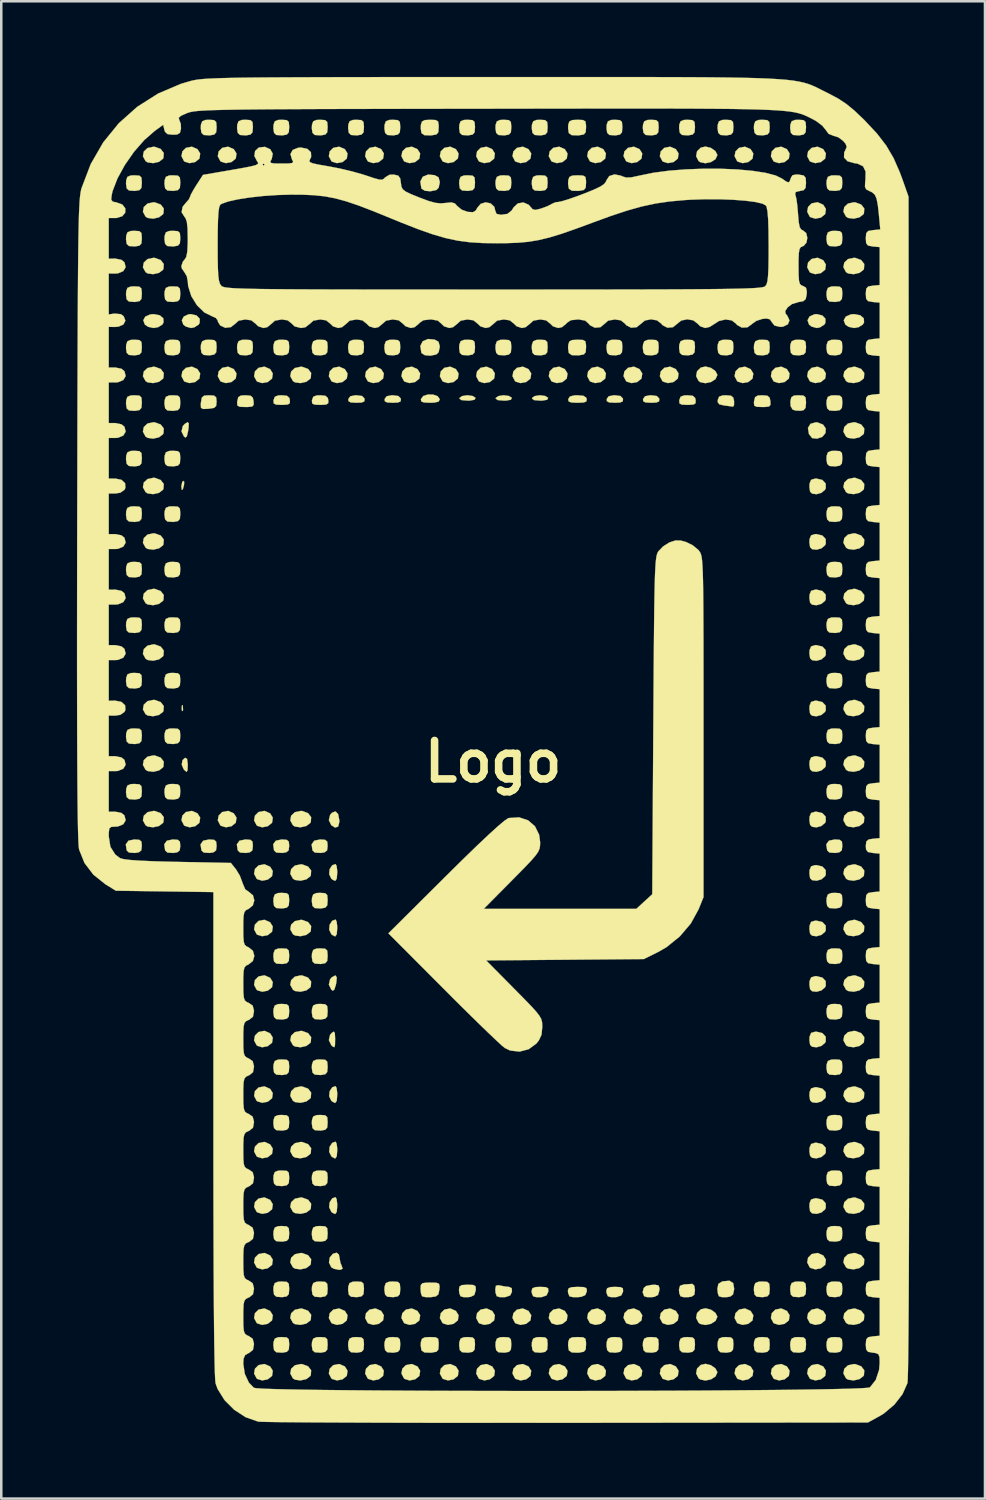
<source format=kicad_pcb>
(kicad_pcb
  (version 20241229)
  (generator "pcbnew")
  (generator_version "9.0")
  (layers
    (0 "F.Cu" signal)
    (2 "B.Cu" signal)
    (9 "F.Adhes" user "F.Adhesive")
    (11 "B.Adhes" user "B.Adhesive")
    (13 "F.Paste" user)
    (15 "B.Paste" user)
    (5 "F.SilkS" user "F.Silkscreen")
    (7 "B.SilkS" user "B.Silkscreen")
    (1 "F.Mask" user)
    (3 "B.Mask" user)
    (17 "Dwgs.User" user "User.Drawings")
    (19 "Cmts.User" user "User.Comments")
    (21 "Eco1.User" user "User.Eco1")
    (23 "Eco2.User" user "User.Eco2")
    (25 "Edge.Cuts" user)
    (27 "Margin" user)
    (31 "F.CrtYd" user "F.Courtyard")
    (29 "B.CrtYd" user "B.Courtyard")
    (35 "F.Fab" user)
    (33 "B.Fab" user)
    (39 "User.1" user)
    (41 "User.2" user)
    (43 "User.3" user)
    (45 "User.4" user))
  (footprint "Logo"
    (layer "F.Cu")
    (at 16.501 27.141)
    (property "Reference" "Logo" (at 0 0 0) (layer "F.SilkS") (effects (font (size 1.524 1.524) (thickness 0.3))))
    (attr through_hole)
    (fp_poly (pts (xy -12.305 -2.223) (xy -12.294 -2.049) (xy -12.305 -2.011) (xy -12.336 -2) (xy -12.348 -2.117) (xy -12.335 -2.237) (xy -12.305 -2.223)) (stroke (width 0.01) (type solid)) (fill yes) (layer "F.SilkS"))
    (fp_poly (pts (xy -12.249 -11.091) (xy -12.256 -10.962) (xy -12.304 -10.789) (xy -12.344 -10.77) (xy -12.361 -10.909) (xy -12.361 -10.917) (xy -12.328 -11.075) (xy -12.289 -11.126) (xy -12.249 -11.091)) (stroke (width 0.01) (type solid)) (fill yes) (layer "F.SilkS"))
    (fp_poly (pts (xy -12.136 -0.105) (xy -12.108 0.095) (xy -12.107 0.12) (xy -12.115 0.34) (xy -12.15 0.411) (xy -12.23 0.35) (xy -12.273 0.3) (xy -12.346 0.122) (xy -12.315 -0.056) (xy -12.213 -0.148) (xy -12.136 -0.105)) (stroke (width 0.01) (type solid)) (fill yes) (layer "F.SilkS"))
    (fp_poly (pts (xy -12.066 -13.41) (xy -12.075 -13.23) (xy -12.095 -13.098) (xy -12.141 -12.898) (xy -12.196 -12.842) (xy -12.255 -12.882) (xy -12.355 -13.083) (xy -12.307 -13.295) (xy -12.232 -13.379) (xy -12.116 -13.453) (xy -12.066 -13.41)) (stroke (width 0.01) (type solid)) (fill yes) (layer "F.SilkS"))
    (fp_poly (pts (xy -6.198 8.559) (xy -6.221 8.785) (xy -6.235 8.848) (xy -6.294 9.039) (xy -6.356 9.087) (xy -6.413 9.047) (xy -6.513 8.845) (xy -6.465 8.634) (xy -6.39 8.55) (xy -6.255 8.48) (xy -6.198 8.559)) (stroke (width 0.01) (type solid)) (fill yes) (layer "F.SilkS"))
    (fp_poly (pts (xy -6.147 2.082) (xy -6.099 2.321) (xy -6.097 2.392) (xy -6.144 2.578) (xy -6.266 2.62) (xy -6.418 2.523) (xy -6.513 2.325) (xy -6.463 2.115) (xy -6.386 2.027) (xy -6.246 1.979) (xy -6.147 2.082)) (stroke (width 0.01) (type solid)) (fill yes) (layer "F.SilkS"))
    (fp_poly (pts (xy -14.024 3.105) (xy -13.943 3.177) (xy -13.928 3.344) (xy -13.949 3.522) (xy -14.048 3.6) (xy -14.203 3.625) (xy -14.437 3.609) (xy -14.528 3.524) (xy -14.564 3.285) (xy -14.459 3.139) (xy -14.223 3.09) (xy -14.024 3.105)) (stroke (width 0.01) (type solid)) (fill yes) (layer "F.SilkS"))
    (fp_poly (pts (xy -12.5 3.105) (xy -12.419 3.177) (xy -12.404 3.344) (xy -12.425 3.522) (xy -12.524 3.6) (xy -12.679 3.625) (xy -12.913 3.609) (xy -13.004 3.524) (xy -13.04 3.285) (xy -12.935 3.139) (xy -12.699 3.09) (xy -12.5 3.105)) (stroke (width 0.01) (type solid)) (fill yes) (layer "F.SilkS"))
    (fp_poly (pts (xy -11.061 3.105) (xy -10.98 3.177) (xy -10.964 3.344) (xy -10.986 3.522) (xy -11.085 3.6) (xy -11.24 3.625) (xy -11.474 3.609) (xy -11.565 3.524) (xy -11.601 3.285) (xy -11.495 3.139) (xy -11.26 3.09) (xy -11.061 3.105)) (stroke (width 0.01) (type solid)) (fill yes) (layer "F.SilkS"))
    (fp_poly (pts (xy -9.622 3.105) (xy -9.54 3.177) (xy -9.525 3.344) (xy -9.546 3.522) (xy -9.645 3.6) (xy -9.801 3.625) (xy -10.035 3.609) (xy -10.125 3.524) (xy -10.162 3.285) (xy -10.056 3.139) (xy -9.82 3.09) (xy -9.622 3.105)) (stroke (width 0.01) (type solid)) (fill yes) (layer "F.SilkS"))
    (fp_poly (pts (xy -8.182 3.105) (xy -8.101 3.177) (xy -8.086 3.344) (xy -8.107 3.522) (xy -8.206 3.6) (xy -8.361 3.625) (xy -8.595 3.609) (xy -8.686 3.524) (xy -8.722 3.285) (xy -8.617 3.139) (xy -8.381 3.09) (xy -8.182 3.105)) (stroke (width 0.01) (type solid)) (fill yes) (layer "F.SilkS"))
    (fp_poly (pts (xy -6.658 3.105) (xy -6.577 3.177) (xy -6.562 3.344) (xy -6.583 3.522) (xy -6.682 3.6) (xy -6.837 3.625) (xy -7.071 3.609) (xy -7.162 3.524) (xy -7.198 3.285) (xy -7.093 3.139) (xy -6.857 3.09) (xy -6.658 3.105)) (stroke (width 0.01) (type solid)) (fill yes) (layer "F.SilkS"))
    (fp_poly (pts (xy -6.275 10.772) (xy -6.265 10.974) (xy -6.265 10.996) (xy -6.269 11.233) (xy -6.293 11.327) (xy -6.352 11.306) (xy -6.418 11.244) (xy -6.513 11.046) (xy -6.465 10.836) (xy -6.392 10.753) (xy -6.312 10.708) (xy -6.275 10.772)) (stroke (width 0.01) (type solid)) (fill yes) (layer "F.SilkS"))
    (fp_poly (pts (xy -6.206 4.139) (xy -6.182 4.327) (xy -6.181 4.403) (xy -6.2 4.646) (xy -6.264 4.734) (xy -6.382 4.674) (xy -6.418 4.64) (xy -6.501 4.465) (xy -6.482 4.268) (xy -6.381 4.113) (xy -6.248 4.064) (xy -6.206 4.139)) (stroke (width 0.01) (type solid)) (fill yes) (layer "F.SilkS"))
    (fp_poly (pts (xy -6.206 6.34) (xy -6.182 6.528) (xy -6.181 6.604) (xy -6.2 6.848) (xy -6.264 6.935) (xy -6.382 6.875) (xy -6.418 6.841) (xy -6.501 6.667) (xy -6.482 6.469) (xy -6.381 6.314) (xy -6.248 6.265) (xy -6.206 6.34)) (stroke (width 0.01) (type solid)) (fill yes) (layer "F.SilkS"))
    (fp_poly (pts (xy -6.206 12.944) (xy -6.182 13.132) (xy -6.181 13.208) (xy -6.2 13.452) (xy -6.264 13.539) (xy -6.382 13.479) (xy -6.418 13.445) (xy -6.501 13.271) (xy -6.482 13.073) (xy -6.381 12.918) (xy -6.248 12.869) (xy -6.206 12.944)) (stroke (width 0.01) (type solid)) (fill yes) (layer "F.SilkS"))
    (fp_poly (pts (xy -6.206 15.146) (xy -6.182 15.334) (xy -6.181 15.409) (xy -6.2 15.653) (xy -6.264 15.74) (xy -6.382 15.68) (xy -6.418 15.646) (xy -6.501 15.472) (xy -6.482 15.275) (xy -6.381 15.12) (xy -6.248 15.071) (xy -6.206 15.146)) (stroke (width 0.01) (type solid)) (fill yes) (layer "F.SilkS"))
    (fp_poly (pts (xy -6.206 17.347) (xy -6.182 17.535) (xy -6.181 17.611) (xy -6.2 17.854) (xy -6.264 17.942) (xy -6.382 17.882) (xy -6.418 17.848) (xy -6.501 17.673) (xy -6.482 17.476) (xy -6.381 17.321) (xy -6.248 17.272) (xy -6.206 17.347)) (stroke (width 0.01) (type solid)) (fill yes) (layer "F.SilkS"))
    (fp_poly (pts (xy 13.746 3.105) (xy 13.828 3.177) (xy 13.843 3.344) (xy 13.822 3.522) (xy 13.723 3.6) (xy 13.567 3.625) (xy 13.333 3.609) (xy 13.243 3.524) (xy 13.206 3.285) (xy 13.312 3.139) (xy 13.548 3.09) (xy 13.746 3.105)) (stroke (width 0.01) (type solid)) (fill yes) (layer "F.SilkS"))
    (fp_poly (pts (xy -13.217 -17.691) (xy -13.076 -17.57) (xy -13.066 -17.408) (xy -13.117 -17.321) (xy -13.282 -17.22) (xy -13.462 -17.187) (xy -13.676 -17.234) (xy -13.807 -17.321) (xy -13.871 -17.493) (xy -13.792 -17.638) (xy -13.595 -17.725) (xy -13.462 -17.738) (xy -13.217 -17.691)) (stroke (width 0.01) (type solid)) (fill yes) (layer "F.SilkS"))
    (fp_poly (pts (xy -11.757 -17.685) (xy -11.633 -17.555) (xy -11.636 -17.388) (xy -11.678 -17.321) (xy -11.849 -17.212) (xy -11.98 -17.187) (xy -12.183 -17.244) (xy -12.283 -17.321) (xy -12.343 -17.493) (xy -12.265 -17.642) (xy -12.077 -17.729) (xy -11.98 -17.738) (xy -11.757 -17.685)) (stroke (width 0.01) (type solid)) (fill yes) (layer "F.SilkS"))
    (fp_poly (pts (xy -5.196 -14.491) (xy -5.101 -14.393) (xy -5.096 -14.372) (xy -5.107 -14.277) (xy -5.215 -14.233) (xy -5.419 -14.224) (xy -5.642 -14.236) (xy -5.736 -14.286) (xy -5.741 -14.372) (xy -5.662 -14.481) (xy -5.461 -14.52) (xy -5.419 -14.52) (xy -5.196 -14.491)) (stroke (width 0.01) (type solid)) (fill yes) (layer "F.SilkS"))
    (fp_poly (pts (xy -3.757 -14.491) (xy -3.662 -14.393) (xy -3.657 -14.372) (xy -3.668 -14.277) (xy -3.776 -14.233) (xy -3.979 -14.224) (xy -4.203 -14.236) (xy -4.297 -14.286) (xy -4.302 -14.372) (xy -4.223 -14.481) (xy -4.021 -14.52) (xy -3.979 -14.52) (xy -3.757 -14.491)) (stroke (width 0.01) (type solid)) (fill yes) (layer "F.SilkS"))
    (fp_poly (pts (xy -0.814 -14.492) (xy -0.702 -14.422) (xy -0.699 -14.415) (xy -0.737 -14.342) (xy -0.925 -14.31) (xy -1.016 -14.309) (xy -1.253 -14.328) (xy -1.337 -14.387) (xy -1.333 -14.415) (xy -1.233 -14.487) (xy -1.037 -14.52) (xy -1.016 -14.52) (xy -0.814 -14.492)) (stroke (width 0.01) (type solid)) (fill yes) (layer "F.SilkS"))
    (fp_poly (pts (xy 0.625 -14.492) (xy 0.737 -14.422) (xy 0.741 -14.415) (xy 0.702 -14.342) (xy 0.514 -14.31) (xy 0.423 -14.309) (xy 0.186 -14.328) (xy 0.103 -14.387) (xy 0.106 -14.415) (xy 0.206 -14.487) (xy 0.402 -14.52) (xy 0.423 -14.52) (xy 0.625 -14.492)) (stroke (width 0.01) (type solid)) (fill yes) (layer "F.SilkS"))
    (fp_poly (pts (xy 2.064 -14.492) (xy 2.177 -14.422) (xy 2.18 -14.415) (xy 2.141 -14.342) (xy 1.954 -14.31) (xy 1.863 -14.309) (xy 1.626 -14.328) (xy 1.542 -14.387) (xy 1.545 -14.415) (xy 1.645 -14.487) (xy 1.842 -14.52) (xy 1.863 -14.52) (xy 2.064 -14.492)) (stroke (width 0.01) (type solid)) (fill yes) (layer "F.SilkS"))
    (fp_poly (pts (xy 5.048 -14.491) (xy 5.143 -14.393) (xy 5.149 -14.372) (xy 5.137 -14.277) (xy 5.029 -14.233) (xy 4.826 -14.224) (xy 4.602 -14.236) (xy 4.509 -14.286) (xy 4.503 -14.372) (xy 4.582 -14.481) (xy 4.784 -14.52) (xy 4.826 -14.52) (xy 5.048 -14.491)) (stroke (width 0.01) (type solid)) (fill yes) (layer "F.SilkS"))
    (fp_poly (pts (xy 6.488 -14.491) (xy 6.583 -14.393) (xy 6.588 -14.372) (xy 6.577 -14.277) (xy 6.469 -14.233) (xy 6.265 -14.224) (xy 6.042 -14.236) (xy 5.948 -14.286) (xy 5.943 -14.372) (xy 6.022 -14.481) (xy 6.223 -14.52) (xy 6.265 -14.52) (xy 6.488 -14.491)) (stroke (width 0.01) (type solid)) (fill yes) (layer "F.SilkS"))
    (fp_poly (pts (xy 12.854 -13.445) (xy 13.079 -13.359) (xy 13.187 -13.202) (xy 13.176 -13.023) (xy 13.049 -12.872) (xy 12.84 -12.8) (xy 12.648 -12.822) (xy 12.526 -12.973) (xy 12.519 -12.988) (xy 12.48 -13.223) (xy 12.581 -13.389) (xy 12.796 -13.449) (xy 12.854 -13.445)) (stroke (width 0.01) (type solid)) (fill yes) (layer "F.SilkS"))
    (fp_poly (pts (xy 13.05 -17.685) (xy 13.174 -17.555) (xy 13.171 -17.388) (xy 13.129 -17.321) (xy 12.958 -17.212) (xy 12.827 -17.187) (xy 12.624 -17.244) (xy 12.525 -17.321) (xy 12.464 -17.493) (xy 12.543 -17.642) (xy 12.731 -17.729) (xy 12.827 -17.738) (xy 13.05 -17.685)) (stroke (width 0.01) (type solid)) (fill yes) (layer "F.SilkS"))
    (fp_poly (pts (xy 14.554 -17.691) (xy 14.695 -17.57) (xy 14.705 -17.408) (xy 14.653 -17.321) (xy 14.489 -17.22) (xy 14.309 -17.187) (xy 14.094 -17.234) (xy 13.964 -17.321) (xy 13.9 -17.493) (xy 13.979 -17.638) (xy 14.175 -17.725) (xy 14.309 -17.738) (xy 14.554 -17.691)) (stroke (width 0.01) (type solid)) (fill yes) (layer "F.SilkS"))
    (fp_poly (pts (xy -13.412 -24.369) (xy -13.181 -24.285) (xy -13.058 -24.127) (xy -13.07 -23.935) (xy -13.09 -23.897) (xy -13.249 -23.775) (xy -13.479 -23.723) (xy -13.697 -23.753) (xy -13.78 -23.804) (xy -13.885 -23.998) (xy -13.85 -24.184) (xy -13.702 -24.323) (xy -13.467 -24.373) (xy -13.412 -24.369)) (stroke (width 0.01) (type solid)) (fill yes) (layer "F.SilkS"))
    (fp_poly (pts (xy -13.412 -22.168) (xy -13.181 -22.084) (xy -13.058 -21.926) (xy -13.07 -21.733) (xy -13.09 -21.696) (xy -13.249 -21.574) (xy -13.479 -21.522) (xy -13.697 -21.551) (xy -13.78 -21.603) (xy -13.885 -21.796) (xy -13.85 -21.983) (xy -13.702 -22.121) (xy -13.467 -22.172) (xy -13.412 -22.168)) (stroke (width 0.01) (type solid)) (fill yes) (layer "F.SilkS"))
    (fp_poly (pts (xy -13.412 -19.966) (xy -13.181 -19.883) (xy -13.058 -19.724) (xy -13.07 -19.532) (xy -13.09 -19.494) (xy -13.249 -19.373) (xy -13.479 -19.321) (xy -13.697 -19.35) (xy -13.78 -19.402) (xy -13.885 -19.595) (xy -13.85 -19.781) (xy -13.702 -19.92) (xy -13.467 -19.97) (xy -13.412 -19.966)) (stroke (width 0.01) (type solid)) (fill yes) (layer "F.SilkS"))
    (fp_poly (pts (xy -13.412 -15.648) (xy -13.181 -15.565) (xy -13.058 -15.406) (xy -13.07 -15.214) (xy -13.09 -15.177) (xy -13.249 -15.055) (xy -13.479 -15.003) (xy -13.697 -15.032) (xy -13.78 -15.084) (xy -13.885 -15.277) (xy -13.85 -15.463) (xy -13.702 -15.602) (xy -13.467 -15.652) (xy -13.412 -15.648)) (stroke (width 0.01) (type solid)) (fill yes) (layer "F.SilkS"))
    (fp_poly (pts (xy -13.412 -13.447) (xy -13.181 -13.363) (xy -13.058 -13.205) (xy -13.07 -13.013) (xy -13.09 -12.975) (xy -13.249 -12.853) (xy -13.479 -12.801) (xy -13.697 -12.831) (xy -13.78 -12.882) (xy -13.885 -13.076) (xy -13.85 -13.262) (xy -13.702 -13.401) (xy -13.467 -13.451) (xy -13.412 -13.447)) (stroke (width 0.01) (type solid)) (fill yes) (layer "F.SilkS"))
    (fp_poly (pts (xy -13.412 -11.246) (xy -13.181 -11.162) (xy -13.058 -11.004) (xy -13.07 -10.811) (xy -13.09 -10.774) (xy -13.249 -10.652) (xy -13.479 -10.6) (xy -13.697 -10.629) (xy -13.78 -10.681) (xy -13.885 -10.874) (xy -13.85 -11.061) (xy -13.702 -11.199) (xy -13.467 -11.25) (xy -13.412 -11.246)) (stroke (width 0.01) (type solid)) (fill yes) (layer "F.SilkS"))
    (fp_poly (pts (xy -13.412 -9.044) (xy -13.181 -8.961) (xy -13.058 -8.802) (xy -13.07 -8.61) (xy -13.09 -8.572) (xy -13.249 -8.451) (xy -13.479 -8.399) (xy -13.697 -8.428) (xy -13.78 -8.48) (xy -13.885 -8.673) (xy -13.85 -8.859) (xy -13.702 -8.998) (xy -13.467 -9.048) (xy -13.412 -9.044)) (stroke (width 0.01) (type solid)) (fill yes) (layer "F.SilkS"))
    (fp_poly (pts (xy -13.412 -6.843) (xy -13.181 -6.759) (xy -13.058 -6.601) (xy -13.07 -6.409) (xy -13.09 -6.371) (xy -13.249 -6.249) (xy -13.479 -6.197) (xy -13.697 -6.227) (xy -13.78 -6.278) (xy -13.885 -6.472) (xy -13.85 -6.658) (xy -13.702 -6.797) (xy -13.467 -6.847) (xy -13.412 -6.843)) (stroke (width 0.01) (type solid)) (fill yes) (layer "F.SilkS"))
    (fp_poly (pts (xy -13.412 -4.642) (xy -13.181 -4.558) (xy -13.058 -4.4) (xy -13.07 -4.207) (xy -13.09 -4.17) (xy -13.249 -4.048) (xy -13.479 -3.996) (xy -13.697 -4.025) (xy -13.78 -4.077) (xy -13.885 -4.27) (xy -13.85 -4.457) (xy -13.702 -4.595) (xy -13.467 -4.646) (xy -13.412 -4.642)) (stroke (width 0.01) (type solid)) (fill yes) (layer "F.SilkS"))
    (fp_poly (pts (xy -13.412 -2.44) (xy -13.181 -2.357) (xy -13.058 -2.198) (xy -13.07 -2.006) (xy -13.09 -1.968) (xy -13.249 -1.847) (xy -13.479 -1.795) (xy -13.697 -1.824) (xy -13.78 -1.876) (xy -13.885 -2.069) (xy -13.85 -2.255) (xy -13.702 -2.394) (xy -13.467 -2.444) (xy -13.412 -2.44)) (stroke (width 0.01) (type solid)) (fill yes) (layer "F.SilkS"))
    (fp_poly (pts (xy -13.412 -0.239) (xy -13.181 -0.155) (xy -13.058 0.003) (xy -13.07 0.195) (xy -13.09 0.233) (xy -13.249 0.355) (xy -13.479 0.407) (xy -13.697 0.377) (xy -13.78 0.326) (xy -13.885 0.132) (xy -13.85 -0.054) (xy -13.702 -0.193) (xy -13.467 -0.243) (xy -13.412 -0.239)) (stroke (width 0.01) (type solid)) (fill yes) (layer "F.SilkS"))
    (fp_poly (pts (xy -13.412 1.962) (xy -13.181 2.046) (xy -13.058 2.204) (xy -13.07 2.397) (xy -13.09 2.434) (xy -13.249 2.556) (xy -13.479 2.608) (xy -13.697 2.579) (xy -13.78 2.527) (xy -13.885 2.334) (xy -13.85 2.147) (xy -13.702 2.009) (xy -13.467 1.958) (xy -13.412 1.962)) (stroke (width 0.01) (type solid)) (fill yes) (layer "F.SilkS"))
    (fp_poly (pts (xy -11.93 -24.369) (xy -11.721 -24.277) (xy -11.615 -24.107) (xy -11.642 -23.913) (xy -11.651 -23.897) (xy -11.814 -23.766) (xy -12.035 -23.723) (xy -12.231 -23.783) (xy -12.256 -23.805) (xy -12.356 -23.997) (xy -12.322 -24.188) (xy -12.18 -24.329) (xy -11.959 -24.373) (xy -11.93 -24.369)) (stroke (width 0.01) (type solid)) (fill yes) (layer "F.SilkS"))
    (fp_poly (pts (xy -11.93 -15.649) (xy -11.721 -15.556) (xy -11.615 -15.386) (xy -11.642 -15.192) (xy -11.651 -15.177) (xy -11.814 -15.045) (xy -12.035 -15.003) (xy -12.231 -15.062) (xy -12.256 -15.084) (xy -12.356 -15.276) (xy -12.322 -15.467) (xy -12.18 -15.608) (xy -11.959 -15.652) (xy -11.93 -15.649)) (stroke (width 0.01) (type solid)) (fill yes) (layer "F.SilkS"))
    (fp_poly (pts (xy -11.93 1.962) (xy -11.721 2.055) (xy -11.615 2.224) (xy -11.642 2.419) (xy -11.651 2.434) (xy -11.814 2.566) (xy -12.035 2.608) (xy -12.231 2.549) (xy -12.256 2.527) (xy -12.356 2.334) (xy -12.322 2.144) (xy -12.18 2.002) (xy -11.959 1.959) (xy -11.93 1.962)) (stroke (width 0.01) (type solid)) (fill yes) (layer "F.SilkS"))
    (fp_poly (pts (xy -10.491 -24.369) (xy -10.282 -24.277) (xy -10.175 -24.107) (xy -10.202 -23.913) (xy -10.211 -23.897) (xy -10.375 -23.766) (xy -10.596 -23.723) (xy -10.791 -23.783) (xy -10.817 -23.805) (xy -10.917 -23.997) (xy -10.882 -24.188) (xy -10.74 -24.329) (xy -10.519 -24.373) (xy -10.491 -24.369)) (stroke (width 0.01) (type solid)) (fill yes) (layer "F.SilkS"))
    (fp_poly (pts (xy -10.491 -15.649) (xy -10.282 -15.556) (xy -10.175 -15.386) (xy -10.202 -15.192) (xy -10.211 -15.177) (xy -10.375 -15.045) (xy -10.596 -15.003) (xy -10.791 -15.062) (xy -10.817 -15.084) (xy -10.917 -15.276) (xy -10.882 -15.467) (xy -10.74 -15.608) (xy -10.519 -15.652) (xy -10.491 -15.649)) (stroke (width 0.01) (type solid)) (fill yes) (layer "F.SilkS"))
    (fp_poly (pts (xy -10.491 1.962) (xy -10.282 2.055) (xy -10.175 2.224) (xy -10.202 2.419) (xy -10.211 2.434) (xy -10.375 2.566) (xy -10.596 2.608) (xy -10.791 2.549) (xy -10.817 2.527) (xy -10.917 2.334) (xy -10.882 2.144) (xy -10.74 2.002) (xy -10.519 1.959) (xy -10.491 1.962)) (stroke (width 0.01) (type solid)) (fill yes) (layer "F.SilkS"))
    (fp_poly (pts (xy -9.051 -15.649) (xy -8.842 -15.556) (xy -8.736 -15.386) (xy -8.763 -15.192) (xy -8.772 -15.177) (xy -8.936 -15.045) (xy -9.157 -15.003) (xy -9.352 -15.062) (xy -9.377 -15.084) (xy -9.478 -15.276) (xy -9.443 -15.467) (xy -9.301 -15.608) (xy -9.08 -15.652) (xy -9.051 -15.649)) (stroke (width 0.01) (type solid)) (fill yes) (layer "F.SilkS"))
    (fp_poly (pts (xy -9.051 1.962) (xy -8.842 2.055) (xy -8.736 2.224) (xy -8.763 2.419) (xy -8.772 2.434) (xy -8.936 2.566) (xy -9.157 2.608) (xy -9.352 2.549) (xy -9.377 2.527) (xy -9.478 2.334) (xy -9.443 2.144) (xy -9.301 2.002) (xy -9.08 1.959) (xy -9.051 1.962)) (stroke (width 0.01) (type solid)) (fill yes) (layer "F.SilkS"))
    (fp_poly (pts (xy -9.051 4.079) (xy -8.842 4.171) (xy -8.736 4.341) (xy -8.763 4.535) (xy -8.772 4.551) (xy -8.936 4.682) (xy -9.157 4.725) (xy -9.352 4.665) (xy -9.377 4.643) (xy -9.478 4.451) (xy -9.443 4.26) (xy -9.301 4.119) (xy -9.08 4.075) (xy -9.051 4.079)) (stroke (width 0.01) (type solid)) (fill yes) (layer "F.SilkS"))
    (fp_poly (pts (xy -9.051 6.28) (xy -8.842 6.373) (xy -8.736 6.542) (xy -8.763 6.737) (xy -8.772 6.752) (xy -8.936 6.884) (xy -9.157 6.926) (xy -9.352 6.867) (xy -9.377 6.845) (xy -9.478 6.652) (xy -9.443 6.462) (xy -9.301 6.32) (xy -9.08 6.277) (xy -9.051 6.28)) (stroke (width 0.01) (type solid)) (fill yes) (layer "F.SilkS"))
    (fp_poly (pts (xy -9.051 8.481) (xy -8.842 8.574) (xy -8.736 8.744) (xy -8.763 8.938) (xy -8.772 8.954) (xy -8.936 9.085) (xy -9.157 9.127) (xy -9.352 9.068) (xy -9.377 9.046) (xy -9.478 8.854) (xy -9.443 8.663) (xy -9.301 8.522) (xy -9.08 8.478) (xy -9.051 8.481)) (stroke (width 0.01) (type solid)) (fill yes) (layer "F.SilkS"))
    (fp_poly (pts (xy -9.051 10.683) (xy -8.842 10.775) (xy -8.736 10.945) (xy -8.763 11.139) (xy -8.772 11.155) (xy -8.936 11.286) (xy -9.157 11.329) (xy -9.352 11.269) (xy -9.377 11.247) (xy -9.478 11.055) (xy -9.443 10.864) (xy -9.301 10.723) (xy -9.08 10.679) (xy -9.051 10.683)) (stroke (width 0.01) (type solid)) (fill yes) (layer "F.SilkS"))
    (fp_poly (pts (xy -9.051 12.884) (xy -8.842 12.977) (xy -8.736 13.146) (xy -8.763 13.341) (xy -8.772 13.356) (xy -8.936 13.488) (xy -9.157 13.53) (xy -9.352 13.471) (xy -9.377 13.449) (xy -9.478 13.256) (xy -9.443 13.066) (xy -9.301 12.924) (xy -9.08 12.881) (xy -9.051 12.884)) (stroke (width 0.01) (type solid)) (fill yes) (layer "F.SilkS"))
    (fp_poly (pts (xy -9.051 15.085) (xy -8.842 15.178) (xy -8.736 15.348) (xy -8.763 15.542) (xy -8.772 15.557) (xy -8.936 15.689) (xy -9.157 15.731) (xy -9.352 15.672) (xy -9.377 15.65) (xy -9.478 15.458) (xy -9.443 15.267) (xy -9.301 15.126) (xy -9.08 15.082) (xy -9.051 15.085)) (stroke (width 0.01) (type solid)) (fill yes) (layer "F.SilkS"))
    (fp_poly (pts (xy -9.051 17.287) (xy -8.842 17.379) (xy -8.736 17.549) (xy -8.763 17.743) (xy -8.772 17.759) (xy -8.936 17.89) (xy -9.157 17.933) (xy -9.352 17.873) (xy -9.377 17.851) (xy -9.478 17.659) (xy -9.443 17.468) (xy -9.301 17.327) (xy -9.08 17.283) (xy -9.051 17.287)) (stroke (width 0.01) (type solid)) (fill yes) (layer "F.SilkS"))
    (fp_poly (pts (xy -9.051 19.488) (xy -8.842 19.581) (xy -8.736 19.75) (xy -8.763 19.945) (xy -8.772 19.96) (xy -8.936 20.092) (xy -9.157 20.134) (xy -9.352 20.075) (xy -9.377 20.053) (xy -9.478 19.86) (xy -9.443 19.67) (xy -9.301 19.528) (xy -9.08 19.485) (xy -9.051 19.488)) (stroke (width 0.01) (type solid)) (fill yes) (layer "F.SilkS"))
    (fp_poly (pts (xy -9.051 21.689) (xy -8.842 21.782) (xy -8.736 21.952) (xy -8.763 22.146) (xy -8.772 22.162) (xy -8.936 22.293) (xy -9.157 22.335) (xy -9.352 22.276) (xy -9.377 22.254) (xy -9.478 22.062) (xy -9.443 21.871) (xy -9.301 21.73) (xy -9.08 21.686) (xy -9.051 21.689)) (stroke (width 0.01) (type solid)) (fill yes) (layer "F.SilkS"))
    (fp_poly (pts (xy -9.051 23.891) (xy -8.842 23.983) (xy -8.736 24.153) (xy -8.763 24.347) (xy -8.772 24.363) (xy -8.936 24.494) (xy -9.157 24.537) (xy -9.352 24.477) (xy -9.377 24.455) (xy -9.478 24.263) (xy -9.443 24.072) (xy -9.301 23.931) (xy -9.08 23.887) (xy -9.051 23.891)) (stroke (width 0.01) (type solid)) (fill yes) (layer "F.SilkS"))
    (fp_poly (pts (xy -7.57 -15.648) (xy -7.339 -15.565) (xy -7.216 -15.406) (xy -7.228 -15.214) (xy -7.248 -15.177) (xy -7.407 -15.055) (xy -7.637 -15.003) (xy -7.855 -15.032) (xy -7.938 -15.084) (xy -8.043 -15.277) (xy -8.008 -15.463) (xy -7.86 -15.602) (xy -7.625 -15.652) (xy -7.57 -15.648)) (stroke (width 0.01) (type solid)) (fill yes) (layer "F.SilkS"))
    (fp_poly (pts (xy -7.57 1.962) (xy -7.339 2.046) (xy -7.216 2.204) (xy -7.228 2.397) (xy -7.248 2.434) (xy -7.407 2.556) (xy -7.637 2.608) (xy -7.855 2.579) (xy -7.938 2.527) (xy -8.043 2.334) (xy -8.008 2.147) (xy -7.86 2.009) (xy -7.625 1.958) (xy -7.57 1.962)) (stroke (width 0.01) (type solid)) (fill yes) (layer "F.SilkS"))
    (fp_poly (pts (xy -7.57 4.079) (xy -7.339 4.163) (xy -7.216 4.321) (xy -7.228 4.513) (xy -7.248 4.551) (xy -7.407 4.673) (xy -7.637 4.725) (xy -7.855 4.695) (xy -7.938 4.644) (xy -8.043 4.45) (xy -8.008 4.264) (xy -7.86 4.125) (xy -7.625 4.075) (xy -7.57 4.079)) (stroke (width 0.01) (type solid)) (fill yes) (layer "F.SilkS"))
    (fp_poly (pts (xy -7.57 6.28) (xy -7.339 6.364) (xy -7.216 6.522) (xy -7.228 6.715) (xy -7.248 6.752) (xy -7.407 6.874) (xy -7.637 6.926) (xy -7.855 6.897) (xy -7.938 6.845) (xy -8.043 6.652) (xy -8.008 6.465) (xy -7.86 6.327) (xy -7.625 6.276) (xy -7.57 6.28)) (stroke (width 0.01) (type solid)) (fill yes) (layer "F.SilkS"))
    (fp_poly (pts (xy -7.57 8.482) (xy -7.339 8.565) (xy -7.216 8.724) (xy -7.228 8.916) (xy -7.248 8.954) (xy -7.407 9.075) (xy -7.637 9.127) (xy -7.855 9.098) (xy -7.938 9.046) (xy -8.043 8.853) (xy -8.008 8.667) (xy -7.86 8.528) (xy -7.625 8.478) (xy -7.57 8.482)) (stroke (width 0.01) (type solid)) (fill yes) (layer "F.SilkS"))
    (fp_poly (pts (xy -7.57 10.683) (xy -7.339 10.767) (xy -7.216 10.925) (xy -7.228 11.117) (xy -7.248 11.155) (xy -7.407 11.277) (xy -7.637 11.329) (xy -7.855 11.299) (xy -7.938 11.248) (xy -8.043 11.054) (xy -8.008 10.868) (xy -7.86 10.729) (xy -7.625 10.679) (xy -7.57 10.683)) (stroke (width 0.01) (type solid)) (fill yes) (layer "F.SilkS"))
    (fp_poly (pts (xy -7.57 12.884) (xy -7.339 12.968) (xy -7.216 13.126) (xy -7.228 13.319) (xy -7.248 13.356) (xy -7.407 13.478) (xy -7.637 13.53) (xy -7.855 13.501) (xy -7.938 13.449) (xy -8.043 13.256) (xy -8.008 13.069) (xy -7.86 12.931) (xy -7.625 12.88) (xy -7.57 12.884)) (stroke (width 0.01) (type solid)) (fill yes) (layer "F.SilkS"))
    (fp_poly (pts (xy -7.57 15.086) (xy -7.339 15.169) (xy -7.216 15.328) (xy -7.228 15.52) (xy -7.248 15.557) (xy -7.407 15.679) (xy -7.637 15.731) (xy -7.855 15.702) (xy -7.938 15.65) (xy -8.043 15.457) (xy -8.008 15.271) (xy -7.86 15.132) (xy -7.625 15.082) (xy -7.57 15.086)) (stroke (width 0.01) (type solid)) (fill yes) (layer "F.SilkS"))
    (fp_poly (pts (xy -7.57 17.287) (xy -7.339 17.371) (xy -7.216 17.529) (xy -7.228 17.721) (xy -7.248 17.759) (xy -7.407 17.881) (xy -7.637 17.933) (xy -7.855 17.903) (xy -7.938 17.852) (xy -8.043 17.658) (xy -8.008 17.472) (xy -7.86 17.333) (xy -7.625 17.283) (xy -7.57 17.287)) (stroke (width 0.01) (type solid)) (fill yes) (layer "F.SilkS"))
    (fp_poly (pts (xy -7.57 19.488) (xy -7.339 19.572) (xy -7.216 19.73) (xy -7.228 19.923) (xy -7.248 19.96) (xy -7.407 20.082) (xy -7.637 20.134) (xy -7.855 20.105) (xy -7.938 20.053) (xy -8.043 19.86) (xy -8.008 19.673) (xy -7.86 19.535) (xy -7.625 19.484) (xy -7.57 19.488)) (stroke (width 0.01) (type solid)) (fill yes) (layer "F.SilkS"))
    (fp_poly (pts (xy -7.57 21.69) (xy -7.339 21.773) (xy -7.216 21.932) (xy -7.228 22.124) (xy -7.248 22.162) (xy -7.407 22.283) (xy -7.637 22.335) (xy -7.855 22.306) (xy -7.938 22.254) (xy -8.043 22.061) (xy -8.008 21.875) (xy -7.86 21.736) (xy -7.625 21.686) (xy -7.57 21.69)) (stroke (width 0.01) (type solid)) (fill yes) (layer "F.SilkS"))
    (fp_poly (pts (xy -7.57 23.891) (xy -7.339 23.975) (xy -7.216 24.133) (xy -7.228 24.325) (xy -7.248 24.363) (xy -7.407 24.485) (xy -7.637 24.537) (xy -7.855 24.507) (xy -7.938 24.456) (xy -8.043 24.262) (xy -8.008 24.076) (xy -7.86 23.937) (xy -7.625 23.887) (xy -7.57 23.891)) (stroke (width 0.01) (type solid)) (fill yes) (layer "F.SilkS"))
    (fp_poly (pts (xy -6.118 19.544) (xy -6.096 19.648) (xy -6.055 19.871) (xy -6.008 19.987) (xy -5.967 20.11) (xy -6.053 20.149) (xy -6.118 20.151) (xy -6.318 20.109) (xy -6.418 20.049) (xy -6.508 19.864) (xy -6.478 19.665) (xy -6.353 19.516) (xy -6.206 19.473) (xy -6.118 19.544)) (stroke (width 0.01) (type solid)) (fill yes) (layer "F.SilkS"))
    (fp_poly (pts (xy -6.088 -24.369) (xy -5.879 -24.277) (xy -5.773 -24.107) (xy -5.8 -23.913) (xy -5.809 -23.897) (xy -5.972 -23.766) (xy -6.193 -23.723) (xy -6.389 -23.783) (xy -6.414 -23.805) (xy -6.514 -23.997) (xy -6.48 -24.188) (xy -6.338 -24.329) (xy -6.117 -24.373) (xy -6.088 -24.369)) (stroke (width 0.01) (type solid)) (fill yes) (layer "F.SilkS"))
    (fp_poly (pts (xy -6.088 -15.649) (xy -5.879 -15.556) (xy -5.773 -15.386) (xy -5.8 -15.192) (xy -5.809 -15.177) (xy -5.972 -15.045) (xy -6.193 -15.003) (xy -6.389 -15.062) (xy -6.414 -15.084) (xy -6.514 -15.276) (xy -6.48 -15.467) (xy -6.338 -15.608) (xy -6.117 -15.652) (xy -6.088 -15.649)) (stroke (width 0.01) (type solid)) (fill yes) (layer "F.SilkS"))
    (fp_poly (pts (xy -6.088 21.689) (xy -5.879 21.782) (xy -5.773 21.952) (xy -5.8 22.146) (xy -5.809 22.162) (xy -5.972 22.293) (xy -6.193 22.335) (xy -6.389 22.276) (xy -6.414 22.254) (xy -6.514 22.062) (xy -6.48 21.871) (xy -6.338 21.73) (xy -6.117 21.686) (xy -6.088 21.689)) (stroke (width 0.01) (type solid)) (fill yes) (layer "F.SilkS"))
    (fp_poly (pts (xy -6.088 23.891) (xy -5.879 23.983) (xy -5.773 24.153) (xy -5.8 24.347) (xy -5.809 24.363) (xy -5.972 24.494) (xy -6.193 24.537) (xy -6.389 24.477) (xy -6.414 24.455) (xy -6.514 24.263) (xy -6.48 24.072) (xy -6.338 23.931) (xy -6.117 23.887) (xy -6.088 23.891)) (stroke (width 0.01) (type solid)) (fill yes) (layer "F.SilkS"))
    (fp_poly (pts (xy -4.649 -24.369) (xy -4.44 -24.277) (xy -4.333 -24.107) (xy -4.36 -23.913) (xy -4.369 -23.897) (xy -4.533 -23.766) (xy -4.754 -23.723) (xy -4.949 -23.783) (xy -4.975 -23.805) (xy -5.075 -23.997) (xy -5.04 -24.188) (xy -4.898 -24.329) (xy -4.677 -24.373) (xy -4.649 -24.369)) (stroke (width 0.01) (type solid)) (fill yes) (layer "F.SilkS"))
    (fp_poly (pts (xy -4.649 -15.649) (xy -4.44 -15.556) (xy -4.333 -15.386) (xy -4.36 -15.192) (xy -4.369 -15.177) (xy -4.533 -15.045) (xy -4.754 -15.003) (xy -4.949 -15.062) (xy -4.975 -15.084) (xy -5.075 -15.276) (xy -5.04 -15.467) (xy -4.898 -15.608) (xy -4.677 -15.652) (xy -4.649 -15.649)) (stroke (width 0.01) (type solid)) (fill yes) (layer "F.SilkS"))
    (fp_poly (pts (xy -4.649 21.689) (xy -4.44 21.782) (xy -4.333 21.952) (xy -4.36 22.146) (xy -4.369 22.162) (xy -4.533 22.293) (xy -4.754 22.335) (xy -4.949 22.276) (xy -4.975 22.254) (xy -5.075 22.062) (xy -5.04 21.871) (xy -4.898 21.73) (xy -4.677 21.686) (xy -4.649 21.689)) (stroke (width 0.01) (type solid)) (fill yes) (layer "F.SilkS"))
    (fp_poly (pts (xy -4.649 23.891) (xy -4.44 23.983) (xy -4.333 24.153) (xy -4.36 24.347) (xy -4.369 24.363) (xy -4.533 24.494) (xy -4.754 24.537) (xy -4.949 24.477) (xy -4.975 24.455) (xy -5.075 24.263) (xy -5.04 24.072) (xy -4.898 23.931) (xy -4.677 23.887) (xy -4.649 23.891)) (stroke (width 0.01) (type solid)) (fill yes) (layer "F.SilkS"))
    (fp_poly (pts (xy -3.209 -24.369) (xy -3 -24.277) (xy -2.894 -24.107) (xy -2.921 -23.913) (xy -2.93 -23.897) (xy -3.094 -23.766) (xy -3.315 -23.723) (xy -3.51 -23.783) (xy -3.535 -23.805) (xy -3.636 -23.997) (xy -3.601 -24.188) (xy -3.459 -24.329) (xy -3.238 -24.373) (xy -3.209 -24.369)) (stroke (width 0.01) (type solid)) (fill yes) (layer "F.SilkS"))
    (fp_poly (pts (xy -3.209 -15.649) (xy -3 -15.556) (xy -2.894 -15.386) (xy -2.921 -15.192) (xy -2.93 -15.177) (xy -3.094 -15.045) (xy -3.315 -15.003) (xy -3.51 -15.062) (xy -3.535 -15.084) (xy -3.636 -15.276) (xy -3.601 -15.467) (xy -3.459 -15.608) (xy -3.238 -15.652) (xy -3.209 -15.649)) (stroke (width 0.01) (type solid)) (fill yes) (layer "F.SilkS"))
    (fp_poly (pts (xy -3.209 21.689) (xy -3 21.782) (xy -2.894 21.952) (xy -2.921 22.146) (xy -2.93 22.162) (xy -3.094 22.293) (xy -3.315 22.335) (xy -3.51 22.276) (xy -3.535 22.254) (xy -3.636 22.062) (xy -3.601 21.871) (xy -3.459 21.73) (xy -3.238 21.686) (xy -3.209 21.689)) (stroke (width 0.01) (type solid)) (fill yes) (layer "F.SilkS"))
    (fp_poly (pts (xy -3.209 23.891) (xy -3 23.983) (xy -2.894 24.153) (xy -2.921 24.347) (xy -2.93 24.363) (xy -3.094 24.494) (xy -3.315 24.537) (xy -3.51 24.477) (xy -3.535 24.455) (xy -3.636 24.263) (xy -3.601 24.072) (xy -3.459 23.931) (xy -3.238 23.887) (xy -3.209 23.891)) (stroke (width 0.01) (type solid)) (fill yes) (layer "F.SilkS"))
    (fp_poly (pts (xy -2.378 -14.547) (xy -2.201 -14.485) (xy -2.118 -14.366) (xy -2.117 -14.349) (xy -2.168 -14.267) (xy -2.34 -14.229) (xy -2.504 -14.224) (xy -2.742 -14.235) (xy -2.85 -14.276) (xy -2.864 -14.365) (xy -2.863 -14.371) (xy -2.769 -14.492) (xy -2.587 -14.55) (xy -2.378 -14.547)) (stroke (width 0.01) (type solid)) (fill yes) (layer "F.SilkS"))
    (fp_poly (pts (xy -2.322 -23.247) (xy -2.166 -23.163) (xy -2.117 -22.984) (xy -2.117 -22.952) (xy -2.161 -22.747) (xy -2.251 -22.657) (xy -2.489 -22.608) (xy -2.707 -22.628) (xy -2.838 -22.712) (xy -2.846 -22.727) (xy -2.887 -22.996) (xy -2.79 -23.184) (xy -2.578 -23.27) (xy -2.322 -23.247)) (stroke (width 0.01) (type solid)) (fill yes) (layer "F.SilkS"))
    (fp_poly (pts (xy -2.322 -16.728) (xy -2.166 -16.643) (xy -2.117 -16.465) (xy -2.117 -16.433) (xy -2.161 -16.228) (xy -2.251 -16.138) (xy -2.489 -16.089) (xy -2.707 -16.109) (xy -2.838 -16.192) (xy -2.846 -16.208) (xy -2.887 -16.477) (xy -2.79 -16.665) (xy -2.578 -16.751) (xy -2.322 -16.728)) (stroke (width 0.01) (type solid)) (fill yes) (layer "F.SilkS"))
    (fp_poly (pts (xy -1.685 -24.369) (xy -1.476 -24.277) (xy -1.37 -24.107) (xy -1.397 -23.913) (xy -1.406 -23.897) (xy -1.57 -23.766) (xy -1.791 -23.723) (xy -1.986 -23.783) (xy -2.011 -23.805) (xy -2.112 -23.997) (xy -2.077 -24.188) (xy -1.935 -24.329) (xy -1.714 -24.373) (xy -1.685 -24.369)) (stroke (width 0.01) (type solid)) (fill yes) (layer "F.SilkS"))
    (fp_poly (pts (xy -1.685 -15.649) (xy -1.476 -15.556) (xy -1.37 -15.386) (xy -1.397 -15.192) (xy -1.406 -15.177) (xy -1.57 -15.045) (xy -1.791 -15.003) (xy -1.986 -15.062) (xy -2.011 -15.084) (xy -2.112 -15.276) (xy -2.077 -15.467) (xy -1.935 -15.608) (xy -1.714 -15.652) (xy -1.685 -15.649)) (stroke (width 0.01) (type solid)) (fill yes) (layer "F.SilkS"))
    (fp_poly (pts (xy -1.685 21.689) (xy -1.476 21.782) (xy -1.37 21.952) (xy -1.397 22.146) (xy -1.406 22.162) (xy -1.57 22.293) (xy -1.791 22.335) (xy -1.986 22.276) (xy -2.011 22.254) (xy -2.112 22.062) (xy -2.077 21.871) (xy -1.935 21.73) (xy -1.714 21.686) (xy -1.685 21.689)) (stroke (width 0.01) (type solid)) (fill yes) (layer "F.SilkS"))
    (fp_poly (pts (xy -1.685 23.891) (xy -1.476 23.983) (xy -1.37 24.153) (xy -1.397 24.347) (xy -1.406 24.363) (xy -1.57 24.494) (xy -1.791 24.537) (xy -1.986 24.477) (xy -2.011 24.455) (xy -2.112 24.263) (xy -2.077 24.072) (xy -1.935 23.931) (xy -1.714 23.887) (xy -1.685 23.891)) (stroke (width 0.01) (type solid)) (fill yes) (layer "F.SilkS"))
    (fp_poly (pts (xy -0.246 -24.369) (xy -0.037 -24.277) (xy 0.069 -24.107) (xy 0.042 -23.913) (xy 0.033 -23.897) (xy -0.13 -23.766) (xy -0.351 -23.723) (xy -0.547 -23.783) (xy -0.572 -23.805) (xy -0.672 -23.997) (xy -0.638 -24.188) (xy -0.496 -24.329) (xy -0.275 -24.373) (xy -0.246 -24.369)) (stroke (width 0.01) (type solid)) (fill yes) (layer "F.SilkS"))
    (fp_poly (pts (xy -0.246 -15.649) (xy -0.037 -15.556) (xy 0.069 -15.386) (xy 0.042 -15.192) (xy 0.033 -15.177) (xy -0.13 -15.045) (xy -0.351 -15.003) (xy -0.547 -15.062) (xy -0.572 -15.084) (xy -0.672 -15.276) (xy -0.638 -15.467) (xy -0.496 -15.608) (xy -0.275 -15.652) (xy -0.246 -15.649)) (stroke (width 0.01) (type solid)) (fill yes) (layer "F.SilkS"))
    (fp_poly (pts (xy -0.246 21.689) (xy -0.037 21.782) (xy 0.069 21.952) (xy 0.042 22.146) (xy 0.033 22.162) (xy -0.13 22.293) (xy -0.351 22.335) (xy -0.547 22.276) (xy -0.572 22.254) (xy -0.672 22.062) (xy -0.638 21.871) (xy -0.496 21.73) (xy -0.275 21.686) (xy -0.246 21.689)) (stroke (width 0.01) (type solid)) (fill yes) (layer "F.SilkS"))
    (fp_poly (pts (xy -0.246 23.891) (xy -0.037 23.983) (xy 0.069 24.153) (xy 0.042 24.347) (xy 0.033 24.363) (xy -0.13 24.494) (xy -0.351 24.537) (xy -0.547 24.477) (xy -0.572 24.455) (xy -0.672 24.263) (xy -0.638 24.072) (xy -0.496 23.931) (xy -0.275 23.887) (xy -0.246 23.891)) (stroke (width 0.01) (type solid)) (fill yes) (layer "F.SilkS"))
    (fp_poly (pts (xy 1.193 -24.369) (xy 1.402 -24.277) (xy 1.509 -24.107) (xy 1.482 -23.913) (xy 1.473 -23.897) (xy 1.309 -23.766) (xy 1.088 -23.723) (xy 0.893 -23.783) (xy 0.867 -23.805) (xy 0.767 -23.997) (xy 0.802 -24.188) (xy 0.944 -24.329) (xy 1.165 -24.373) (xy 1.193 -24.369)) (stroke (width 0.01) (type solid)) (fill yes) (layer "F.SilkS"))
    (fp_poly (pts (xy 1.193 -15.649) (xy 1.402 -15.556) (xy 1.509 -15.386) (xy 1.482 -15.192) (xy 1.473 -15.177) (xy 1.309 -15.045) (xy 1.088 -15.003) (xy 0.893 -15.062) (xy 0.867 -15.084) (xy 0.767 -15.276) (xy 0.802 -15.467) (xy 0.944 -15.608) (xy 1.165 -15.652) (xy 1.193 -15.649)) (stroke (width 0.01) (type solid)) (fill yes) (layer "F.SilkS"))
    (fp_poly (pts (xy 1.193 21.689) (xy 1.402 21.782) (xy 1.509 21.952) (xy 1.482 22.146) (xy 1.473 22.162) (xy 1.309 22.293) (xy 1.088 22.335) (xy 0.893 22.276) (xy 0.867 22.254) (xy 0.767 22.062) (xy 0.802 21.871) (xy 0.944 21.73) (xy 1.165 21.686) (xy 1.193 21.689)) (stroke (width 0.01) (type solid)) (fill yes) (layer "F.SilkS"))
    (fp_poly (pts (xy 1.193 23.891) (xy 1.402 23.983) (xy 1.509 24.153) (xy 1.482 24.347) (xy 1.473 24.363) (xy 1.309 24.494) (xy 1.088 24.537) (xy 0.893 24.477) (xy 0.867 24.455) (xy 0.767 24.263) (xy 0.802 24.072) (xy 0.944 23.931) (xy 1.165 23.887) (xy 1.193 23.891)) (stroke (width 0.01) (type solid)) (fill yes) (layer "F.SilkS"))
    (fp_poly (pts (xy 2.633 -24.369) (xy 2.842 -24.277) (xy 2.948 -24.107) (xy 2.921 -23.913) (xy 2.912 -23.897) (xy 2.748 -23.766) (xy 2.527 -23.723) (xy 2.332 -23.783) (xy 2.307 -23.805) (xy 2.206 -23.997) (xy 2.241 -24.188) (xy 2.383 -24.329) (xy 2.604 -24.373) (xy 2.633 -24.369)) (stroke (width 0.01) (type solid)) (fill yes) (layer "F.SilkS"))
    (fp_poly (pts (xy 2.633 -15.649) (xy 2.842 -15.556) (xy 2.948 -15.386) (xy 2.921 -15.192) (xy 2.912 -15.177) (xy 2.748 -15.045) (xy 2.527 -15.003) (xy 2.332 -15.062) (xy 2.307 -15.084) (xy 2.206 -15.276) (xy 2.241 -15.467) (xy 2.383 -15.608) (xy 2.604 -15.652) (xy 2.633 -15.649)) (stroke (width 0.01) (type solid)) (fill yes) (layer "F.SilkS"))
    (fp_poly (pts (xy 2.633 21.689) (xy 2.842 21.782) (xy 2.948 21.952) (xy 2.921 22.146) (xy 2.912 22.162) (xy 2.748 22.293) (xy 2.527 22.335) (xy 2.332 22.276) (xy 2.307 22.254) (xy 2.206 22.062) (xy 2.241 21.871) (xy 2.383 21.73) (xy 2.604 21.686) (xy 2.633 21.689)) (stroke (width 0.01) (type solid)) (fill yes) (layer "F.SilkS"))
    (fp_poly (pts (xy 2.633 23.891) (xy 2.842 23.983) (xy 2.948 24.153) (xy 2.921 24.347) (xy 2.912 24.363) (xy 2.748 24.494) (xy 2.527 24.537) (xy 2.332 24.477) (xy 2.307 24.455) (xy 2.206 24.263) (xy 2.241 24.072) (xy 2.383 23.931) (xy 2.604 23.887) (xy 2.633 23.891)) (stroke (width 0.01) (type solid)) (fill yes) (layer "F.SilkS"))
    (fp_poly (pts (xy 4.157 -24.369) (xy 4.366 -24.277) (xy 4.472 -24.107) (xy 4.445 -23.913) (xy 4.436 -23.897) (xy 4.272 -23.766) (xy 4.051 -23.723) (xy 3.856 -23.783) (xy 3.831 -23.805) (xy 3.73 -23.997) (xy 3.765 -24.188) (xy 3.907 -24.329) (xy 4.128 -24.373) (xy 4.157 -24.369)) (stroke (width 0.01) (type solid)) (fill yes) (layer "F.SilkS"))
    (fp_poly (pts (xy 4.157 -15.649) (xy 4.366 -15.556) (xy 4.472 -15.386) (xy 4.445 -15.192) (xy 4.436 -15.177) (xy 4.272 -15.045) (xy 4.051 -15.003) (xy 3.856 -15.062) (xy 3.831 -15.084) (xy 3.73 -15.276) (xy 3.765 -15.467) (xy 3.907 -15.608) (xy 4.128 -15.652) (xy 4.157 -15.649)) (stroke (width 0.01) (type solid)) (fill yes) (layer "F.SilkS"))
    (fp_poly (pts (xy 4.157 21.689) (xy 4.366 21.782) (xy 4.472 21.952) (xy 4.445 22.146) (xy 4.436 22.162) (xy 4.272 22.293) (xy 4.051 22.335) (xy 3.856 22.276) (xy 3.831 22.254) (xy 3.73 22.062) (xy 3.765 21.871) (xy 3.907 21.73) (xy 4.128 21.686) (xy 4.157 21.689)) (stroke (width 0.01) (type solid)) (fill yes) (layer "F.SilkS"))
    (fp_poly (pts (xy 4.157 23.891) (xy 4.366 23.983) (xy 4.472 24.153) (xy 4.445 24.347) (xy 4.436 24.363) (xy 4.272 24.494) (xy 4.051 24.537) (xy 3.856 24.477) (xy 3.831 24.455) (xy 3.73 24.263) (xy 3.765 24.072) (xy 3.907 23.931) (xy 4.128 23.887) (xy 4.157 23.891)) (stroke (width 0.01) (type solid)) (fill yes) (layer "F.SilkS"))
    (fp_poly (pts (xy 5.596 -24.369) (xy 5.805 -24.277) (xy 5.911 -24.107) (xy 5.884 -23.913) (xy 5.875 -23.897) (xy 5.712 -23.766) (xy 5.491 -23.723) (xy 5.295 -23.783) (xy 5.27 -23.805) (xy 5.17 -23.997) (xy 5.204 -24.188) (xy 5.346 -24.329) (xy 5.567 -24.373) (xy 5.596 -24.369)) (stroke (width 0.01) (type solid)) (fill yes) (layer "F.SilkS"))
    (fp_poly (pts (xy 5.596 -15.649) (xy 5.805 -15.556) (xy 5.911 -15.386) (xy 5.884 -15.192) (xy 5.875 -15.177) (xy 5.712 -15.045) (xy 5.491 -15.003) (xy 5.295 -15.062) (xy 5.27 -15.084) (xy 5.17 -15.276) (xy 5.204 -15.467) (xy 5.346 -15.608) (xy 5.567 -15.652) (xy 5.596 -15.649)) (stroke (width 0.01) (type solid)) (fill yes) (layer "F.SilkS"))
    (fp_poly (pts (xy 5.596 21.689) (xy 5.805 21.782) (xy 5.911 21.952) (xy 5.884 22.146) (xy 5.875 22.162) (xy 5.712 22.293) (xy 5.491 22.335) (xy 5.295 22.276) (xy 5.27 22.254) (xy 5.17 22.062) (xy 5.204 21.871) (xy 5.346 21.73) (xy 5.567 21.686) (xy 5.596 21.689)) (stroke (width 0.01) (type solid)) (fill yes) (layer "F.SilkS"))
    (fp_poly (pts (xy 5.596 23.891) (xy 5.805 23.983) (xy 5.911 24.153) (xy 5.884 24.347) (xy 5.875 24.363) (xy 5.712 24.494) (xy 5.491 24.537) (xy 5.295 24.477) (xy 5.27 24.455) (xy 5.17 24.263) (xy 5.204 24.072) (xy 5.346 23.931) (xy 5.567 23.887) (xy 5.596 23.891)) (stroke (width 0.01) (type solid)) (fill yes) (layer "F.SilkS"))
    (fp_poly (pts (xy 6.555 20.769) (xy 6.595 20.88) (xy 6.588 20.976) (xy 6.535 21.149) (xy 6.394 21.222) (xy 6.305 21.234) (xy 6.104 21.234) (xy 5.987 21.199) (xy 5.927 21.042) (xy 5.971 20.873) (xy 6.061 20.795) (xy 6.251 20.754) (xy 6.405 20.743) (xy 6.555 20.769)) (stroke (width 0.01) (type solid)) (fill yes) (layer "F.SilkS"))
    (fp_poly (pts (xy 7.035 -24.369) (xy 7.244 -24.277) (xy 7.351 -24.107) (xy 7.324 -23.913) (xy 7.315 -23.897) (xy 7.151 -23.766) (xy 6.93 -23.723) (xy 6.735 -23.783) (xy 6.709 -23.805) (xy 6.609 -23.997) (xy 6.644 -24.188) (xy 6.786 -24.329) (xy 7.007 -24.373) (xy 7.035 -24.369)) (stroke (width 0.01) (type solid)) (fill yes) (layer "F.SilkS"))
    (fp_poly (pts (xy 7.035 -15.649) (xy 7.244 -15.556) (xy 7.351 -15.386) (xy 7.324 -15.192) (xy 7.315 -15.177) (xy 7.151 -15.045) (xy 6.93 -15.003) (xy 6.735 -15.062) (xy 6.709 -15.084) (xy 6.609 -15.276) (xy 6.644 -15.467) (xy 6.786 -15.608) (xy 7.007 -15.652) (xy 7.035 -15.649)) (stroke (width 0.01) (type solid)) (fill yes) (layer "F.SilkS"))
    (fp_poly (pts (xy 7.035 21.689) (xy 7.244 21.782) (xy 7.351 21.952) (xy 7.324 22.146) (xy 7.315 22.162) (xy 7.151 22.293) (xy 6.93 22.335) (xy 6.735 22.276) (xy 6.709 22.254) (xy 6.609 22.062) (xy 6.644 21.871) (xy 6.786 21.73) (xy 7.007 21.686) (xy 7.035 21.689)) (stroke (width 0.01) (type solid)) (fill yes) (layer "F.SilkS"))
    (fp_poly (pts (xy 7.035 23.891) (xy 7.244 23.983) (xy 7.351 24.153) (xy 7.324 24.347) (xy 7.315 24.363) (xy 7.151 24.494) (xy 6.93 24.537) (xy 6.735 24.477) (xy 6.709 24.455) (xy 6.609 24.263) (xy 6.644 24.072) (xy 6.786 23.931) (xy 7.007 23.887) (xy 7.035 23.891)) (stroke (width 0.01) (type solid)) (fill yes) (layer "F.SilkS"))
    (fp_poly (pts (xy 8.633 -24.327) (xy 8.811 -24.201) (xy 8.89 -24.051) (xy 8.89 -24.045) (xy 8.817 -23.881) (xy 8.638 -23.766) (xy 8.416 -23.719) (xy 8.211 -23.761) (xy 8.145 -23.808) (xy 8.047 -24) (xy 8.085 -24.195) (xy 8.232 -24.338) (xy 8.42 -24.381) (xy 8.633 -24.327)) (stroke (width 0.01) (type solid)) (fill yes) (layer "F.SilkS"))
    (fp_poly (pts (xy 8.633 -15.606) (xy 8.811 -15.481) (xy 8.89 -15.331) (xy 8.89 -15.325) (xy 8.817 -15.161) (xy 8.638 -15.046) (xy 8.416 -14.999) (xy 8.211 -15.04) (xy 8.145 -15.088) (xy 8.047 -15.28) (xy 8.085 -15.474) (xy 8.232 -15.618) (xy 8.42 -15.661) (xy 8.633 -15.606)) (stroke (width 0.01) (type solid)) (fill yes) (layer "F.SilkS"))
    (fp_poly (pts (xy 8.633 21.732) (xy 8.811 21.857) (xy 8.89 22.007) (xy 8.89 22.013) (xy 8.817 22.177) (xy 8.638 22.292) (xy 8.416 22.339) (xy 8.211 22.298) (xy 8.145 22.25) (xy 8.047 22.058) (xy 8.085 21.864) (xy 8.232 21.72) (xy 8.42 21.677) (xy 8.633 21.732)) (stroke (width 0.01) (type solid)) (fill yes) (layer "F.SilkS"))
    (fp_poly (pts (xy 8.633 23.933) (xy 8.811 24.059) (xy 8.89 24.209) (xy 8.89 24.215) (xy 8.817 24.379) (xy 8.638 24.494) (xy 8.416 24.541) (xy 8.211 24.499) (xy 8.145 24.452) (xy 8.047 24.26) (xy 8.085 24.065) (xy 8.232 23.922) (xy 8.42 23.879) (xy 8.633 23.933)) (stroke (width 0.01) (type solid)) (fill yes) (layer "F.SilkS"))
    (fp_poly (pts (xy 9.999 -24.369) (xy 10.208 -24.277) (xy 10.314 -24.107) (xy 10.287 -23.913) (xy 10.278 -23.897) (xy 10.114 -23.766) (xy 9.893 -23.723) (xy 9.698 -23.783) (xy 9.673 -23.805) (xy 9.572 -23.997) (xy 9.607 -24.188) (xy 9.749 -24.329) (xy 9.97 -24.373) (xy 9.999 -24.369)) (stroke (width 0.01) (type solid)) (fill yes) (layer "F.SilkS"))
    (fp_poly (pts (xy 9.999 -15.649) (xy 10.208 -15.556) (xy 10.314 -15.386) (xy 10.287 -15.192) (xy 10.278 -15.177) (xy 10.114 -15.045) (xy 9.893 -15.003) (xy 9.698 -15.062) (xy 9.673 -15.084) (xy 9.572 -15.276) (xy 9.607 -15.467) (xy 9.749 -15.608) (xy 9.97 -15.652) (xy 9.999 -15.649)) (stroke (width 0.01) (type solid)) (fill yes) (layer "F.SilkS"))
    (fp_poly (pts (xy 9.999 21.689) (xy 10.208 21.782) (xy 10.314 21.952) (xy 10.287 22.146) (xy 10.278 22.162) (xy 10.114 22.293) (xy 9.893 22.335) (xy 9.698 22.276) (xy 9.673 22.254) (xy 9.572 22.062) (xy 9.607 21.871) (xy 9.749 21.73) (xy 9.97 21.686) (xy 9.999 21.689)) (stroke (width 0.01) (type solid)) (fill yes) (layer "F.SilkS"))
    (fp_poly (pts (xy 9.999 23.891) (xy 10.208 23.983) (xy 10.314 24.153) (xy 10.287 24.347) (xy 10.278 24.363) (xy 10.114 24.494) (xy 9.893 24.537) (xy 9.698 24.477) (xy 9.673 24.455) (xy 9.572 24.263) (xy 9.607 24.072) (xy 9.749 23.931) (xy 9.97 23.887) (xy 9.999 23.891)) (stroke (width 0.01) (type solid)) (fill yes) (layer "F.SilkS"))
    (fp_poly (pts (xy 11.438 -24.369) (xy 11.647 -24.277) (xy 11.753 -24.107) (xy 11.726 -23.913) (xy 11.717 -23.897) (xy 11.554 -23.766) (xy 11.333 -23.723) (xy 11.137 -23.783) (xy 11.112 -23.805) (xy 11.012 -23.997) (xy 11.046 -24.188) (xy 11.188 -24.329) (xy 11.409 -24.373) (xy 11.438 -24.369)) (stroke (width 0.01) (type solid)) (fill yes) (layer "F.SilkS"))
    (fp_poly (pts (xy 11.438 -15.649) (xy 11.647 -15.556) (xy 11.753 -15.386) (xy 11.726 -15.192) (xy 11.717 -15.177) (xy 11.554 -15.045) (xy 11.333 -15.003) (xy 11.137 -15.062) (xy 11.112 -15.084) (xy 11.012 -15.276) (xy 11.046 -15.467) (xy 11.188 -15.608) (xy 11.409 -15.652) (xy 11.438 -15.649)) (stroke (width 0.01) (type solid)) (fill yes) (layer "F.SilkS"))
    (fp_poly (pts (xy 11.438 21.689) (xy 11.647 21.782) (xy 11.753 21.952) (xy 11.726 22.146) (xy 11.717 22.162) (xy 11.554 22.293) (xy 11.333 22.335) (xy 11.137 22.276) (xy 11.112 22.254) (xy 11.012 22.062) (xy 11.046 21.871) (xy 11.188 21.73) (xy 11.409 21.686) (xy 11.438 21.689)) (stroke (width 0.01) (type solid)) (fill yes) (layer "F.SilkS"))
    (fp_poly (pts (xy 11.438 23.891) (xy 11.647 23.983) (xy 11.753 24.153) (xy 11.726 24.347) (xy 11.717 24.363) (xy 11.554 24.494) (xy 11.333 24.537) (xy 11.137 24.477) (xy 11.112 24.455) (xy 11.012 24.263) (xy 11.046 24.072) (xy 11.188 23.931) (xy 11.409 23.887) (xy 11.438 23.891)) (stroke (width 0.01) (type solid)) (fill yes) (layer "F.SilkS"))
    (fp_poly (pts (xy 12.877 -24.369) (xy 13.086 -24.277) (xy 13.193 -24.107) (xy 13.166 -23.913) (xy 13.157 -23.897) (xy 12.993 -23.766) (xy 12.772 -23.723) (xy 12.577 -23.783) (xy 12.551 -23.805) (xy 12.451 -23.997) (xy 12.486 -24.188) (xy 12.628 -24.329) (xy 12.849 -24.373) (xy 12.877 -24.369)) (stroke (width 0.01) (type solid)) (fill yes) (layer "F.SilkS"))
    (fp_poly (pts (xy 12.877 -22.168) (xy 13.086 -22.075) (xy 13.193 -21.906) (xy 13.166 -21.711) (xy 13.157 -21.696) (xy 12.993 -21.564) (xy 12.772 -21.522) (xy 12.577 -21.581) (xy 12.551 -21.603) (xy 12.451 -21.796) (xy 12.486 -21.986) (xy 12.628 -22.128) (xy 12.849 -22.171) (xy 12.877 -22.168)) (stroke (width 0.01) (type solid)) (fill yes) (layer "F.SilkS"))
    (fp_poly (pts (xy 12.877 -19.967) (xy 13.086 -19.874) (xy 13.193 -19.704) (xy 13.166 -19.51) (xy 13.157 -19.494) (xy 12.993 -19.363) (xy 12.772 -19.321) (xy 12.577 -19.38) (xy 12.551 -19.402) (xy 12.451 -19.594) (xy 12.486 -19.785) (xy 12.628 -19.926) (xy 12.849 -19.97) (xy 12.877 -19.967)) (stroke (width 0.01) (type solid)) (fill yes) (layer "F.SilkS"))
    (fp_poly (pts (xy 12.877 -15.649) (xy 13.086 -15.556) (xy 13.193 -15.386) (xy 13.166 -15.192) (xy 13.157 -15.177) (xy 12.993 -15.045) (xy 12.772 -15.003) (xy 12.577 -15.062) (xy 12.551 -15.084) (xy 12.451 -15.276) (xy 12.486 -15.467) (xy 12.628 -15.608) (xy 12.849 -15.652) (xy 12.877 -15.649)) (stroke (width 0.01) (type solid)) (fill yes) (layer "F.SilkS"))
    (fp_poly (pts (xy 12.877 19.488) (xy 13.086 19.581) (xy 13.193 19.75) (xy 13.166 19.945) (xy 13.157 19.96) (xy 12.993 20.092) (xy 12.772 20.134) (xy 12.577 20.075) (xy 12.551 20.053) (xy 12.451 19.86) (xy 12.486 19.67) (xy 12.628 19.528) (xy 12.849 19.485) (xy 12.877 19.488)) (stroke (width 0.01) (type solid)) (fill yes) (layer "F.SilkS"))
    (fp_poly (pts (xy 12.877 21.689) (xy 13.086 21.782) (xy 13.193 21.952) (xy 13.166 22.146) (xy 13.157 22.162) (xy 12.993 22.293) (xy 12.772 22.335) (xy 12.577 22.276) (xy 12.551 22.254) (xy 12.451 22.062) (xy 12.486 21.871) (xy 12.628 21.73) (xy 12.849 21.686) (xy 12.877 21.689)) (stroke (width 0.01) (type solid)) (fill yes) (layer "F.SilkS"))
    (fp_poly (pts (xy 12.877 23.891) (xy 13.086 23.983) (xy 13.193 24.153) (xy 13.166 24.347) (xy 13.157 24.363) (xy 12.993 24.494) (xy 12.772 24.537) (xy 12.577 24.477) (xy 12.551 24.455) (xy 12.451 24.263) (xy 12.486 24.072) (xy 12.628 23.931) (xy 12.849 23.887) (xy 12.877 23.891)) (stroke (width 0.01) (type solid)) (fill yes) (layer "F.SilkS"))
    (fp_poly (pts (xy 13.051 -11.163) (xy 13.184 -11.022) (xy 13.187 -10.835) (xy 13.157 -10.774) (xy 13.013 -10.652) (xy 12.82 -10.598) (xy 12.645 -10.621) (xy 12.566 -10.699) (xy 12.538 -10.882) (xy 12.545 -11.022) (xy 12.606 -11.168) (xy 12.764 -11.217) (xy 12.818 -11.218) (xy 13.051 -11.163)) (stroke (width 0.01) (type solid)) (fill yes) (layer "F.SilkS"))
    (fp_poly (pts (xy 13.051 -8.961) (xy 13.184 -8.821) (xy 13.187 -8.634) (xy 13.157 -8.572) (xy 13.013 -8.451) (xy 12.82 -8.397) (xy 12.645 -8.419) (xy 12.566 -8.497) (xy 12.538 -8.681) (xy 12.545 -8.82) (xy 12.606 -8.967) (xy 12.764 -9.016) (xy 12.818 -9.017) (xy 13.051 -8.961)) (stroke (width 0.01) (type solid)) (fill yes) (layer "F.SilkS"))
    (fp_poly (pts (xy 13.051 -6.76) (xy 13.184 -6.619) (xy 13.187 -6.433) (xy 13.157 -6.371) (xy 13.013 -6.25) (xy 12.82 -6.196) (xy 12.645 -6.218) (xy 12.566 -6.296) (xy 12.538 -6.479) (xy 12.545 -6.619) (xy 12.606 -6.766) (xy 12.764 -6.814) (xy 12.818 -6.816) (xy 13.051 -6.76)) (stroke (width 0.01) (type solid)) (fill yes) (layer "F.SilkS"))
    (fp_poly (pts (xy 13.051 -4.559) (xy 13.184 -4.418) (xy 13.187 -4.231) (xy 13.157 -4.17) (xy 13.013 -4.048) (xy 12.82 -3.994) (xy 12.645 -4.017) (xy 12.566 -4.095) (xy 12.538 -4.278) (xy 12.545 -4.418) (xy 12.606 -4.564) (xy 12.764 -4.613) (xy 12.818 -4.614) (xy 13.051 -4.559)) (stroke (width 0.01) (type solid)) (fill yes) (layer "F.SilkS"))
    (fp_poly (pts (xy 13.051 -2.357) (xy 13.184 -2.217) (xy 13.187 -2.03) (xy 13.157 -1.968) (xy 13.013 -1.847) (xy 12.82 -1.793) (xy 12.645 -1.815) (xy 12.566 -1.893) (xy 12.538 -2.077) (xy 12.545 -2.216) (xy 12.606 -2.363) (xy 12.764 -2.412) (xy 12.818 -2.413) (xy 13.051 -2.357)) (stroke (width 0.01) (type solid)) (fill yes) (layer "F.SilkS"))
    (fp_poly (pts (xy 13.051 -0.156) (xy 13.184 -0.015) (xy 13.187 0.171) (xy 13.157 0.233) (xy 13.013 0.354) (xy 12.82 0.408) (xy 12.645 0.386) (xy 12.566 0.308) (xy 12.538 0.125) (xy 12.545 -0.015) (xy 12.606 -0.162) (xy 12.764 -0.21) (xy 12.818 -0.212) (xy 13.051 -0.156)) (stroke (width 0.01) (type solid)) (fill yes) (layer "F.SilkS"))
    (fp_poly (pts (xy 13.051 2.045) (xy 13.184 2.186) (xy 13.187 2.373) (xy 13.157 2.434) (xy 13.013 2.556) (xy 12.82 2.61) (xy 12.645 2.587) (xy 12.566 2.509) (xy 12.538 2.326) (xy 12.545 2.186) (xy 12.606 2.04) (xy 12.764 1.991) (xy 12.818 1.99) (xy 13.051 2.045)) (stroke (width 0.01) (type solid)) (fill yes) (layer "F.SilkS"))
    (fp_poly (pts (xy 13.051 4.162) (xy 13.184 4.303) (xy 13.187 4.489) (xy 13.157 4.551) (xy 13.013 4.672) (xy 12.82 4.726) (xy 12.645 4.704) (xy 12.566 4.626) (xy 12.538 4.443) (xy 12.545 4.303) (xy 12.606 4.156) (xy 12.764 4.108) (xy 12.818 4.106) (xy 13.051 4.162)) (stroke (width 0.01) (type solid)) (fill yes) (layer "F.SilkS"))
    (fp_poly (pts (xy 13.051 6.363) (xy 13.184 6.504) (xy 13.187 6.691) (xy 13.157 6.752) (xy 13.013 6.874) (xy 12.82 6.928) (xy 12.645 6.905) (xy 12.566 6.827) (xy 12.538 6.644) (xy 12.545 6.504) (xy 12.606 6.358) (xy 12.764 6.309) (xy 12.818 6.308) (xy 13.051 6.363)) (stroke (width 0.01) (type solid)) (fill yes) (layer "F.SilkS"))
    (fp_poly (pts (xy 13.051 8.565) (xy 13.184 8.705) (xy 13.187 8.892) (xy 13.157 8.954) (xy 13.013 9.075) (xy 12.82 9.129) (xy 12.645 9.107) (xy 12.566 9.029) (xy 12.538 8.845) (xy 12.545 8.706) (xy 12.606 8.559) (xy 12.764 8.51) (xy 12.818 8.509) (xy 13.051 8.565)) (stroke (width 0.01) (type solid)) (fill yes) (layer "F.SilkS"))
    (fp_poly (pts (xy 13.051 10.766) (xy 13.184 10.907) (xy 13.187 11.093) (xy 13.157 11.155) (xy 13.013 11.276) (xy 12.82 11.33) (xy 12.645 11.308) (xy 12.566 11.23) (xy 12.538 11.047) (xy 12.545 10.907) (xy 12.606 10.76) (xy 12.764 10.712) (xy 12.818 10.71) (xy 13.051 10.766)) (stroke (width 0.01) (type solid)) (fill yes) (layer "F.SilkS"))
    (fp_poly (pts (xy 13.051 12.967) (xy 13.184 13.108) (xy 13.187 13.295) (xy 13.157 13.356) (xy 13.013 13.478) (xy 12.82 13.532) (xy 12.645 13.509) (xy 12.566 13.431) (xy 12.538 13.248) (xy 12.545 13.108) (xy 12.606 12.962) (xy 12.764 12.913) (xy 12.818 12.912) (xy 13.051 12.967)) (stroke (width 0.01) (type solid)) (fill yes) (layer "F.SilkS"))
    (fp_poly (pts (xy 13.051 15.169) (xy 13.184 15.309) (xy 13.187 15.496) (xy 13.157 15.557) (xy 13.013 15.679) (xy 12.82 15.733) (xy 12.645 15.711) (xy 12.566 15.633) (xy 12.538 15.449) (xy 12.545 15.31) (xy 12.606 15.163) (xy 12.764 15.114) (xy 12.818 15.113) (xy 13.051 15.169)) (stroke (width 0.01) (type solid)) (fill yes) (layer "F.SilkS"))
    (fp_poly (pts (xy 13.051 17.37) (xy 13.184 17.511) (xy 13.187 17.697) (xy 13.157 17.759) (xy 13.013 17.88) (xy 12.82 17.934) (xy 12.645 17.912) (xy 12.566 17.834) (xy 12.538 17.651) (xy 12.545 17.511) (xy 12.606 17.364) (xy 12.764 17.316) (xy 12.818 17.314) (xy 13.051 17.37)) (stroke (width 0.01) (type solid)) (fill yes) (layer "F.SilkS"))
    (fp_poly (pts (xy 14.359 -22.168) (xy 14.589 -22.084) (xy 14.713 -21.926) (xy 14.701 -21.733) (xy 14.681 -21.696) (xy 14.522 -21.574) (xy 14.292 -21.522) (xy 14.073 -21.551) (xy 13.991 -21.603) (xy 13.886 -21.796) (xy 13.921 -21.983) (xy 14.069 -22.121) (xy 14.304 -22.172) (xy 14.359 -22.168)) (stroke (width 0.01) (type solid)) (fill yes) (layer "F.SilkS"))
    (fp_poly (pts (xy 14.359 -19.966) (xy 14.589 -19.883) (xy 14.713 -19.724) (xy 14.701 -19.532) (xy 14.681 -19.494) (xy 14.522 -19.373) (xy 14.292 -19.321) (xy 14.073 -19.35) (xy 13.991 -19.402) (xy 13.886 -19.595) (xy 13.921 -19.781) (xy 14.069 -19.92) (xy 14.304 -19.97) (xy 14.359 -19.966)) (stroke (width 0.01) (type solid)) (fill yes) (layer "F.SilkS"))
    (fp_poly (pts (xy 14.359 -15.648) (xy 14.589 -15.565) (xy 14.713 -15.406) (xy 14.701 -15.214) (xy 14.681 -15.177) (xy 14.522 -15.055) (xy 14.292 -15.003) (xy 14.073 -15.032) (xy 13.991 -15.084) (xy 13.886 -15.277) (xy 13.921 -15.463) (xy 14.069 -15.602) (xy 14.304 -15.652) (xy 14.359 -15.648)) (stroke (width 0.01) (type solid)) (fill yes) (layer "F.SilkS"))
    (fp_poly (pts (xy 14.359 -13.447) (xy 14.589 -13.363) (xy 14.713 -13.205) (xy 14.701 -13.013) (xy 14.681 -12.975) (xy 14.522 -12.853) (xy 14.292 -12.801) (xy 14.073 -12.831) (xy 13.991 -12.882) (xy 13.886 -13.076) (xy 13.921 -13.262) (xy 14.069 -13.401) (xy 14.304 -13.451) (xy 14.359 -13.447)) (stroke (width 0.01) (type solid)) (fill yes) (layer "F.SilkS"))
    (fp_poly (pts (xy 14.359 -11.246) (xy 14.589 -11.162) (xy 14.713 -11.004) (xy 14.701 -10.811) (xy 14.681 -10.774) (xy 14.522 -10.652) (xy 14.292 -10.6) (xy 14.073 -10.629) (xy 13.991 -10.681) (xy 13.886 -10.874) (xy 13.921 -11.061) (xy 14.069 -11.199) (xy 14.304 -11.25) (xy 14.359 -11.246)) (stroke (width 0.01) (type solid)) (fill yes) (layer "F.SilkS"))
    (fp_poly (pts (xy 14.359 -9.044) (xy 14.589 -8.961) (xy 14.713 -8.802) (xy 14.701 -8.61) (xy 14.681 -8.572) (xy 14.522 -8.451) (xy 14.292 -8.399) (xy 14.073 -8.428) (xy 13.991 -8.48) (xy 13.886 -8.673) (xy 13.921 -8.859) (xy 14.069 -8.998) (xy 14.304 -9.048) (xy 14.359 -9.044)) (stroke (width 0.01) (type solid)) (fill yes) (layer "F.SilkS"))
    (fp_poly (pts (xy 14.359 -6.843) (xy 14.589 -6.759) (xy 14.713 -6.601) (xy 14.701 -6.409) (xy 14.681 -6.371) (xy 14.522 -6.249) (xy 14.292 -6.197) (xy 14.073 -6.227) (xy 13.991 -6.278) (xy 13.886 -6.472) (xy 13.921 -6.658) (xy 14.069 -6.797) (xy 14.304 -6.847) (xy 14.359 -6.843)) (stroke (width 0.01) (type solid)) (fill yes) (layer "F.SilkS"))
    (fp_poly (pts (xy 14.359 -4.642) (xy 14.589 -4.558) (xy 14.713 -4.4) (xy 14.701 -4.207) (xy 14.681 -4.17) (xy 14.522 -4.048) (xy 14.292 -3.996) (xy 14.073 -4.025) (xy 13.991 -4.077) (xy 13.886 -4.27) (xy 13.921 -4.457) (xy 14.069 -4.595) (xy 14.304 -4.646) (xy 14.359 -4.642)) (stroke (width 0.01) (type solid)) (fill yes) (layer "F.SilkS"))
    (fp_poly (pts (xy 14.359 -2.44) (xy 14.589 -2.357) (xy 14.713 -2.198) (xy 14.701 -2.006) (xy 14.681 -1.968) (xy 14.522 -1.847) (xy 14.292 -1.795) (xy 14.073 -1.824) (xy 13.991 -1.876) (xy 13.886 -2.069) (xy 13.921 -2.255) (xy 14.069 -2.394) (xy 14.304 -2.444) (xy 14.359 -2.44)) (stroke (width 0.01) (type solid)) (fill yes) (layer "F.SilkS"))
    (fp_poly (pts (xy 14.359 -0.239) (xy 14.589 -0.155) (xy 14.713 0.003) (xy 14.701 0.195) (xy 14.681 0.233) (xy 14.522 0.355) (xy 14.292 0.407) (xy 14.073 0.377) (xy 13.991 0.326) (xy 13.886 0.132) (xy 13.921 -0.054) (xy 14.069 -0.193) (xy 14.304 -0.243) (xy 14.359 -0.239)) (stroke (width 0.01) (type solid)) (fill yes) (layer "F.SilkS"))
    (fp_poly (pts (xy 14.359 1.962) (xy 14.589 2.046) (xy 14.713 2.204) (xy 14.701 2.397) (xy 14.681 2.434) (xy 14.522 2.556) (xy 14.292 2.608) (xy 14.073 2.579) (xy 13.991 2.527) (xy 13.886 2.334) (xy 13.921 2.147) (xy 14.069 2.009) (xy 14.304 1.958) (xy 14.359 1.962)) (stroke (width 0.01) (type solid)) (fill yes) (layer "F.SilkS"))
    (fp_poly (pts (xy 14.359 4.079) (xy 14.589 4.163) (xy 14.713 4.321) (xy 14.701 4.513) (xy 14.681 4.551) (xy 14.522 4.673) (xy 14.292 4.725) (xy 14.073 4.695) (xy 13.991 4.644) (xy 13.886 4.45) (xy 13.921 4.264) (xy 14.069 4.125) (xy 14.304 4.075) (xy 14.359 4.079)) (stroke (width 0.01) (type solid)) (fill yes) (layer "F.SilkS"))
    (fp_poly (pts (xy 14.359 6.28) (xy 14.589 6.364) (xy 14.713 6.522) (xy 14.701 6.715) (xy 14.681 6.752) (xy 14.522 6.874) (xy 14.292 6.926) (xy 14.073 6.897) (xy 13.991 6.845) (xy 13.886 6.652) (xy 13.921 6.465) (xy 14.069 6.327) (xy 14.304 6.276) (xy 14.359 6.28)) (stroke (width 0.01) (type solid)) (fill yes) (layer "F.SilkS"))
    (fp_poly (pts (xy 14.359 8.482) (xy 14.589 8.565) (xy 14.713 8.724) (xy 14.701 8.916) (xy 14.681 8.954) (xy 14.522 9.075) (xy 14.292 9.127) (xy 14.073 9.098) (xy 13.991 9.046) (xy 13.886 8.853) (xy 13.921 8.667) (xy 14.069 8.528) (xy 14.304 8.478) (xy 14.359 8.482)) (stroke (width 0.01) (type solid)) (fill yes) (layer "F.SilkS"))
    (fp_poly (pts (xy 14.359 10.683) (xy 14.589 10.767) (xy 14.713 10.925) (xy 14.701 11.117) (xy 14.681 11.155) (xy 14.522 11.277) (xy 14.292 11.329) (xy 14.073 11.299) (xy 13.991 11.248) (xy 13.886 11.054) (xy 13.921 10.868) (xy 14.069 10.729) (xy 14.304 10.679) (xy 14.359 10.683)) (stroke (width 0.01) (type solid)) (fill yes) (layer "F.SilkS"))
    (fp_poly (pts (xy 14.359 12.884) (xy 14.589 12.968) (xy 14.713 13.126) (xy 14.701 13.319) (xy 14.681 13.356) (xy 14.522 13.478) (xy 14.292 13.53) (xy 14.073 13.501) (xy 13.991 13.449) (xy 13.886 13.256) (xy 13.921 13.069) (xy 14.069 12.931) (xy 14.304 12.88) (xy 14.359 12.884)) (stroke (width 0.01) (type solid)) (fill yes) (layer "F.SilkS"))
    (fp_poly (pts (xy 14.359 15.086) (xy 14.589 15.169) (xy 14.713 15.328) (xy 14.701 15.52) (xy 14.681 15.557) (xy 14.522 15.679) (xy 14.292 15.731) (xy 14.073 15.702) (xy 13.991 15.65) (xy 13.886 15.457) (xy 13.921 15.271) (xy 14.069 15.132) (xy 14.304 15.082) (xy 14.359 15.086)) (stroke (width 0.01) (type solid)) (fill yes) (layer "F.SilkS"))
    (fp_poly (pts (xy 14.359 17.287) (xy 14.589 17.371) (xy 14.713 17.529) (xy 14.701 17.721) (xy 14.681 17.759) (xy 14.522 17.881) (xy 14.292 17.933) (xy 14.073 17.903) (xy 13.991 17.852) (xy 13.886 17.658) (xy 13.921 17.472) (xy 14.069 17.333) (xy 14.304 17.283) (xy 14.359 17.287)) (stroke (width 0.01) (type solid)) (fill yes) (layer "F.SilkS"))
    (fp_poly (pts (xy 14.359 19.488) (xy 14.589 19.572) (xy 14.713 19.73) (xy 14.701 19.923) (xy 14.681 19.96) (xy 14.522 20.082) (xy 14.292 20.134) (xy 14.073 20.105) (xy 13.991 20.053) (xy 13.886 19.86) (xy 13.921 19.673) (xy 14.069 19.535) (xy 14.304 19.484) (xy 14.359 19.488)) (stroke (width 0.01) (type solid)) (fill yes) (layer "F.SilkS"))
    (fp_poly (pts (xy 14.359 21.69) (xy 14.589 21.773) (xy 14.713 21.932) (xy 14.701 22.124) (xy 14.681 22.162) (xy 14.522 22.283) (xy 14.292 22.335) (xy 14.073 22.306) (xy 13.991 22.254) (xy 13.886 22.061) (xy 13.921 21.875) (xy 14.069 21.736) (xy 14.304 21.686) (xy 14.359 21.69)) (stroke (width 0.01) (type solid)) (fill yes) (layer "F.SilkS"))
    (fp_poly (pts (xy 14.359 23.891) (xy 14.589 23.975) (xy 14.713 24.133) (xy 14.701 24.325) (xy 14.681 24.363) (xy 14.522 24.485) (xy 14.292 24.537) (xy 14.073 24.507) (xy 13.991 24.456) (xy 13.886 24.262) (xy 13.921 24.076) (xy 14.069 23.937) (xy 14.304 23.887) (xy 14.359 23.891)) (stroke (width 0.01) (type solid)) (fill yes) (layer "F.SilkS"))
    (fp_poly (pts (xy -14.025 -23.228) (xy -13.944 -23.154) (xy -13.928 -22.967) (xy -13.928 -22.945) (xy -13.943 -22.744) (xy -14.022 -22.654) (xy -14.203 -22.622) (xy -14.438 -22.639) (xy -14.528 -22.721) (xy -14.555 -22.905) (xy -14.548 -23.044) (xy -14.499 -23.18) (xy -14.368 -23.234) (xy -14.224 -23.241) (xy -14.025 -23.228)) (stroke (width 0.01) (type solid)) (fill yes) (layer "F.SilkS"))
    (fp_poly (pts (xy -14.025 -21.027) (xy -13.944 -20.953) (xy -13.928 -20.766) (xy -13.928 -20.743) (xy -13.943 -20.542) (xy -14.022 -20.453) (xy -14.203 -20.42) (xy -14.438 -20.437) (xy -14.528 -20.52) (xy -14.555 -20.703) (xy -14.548 -20.843) (xy -14.499 -20.979) (xy -14.368 -21.033) (xy -14.224 -21.04) (xy -14.025 -21.027)) (stroke (width 0.01) (type solid)) (fill yes) (layer "F.SilkS"))
    (fp_poly (pts (xy -14.025 -18.825) (xy -13.944 -18.751) (xy -13.928 -18.565) (xy -13.928 -18.542) (xy -13.943 -18.341) (xy -14.022 -18.252) (xy -14.203 -18.219) (xy -14.438 -18.236) (xy -14.528 -18.319) (xy -14.555 -18.502) (xy -14.548 -18.642) (xy -14.499 -18.777) (xy -14.368 -18.831) (xy -14.224 -18.838) (xy -14.025 -18.825)) (stroke (width 0.01) (type solid)) (fill yes) (layer "F.SilkS"))
    (fp_poly (pts (xy -14.025 -16.709) (xy -13.944 -16.635) (xy -13.928 -16.448) (xy -13.928 -16.425) (xy -13.943 -16.224) (xy -14.022 -16.135) (xy -14.203 -16.102) (xy -14.438 -16.119) (xy -14.528 -16.202) (xy -14.555 -16.385) (xy -14.548 -16.525) (xy -14.499 -16.661) (xy -14.368 -16.715) (xy -14.224 -16.722) (xy -14.025 -16.709)) (stroke (width 0.01) (type solid)) (fill yes) (layer "F.SilkS"))
    (fp_poly (pts (xy -14.025 -14.507) (xy -13.944 -14.433) (xy -13.928 -14.247) (xy -13.928 -14.224) (xy -13.943 -14.023) (xy -14.022 -13.934) (xy -14.203 -13.901) (xy -14.438 -13.918) (xy -14.528 -14.001) (xy -14.555 -14.184) (xy -14.548 -14.324) (xy -14.499 -14.459) (xy -14.368 -14.513) (xy -14.224 -14.52) (xy -14.025 -14.507)) (stroke (width 0.01) (type solid)) (fill yes) (layer "F.SilkS"))
    (fp_poly (pts (xy -14.025 -12.306) (xy -13.944 -12.232) (xy -13.928 -12.045) (xy -13.928 -12.023) (xy -13.943 -11.822) (xy -14.022 -11.732) (xy -14.203 -11.7) (xy -14.438 -11.717) (xy -14.528 -11.799) (xy -14.555 -11.983) (xy -14.548 -12.122) (xy -14.499 -12.258) (xy -14.368 -12.312) (xy -14.224 -12.319) (xy -14.025 -12.306)) (stroke (width 0.01) (type solid)) (fill yes) (layer "F.SilkS"))
    (fp_poly (pts (xy -14.025 -10.105) (xy -13.944 -10.031) (xy -13.928 -9.844) (xy -13.928 -9.821) (xy -13.943 -9.62) (xy -14.022 -9.531) (xy -14.203 -9.498) (xy -14.438 -9.515) (xy -14.528 -9.598) (xy -14.555 -9.781) (xy -14.548 -9.921) (xy -14.499 -10.057) (xy -14.368 -10.111) (xy -14.224 -10.118) (xy -14.025 -10.105)) (stroke (width 0.01) (type solid)) (fill yes) (layer "F.SilkS"))
    (fp_poly (pts (xy -14.025 -7.903) (xy -13.944 -7.829) (xy -13.928 -7.643) (xy -13.928 -7.62) (xy -13.943 -7.419) (xy -14.022 -7.33) (xy -14.203 -7.297) (xy -14.438 -7.314) (xy -14.528 -7.397) (xy -14.555 -7.58) (xy -14.548 -7.72) (xy -14.499 -7.855) (xy -14.368 -7.909) (xy -14.224 -7.916) (xy -14.025 -7.903)) (stroke (width 0.01) (type solid)) (fill yes) (layer "F.SilkS"))
    (fp_poly (pts (xy -14.025 -5.702) (xy -13.944 -5.628) (xy -13.928 -5.441) (xy -13.928 -5.419) (xy -13.943 -5.218) (xy -14.022 -5.128) (xy -14.203 -5.096) (xy -14.438 -5.113) (xy -14.528 -5.195) (xy -14.555 -5.379) (xy -14.548 -5.518) (xy -14.499 -5.654) (xy -14.368 -5.708) (xy -14.224 -5.715) (xy -14.025 -5.702)) (stroke (width 0.01) (type solid)) (fill yes) (layer "F.SilkS"))
    (fp_poly (pts (xy -14.025 -3.501) (xy -13.944 -3.427) (xy -13.928 -3.24) (xy -13.928 -3.217) (xy -13.943 -3.016) (xy -14.022 -2.927) (xy -14.203 -2.894) (xy -14.438 -2.911) (xy -14.528 -2.994) (xy -14.555 -3.177) (xy -14.548 -3.317) (xy -14.499 -3.453) (xy -14.368 -3.507) (xy -14.224 -3.514) (xy -14.025 -3.501)) (stroke (width 0.01) (type solid)) (fill yes) (layer "F.SilkS"))
    (fp_poly (pts (xy -14.025 -1.299) (xy -13.944 -1.225) (xy -13.928 -1.039) (xy -13.928 -1.016) (xy -13.943 -0.815) (xy -14.022 -0.726) (xy -14.203 -0.693) (xy -14.438 -0.71) (xy -14.528 -0.793) (xy -14.555 -0.976) (xy -14.548 -1.116) (xy -14.499 -1.251) (xy -14.368 -1.305) (xy -14.224 -1.312) (xy -14.025 -1.299)) (stroke (width 0.01) (type solid)) (fill yes) (layer "F.SilkS"))
    (fp_poly (pts (xy -14.025 0.902) (xy -13.944 0.976) (xy -13.928 1.163) (xy -13.928 1.185) (xy -13.943 1.386) (xy -14.022 1.476) (xy -14.203 1.508) (xy -14.438 1.491) (xy -14.528 1.409) (xy -14.555 1.225) (xy -14.548 1.086) (xy -14.499 0.95) (xy -14.368 0.896) (xy -14.224 0.889) (xy -14.025 0.902)) (stroke (width 0.01) (type solid)) (fill yes) (layer "F.SilkS"))
    (fp_poly (pts (xy -12.501 -23.228) (xy -12.42 -23.154) (xy -12.404 -22.967) (xy -12.404 -22.945) (xy -12.419 -22.744) (xy -12.498 -22.654) (xy -12.679 -22.622) (xy -12.914 -22.639) (xy -13.004 -22.721) (xy -13.031 -22.905) (xy -13.024 -23.044) (xy -12.975 -23.18) (xy -12.844 -23.234) (xy -12.7 -23.241) (xy -12.501 -23.228)) (stroke (width 0.01) (type solid)) (fill yes) (layer "F.SilkS"))
    (fp_poly (pts (xy -12.501 -21.027) (xy -12.42 -20.953) (xy -12.404 -20.766) (xy -12.404 -20.743) (xy -12.419 -20.542) (xy -12.498 -20.453) (xy -12.679 -20.42) (xy -12.914 -20.437) (xy -13.004 -20.52) (xy -13.031 -20.703) (xy -13.024 -20.843) (xy -12.975 -20.979) (xy -12.844 -21.033) (xy -12.7 -21.04) (xy -12.501 -21.027)) (stroke (width 0.01) (type solid)) (fill yes) (layer "F.SilkS"))
    (fp_poly (pts (xy -12.501 -18.825) (xy -12.42 -18.751) (xy -12.404 -18.565) (xy -12.404 -18.542) (xy -12.419 -18.341) (xy -12.498 -18.252) (xy -12.679 -18.219) (xy -12.914 -18.236) (xy -13.004 -18.319) (xy -13.031 -18.502) (xy -13.024 -18.642) (xy -12.975 -18.777) (xy -12.844 -18.831) (xy -12.7 -18.838) (xy -12.501 -18.825)) (stroke (width 0.01) (type solid)) (fill yes) (layer "F.SilkS"))
    (fp_poly (pts (xy -12.501 -16.709) (xy -12.42 -16.635) (xy -12.404 -16.448) (xy -12.404 -16.425) (xy -12.419 -16.224) (xy -12.498 -16.135) (xy -12.679 -16.102) (xy -12.914 -16.119) (xy -13.004 -16.202) (xy -13.031 -16.385) (xy -13.024 -16.525) (xy -12.975 -16.661) (xy -12.844 -16.715) (xy -12.7 -16.722) (xy -12.501 -16.709)) (stroke (width 0.01) (type solid)) (fill yes) (layer "F.SilkS"))
    (fp_poly (pts (xy -12.501 -14.507) (xy -12.42 -14.433) (xy -12.404 -14.247) (xy -12.404 -14.224) (xy -12.419 -14.023) (xy -12.498 -13.934) (xy -12.679 -13.901) (xy -12.914 -13.918) (xy -13.004 -14.001) (xy -13.031 -14.184) (xy -13.024 -14.324) (xy -12.975 -14.459) (xy -12.844 -14.513) (xy -12.7 -14.52) (xy -12.501 -14.507)) (stroke (width 0.01) (type solid)) (fill yes) (layer "F.SilkS"))
    (fp_poly (pts (xy -12.501 -12.306) (xy -12.42 -12.232) (xy -12.404 -12.045) (xy -12.404 -12.023) (xy -12.419 -11.822) (xy -12.498 -11.732) (xy -12.679 -11.7) (xy -12.914 -11.717) (xy -13.004 -11.799) (xy -13.031 -11.983) (xy -13.024 -12.122) (xy -12.975 -12.258) (xy -12.844 -12.312) (xy -12.7 -12.319) (xy -12.501 -12.306)) (stroke (width 0.01) (type solid)) (fill yes) (layer "F.SilkS"))
    (fp_poly (pts (xy -12.501 -10.105) (xy -12.42 -10.031) (xy -12.404 -9.844) (xy -12.404 -9.821) (xy -12.419 -9.62) (xy -12.498 -9.531) (xy -12.679 -9.498) (xy -12.914 -9.515) (xy -13.004 -9.598) (xy -13.031 -9.781) (xy -13.024 -9.921) (xy -12.975 -10.057) (xy -12.844 -10.111) (xy -12.7 -10.118) (xy -12.501 -10.105)) (stroke (width 0.01) (type solid)) (fill yes) (layer "F.SilkS"))
    (fp_poly (pts (xy -12.501 -7.903) (xy -12.42 -7.829) (xy -12.404 -7.643) (xy -12.404 -7.62) (xy -12.419 -7.419) (xy -12.498 -7.33) (xy -12.679 -7.297) (xy -12.914 -7.314) (xy -13.004 -7.397) (xy -13.031 -7.58) (xy -13.024 -7.72) (xy -12.975 -7.855) (xy -12.844 -7.909) (xy -12.7 -7.916) (xy -12.501 -7.903)) (stroke (width 0.01) (type solid)) (fill yes) (layer "F.SilkS"))
    (fp_poly (pts (xy -12.501 -5.702) (xy -12.42 -5.628) (xy -12.404 -5.441) (xy -12.404 -5.419) (xy -12.419 -5.218) (xy -12.498 -5.128) (xy -12.679 -5.096) (xy -12.914 -5.113) (xy -13.004 -5.195) (xy -13.031 -5.379) (xy -13.024 -5.518) (xy -12.975 -5.654) (xy -12.844 -5.708) (xy -12.7 -5.715) (xy -12.501 -5.702)) (stroke (width 0.01) (type solid)) (fill yes) (layer "F.SilkS"))
    (fp_poly (pts (xy -12.501 -3.501) (xy -12.42 -3.427) (xy -12.404 -3.24) (xy -12.404 -3.217) (xy -12.419 -3.016) (xy -12.498 -2.927) (xy -12.679 -2.894) (xy -12.914 -2.911) (xy -13.004 -2.994) (xy -13.031 -3.177) (xy -13.024 -3.317) (xy -12.975 -3.453) (xy -12.844 -3.507) (xy -12.7 -3.514) (xy -12.501 -3.501)) (stroke (width 0.01) (type solid)) (fill yes) (layer "F.SilkS"))
    (fp_poly (pts (xy -12.501 -1.299) (xy -12.42 -1.225) (xy -12.404 -1.039) (xy -12.404 -1.016) (xy -12.419 -0.815) (xy -12.498 -0.726) (xy -12.679 -0.693) (xy -12.914 -0.71) (xy -13.004 -0.793) (xy -13.031 -0.976) (xy -13.024 -1.116) (xy -12.975 -1.251) (xy -12.844 -1.305) (xy -12.7 -1.312) (xy -12.501 -1.299)) (stroke (width 0.01) (type solid)) (fill yes) (layer "F.SilkS"))
    (fp_poly (pts (xy -12.501 0.902) (xy -12.42 0.976) (xy -12.404 1.163) (xy -12.404 1.185) (xy -12.419 1.386) (xy -12.498 1.476) (xy -12.679 1.508) (xy -12.914 1.491) (xy -13.004 1.409) (xy -13.031 1.225) (xy -13.024 1.086) (xy -12.975 0.95) (xy -12.844 0.896) (xy -12.7 0.889) (xy -12.501 0.902)) (stroke (width 0.01) (type solid)) (fill yes) (layer "F.SilkS"))
    (fp_poly (pts (xy -11.062 -25.429) (xy -10.981 -25.355) (xy -10.964 -25.169) (xy -10.964 -25.146) (xy -10.98 -24.945) (xy -11.059 -24.856) (xy -11.24 -24.823) (xy -11.475 -24.84) (xy -11.564 -24.923) (xy -11.592 -25.106) (xy -11.585 -25.246) (xy -11.535 -25.381) (xy -11.405 -25.435) (xy -11.261 -25.442) (xy -11.062 -25.429)) (stroke (width 0.01) (type solid)) (fill yes) (layer "F.SilkS"))
    (fp_poly (pts (xy -11.062 -16.709) (xy -10.981 -16.635) (xy -10.964 -16.448) (xy -10.964 -16.425) (xy -10.98 -16.224) (xy -11.059 -16.135) (xy -11.24 -16.102) (xy -11.475 -16.119) (xy -11.564 -16.202) (xy -11.592 -16.385) (xy -11.585 -16.525) (xy -11.535 -16.661) (xy -11.405 -16.715) (xy -11.261 -16.722) (xy -11.062 -16.709)) (stroke (width 0.01) (type solid)) (fill yes) (layer "F.SilkS"))
    (fp_poly (pts (xy -11.062 -14.506) (xy -10.98 -14.434) (xy -10.964 -14.266) (xy -10.981 -14.099) (xy -11.063 -14.02) (xy -11.261 -13.988) (xy -11.288 -13.986) (xy -11.497 -13.976) (xy -11.583 -14.022) (xy -11.591 -14.161) (xy -11.584 -14.24) (xy -11.549 -14.429) (xy -11.458 -14.506) (xy -11.261 -14.52) (xy -11.062 -14.506)) (stroke (width 0.01) (type solid)) (fill yes) (layer "F.SilkS"))
    (fp_poly (pts (xy -9.623 -25.429) (xy -9.541 -25.355) (xy -9.525 -25.169) (xy -9.525 -25.146) (xy -9.541 -24.945) (xy -9.62 -24.856) (xy -9.801 -24.823) (xy -10.036 -24.84) (xy -10.125 -24.923) (xy -10.153 -25.106) (xy -10.146 -25.246) (xy -10.096 -25.381) (xy -9.965 -25.435) (xy -9.821 -25.442) (xy -9.623 -25.429)) (stroke (width 0.01) (type solid)) (fill yes) (layer "F.SilkS"))
    (fp_poly (pts (xy -9.623 -16.709) (xy -9.541 -16.635) (xy -9.525 -16.448) (xy -9.525 -16.425) (xy -9.541 -16.224) (xy -9.62 -16.135) (xy -9.801 -16.102) (xy -10.036 -16.119) (xy -10.125 -16.202) (xy -10.153 -16.385) (xy -10.146 -16.525) (xy -10.096 -16.661) (xy -9.965 -16.715) (xy -9.821 -16.722) (xy -9.623 -16.709)) (stroke (width 0.01) (type solid)) (fill yes) (layer "F.SilkS"))
    (fp_poly (pts (xy -9.618 -14.503) (xy -9.527 -14.424) (xy -9.498 -14.287) (xy -9.494 -14.14) (xy -9.556 -14.073) (xy -9.729 -14.055) (xy -9.821 -14.055) (xy -10.042 -14.063) (xy -10.137 -14.11) (xy -10.151 -14.226) (xy -10.144 -14.287) (xy -10.104 -14.446) (xy -9.996 -14.51) (xy -9.821 -14.52) (xy -9.618 -14.503)) (stroke (width 0.01) (type solid)) (fill yes) (layer "F.SilkS"))
    (fp_poly (pts (xy -8.183 -25.429) (xy -8.102 -25.355) (xy -8.086 -25.169) (xy -8.086 -25.146) (xy -8.101 -24.945) (xy -8.18 -24.856) (xy -8.361 -24.823) (xy -8.596 -24.84) (xy -8.686 -24.923) (xy -8.713 -25.106) (xy -8.706 -25.246) (xy -8.657 -25.381) (xy -8.526 -25.435) (xy -8.382 -25.442) (xy -8.183 -25.429)) (stroke (width 0.01) (type solid)) (fill yes) (layer "F.SilkS"))
    (fp_poly (pts (xy -8.183 -16.709) (xy -8.102 -16.635) (xy -8.086 -16.448) (xy -8.086 -16.425) (xy -8.101 -16.224) (xy -8.18 -16.135) (xy -8.361 -16.102) (xy -8.596 -16.119) (xy -8.686 -16.202) (xy -8.713 -16.385) (xy -8.706 -16.525) (xy -8.657 -16.661) (xy -8.526 -16.715) (xy -8.382 -16.722) (xy -8.183 -16.709)) (stroke (width 0.01) (type solid)) (fill yes) (layer "F.SilkS"))
    (fp_poly (pts (xy -8.183 5.22) (xy -8.102 5.294) (xy -8.086 5.481) (xy -8.086 5.503) (xy -8.101 5.704) (xy -8.18 5.794) (xy -8.361 5.826) (xy -8.596 5.809) (xy -8.686 5.727) (xy -8.713 5.543) (xy -8.706 5.404) (xy -8.657 5.268) (xy -8.526 5.214) (xy -8.382 5.207) (xy -8.183 5.22)) (stroke (width 0.01) (type solid)) (fill yes) (layer "F.SilkS"))
    (fp_poly (pts (xy -8.183 7.421) (xy -8.102 7.495) (xy -8.086 7.682) (xy -8.086 7.705) (xy -8.101 7.906) (xy -8.18 7.995) (xy -8.361 8.028) (xy -8.596 8.011) (xy -8.686 7.928) (xy -8.713 7.745) (xy -8.706 7.605) (xy -8.657 7.469) (xy -8.526 7.415) (xy -8.382 7.408) (xy -8.183 7.421)) (stroke (width 0.01) (type solid)) (fill yes) (layer "F.SilkS"))
    (fp_poly (pts (xy -8.183 9.623) (xy -8.102 9.697) (xy -8.086 9.883) (xy -8.086 9.906) (xy -8.101 10.107) (xy -8.18 10.196) (xy -8.361 10.229) (xy -8.596 10.212) (xy -8.686 10.129) (xy -8.713 9.946) (xy -8.706 9.806) (xy -8.657 9.671) (xy -8.526 9.617) (xy -8.382 9.61) (xy -8.183 9.623)) (stroke (width 0.01) (type solid)) (fill yes) (layer "F.SilkS"))
    (fp_poly (pts (xy -8.183 11.824) (xy -8.102 11.898) (xy -8.086 12.085) (xy -8.086 12.107) (xy -8.101 12.308) (xy -8.18 12.398) (xy -8.361 12.43) (xy -8.596 12.413) (xy -8.686 12.331) (xy -8.713 12.147) (xy -8.706 12.008) (xy -8.657 11.872) (xy -8.526 11.818) (xy -8.382 11.811) (xy -8.183 11.824)) (stroke (width 0.01) (type solid)) (fill yes) (layer "F.SilkS"))
    (fp_poly (pts (xy -8.183 14.025) (xy -8.102 14.099) (xy -8.086 14.286) (xy -8.086 14.309) (xy -8.101 14.51) (xy -8.18 14.599) (xy -8.361 14.632) (xy -8.596 14.615) (xy -8.686 14.532) (xy -8.713 14.349) (xy -8.706 14.209) (xy -8.657 14.073) (xy -8.526 14.019) (xy -8.382 14.012) (xy -8.183 14.025)) (stroke (width 0.01) (type solid)) (fill yes) (layer "F.SilkS"))
    (fp_poly (pts (xy -8.183 16.227) (xy -8.102 16.301) (xy -8.086 16.487) (xy -8.086 16.51) (xy -8.101 16.711) (xy -8.18 16.8) (xy -8.361 16.833) (xy -8.596 16.816) (xy -8.686 16.733) (xy -8.713 16.55) (xy -8.706 16.41) (xy -8.657 16.275) (xy -8.526 16.221) (xy -8.382 16.214) (xy -8.183 16.227)) (stroke (width 0.01) (type solid)) (fill yes) (layer "F.SilkS"))
    (fp_poly (pts (xy -8.183 18.428) (xy -8.102 18.502) (xy -8.086 18.689) (xy -8.086 18.711) (xy -8.101 18.912) (xy -8.18 19.002) (xy -8.361 19.034) (xy -8.596 19.017) (xy -8.686 18.935) (xy -8.713 18.751) (xy -8.706 18.612) (xy -8.657 18.476) (xy -8.526 18.422) (xy -8.382 18.415) (xy -8.183 18.428)) (stroke (width 0.01) (type solid)) (fill yes) (layer "F.SilkS"))
    (fp_poly (pts (xy -8.183 20.629) (xy -8.102 20.703) (xy -8.086 20.89) (xy -8.086 20.913) (xy -8.101 21.114) (xy -8.18 21.203) (xy -8.361 21.236) (xy -8.596 21.219) (xy -8.686 21.136) (xy -8.713 20.953) (xy -8.706 20.813) (xy -8.657 20.677) (xy -8.526 20.623) (xy -8.382 20.616) (xy -8.183 20.629)) (stroke (width 0.01) (type solid)) (fill yes) (layer "F.SilkS"))
    (fp_poly (pts (xy -8.183 22.831) (xy -8.102 22.905) (xy -8.086 23.091) (xy -8.086 23.114) (xy -8.101 23.315) (xy -8.18 23.404) (xy -8.361 23.437) (xy -8.596 23.42) (xy -8.686 23.337) (xy -8.713 23.154) (xy -8.706 23.014) (xy -8.657 22.879) (xy -8.526 22.825) (xy -8.382 22.818) (xy -8.183 22.831)) (stroke (width 0.01) (type solid)) (fill yes) (layer "F.SilkS"))
    (fp_poly (pts (xy -8.174 -14.5) (xy -8.081 -14.418) (xy -8.059 -14.33) (xy -8.06 -14.209) (xy -8.138 -14.154) (xy -8.335 -14.14) (xy -8.382 -14.139) (xy -8.603 -14.149) (xy -8.698 -14.196) (xy -8.709 -14.304) (xy -8.705 -14.33) (xy -8.655 -14.462) (xy -8.519 -14.514) (xy -8.382 -14.52) (xy -8.174 -14.5)) (stroke (width 0.01) (type solid)) (fill yes) (layer "F.SilkS"))
    (fp_poly (pts (xy -6.659 -25.429) (xy -6.578 -25.355) (xy -6.562 -25.169) (xy -6.562 -25.146) (xy -6.577 -24.945) (xy -6.656 -24.856) (xy -6.837 -24.823) (xy -7.072 -24.84) (xy -7.162 -24.923) (xy -7.189 -25.106) (xy -7.182 -25.246) (xy -7.133 -25.381) (xy -7.002 -25.435) (xy -6.858 -25.442) (xy -6.659 -25.429)) (stroke (width 0.01) (type solid)) (fill yes) (layer "F.SilkS"))
    (fp_poly (pts (xy -6.659 -16.709) (xy -6.578 -16.635) (xy -6.562 -16.448) (xy -6.562 -16.425) (xy -6.577 -16.224) (xy -6.656 -16.135) (xy -6.837 -16.102) (xy -7.072 -16.119) (xy -7.162 -16.202) (xy -7.189 -16.385) (xy -7.182 -16.525) (xy -7.133 -16.661) (xy -7.002 -16.715) (xy -6.858 -16.722) (xy -6.659 -16.709)) (stroke (width 0.01) (type solid)) (fill yes) (layer "F.SilkS"))
    (fp_poly (pts (xy -6.659 5.22) (xy -6.578 5.294) (xy -6.562 5.481) (xy -6.562 5.503) (xy -6.577 5.704) (xy -6.656 5.794) (xy -6.837 5.826) (xy -7.072 5.809) (xy -7.162 5.727) (xy -7.189 5.543) (xy -7.182 5.404) (xy -7.133 5.268) (xy -7.002 5.214) (xy -6.858 5.207) (xy -6.659 5.22)) (stroke (width 0.01) (type solid)) (fill yes) (layer "F.SilkS"))
    (fp_poly (pts (xy -6.659 7.421) (xy -6.578 7.495) (xy -6.562 7.682) (xy -6.562 7.705) (xy -6.577 7.906) (xy -6.656 7.995) (xy -6.837 8.028) (xy -7.072 8.011) (xy -7.162 7.928) (xy -7.189 7.745) (xy -7.182 7.605) (xy -7.133 7.469) (xy -7.002 7.415) (xy -6.858 7.408) (xy -6.659 7.421)) (stroke (width 0.01) (type solid)) (fill yes) (layer "F.SilkS"))
    (fp_poly (pts (xy -6.659 9.623) (xy -6.578 9.697) (xy -6.562 9.883) (xy -6.562 9.906) (xy -6.577 10.107) (xy -6.656 10.196) (xy -6.837 10.229) (xy -7.072 10.212) (xy -7.162 10.129) (xy -7.189 9.946) (xy -7.182 9.806) (xy -7.133 9.671) (xy -7.002 9.617) (xy -6.858 9.61) (xy -6.659 9.623)) (stroke (width 0.01) (type solid)) (fill yes) (layer "F.SilkS"))
    (fp_poly (pts (xy -6.659 11.824) (xy -6.578 11.898) (xy -6.562 12.085) (xy -6.562 12.107) (xy -6.577 12.308) (xy -6.656 12.398) (xy -6.837 12.43) (xy -7.072 12.413) (xy -7.162 12.331) (xy -7.189 12.147) (xy -7.182 12.008) (xy -7.133 11.872) (xy -7.002 11.818) (xy -6.858 11.811) (xy -6.659 11.824)) (stroke (width 0.01) (type solid)) (fill yes) (layer "F.SilkS"))
    (fp_poly (pts (xy -6.659 14.025) (xy -6.578 14.099) (xy -6.562 14.286) (xy -6.562 14.309) (xy -6.577 14.51) (xy -6.656 14.599) (xy -6.837 14.632) (xy -7.072 14.615) (xy -7.162 14.532) (xy -7.189 14.349) (xy -7.182 14.209) (xy -7.133 14.073) (xy -7.002 14.019) (xy -6.858 14.012) (xy -6.659 14.025)) (stroke (width 0.01) (type solid)) (fill yes) (layer "F.SilkS"))
    (fp_poly (pts (xy -6.659 16.227) (xy -6.578 16.301) (xy -6.562 16.487) (xy -6.562 16.51) (xy -6.577 16.711) (xy -6.656 16.8) (xy -6.837 16.833) (xy -7.072 16.816) (xy -7.162 16.733) (xy -7.189 16.55) (xy -7.182 16.41) (xy -7.133 16.275) (xy -7.002 16.221) (xy -6.858 16.214) (xy -6.659 16.227)) (stroke (width 0.01) (type solid)) (fill yes) (layer "F.SilkS"))
    (fp_poly (pts (xy -6.659 18.428) (xy -6.578 18.502) (xy -6.562 18.689) (xy -6.562 18.711) (xy -6.577 18.912) (xy -6.656 19.002) (xy -6.837 19.034) (xy -7.072 19.017) (xy -7.162 18.935) (xy -7.189 18.751) (xy -7.182 18.612) (xy -7.133 18.476) (xy -7.002 18.422) (xy -6.858 18.415) (xy -6.659 18.428)) (stroke (width 0.01) (type solid)) (fill yes) (layer "F.SilkS"))
    (fp_poly (pts (xy -6.659 20.629) (xy -6.578 20.703) (xy -6.562 20.89) (xy -6.562 20.913) (xy -6.577 21.114) (xy -6.656 21.203) (xy -6.837 21.236) (xy -7.072 21.219) (xy -7.162 21.136) (xy -7.189 20.953) (xy -7.182 20.813) (xy -7.133 20.677) (xy -7.002 20.623) (xy -6.858 20.616) (xy -6.659 20.629)) (stroke (width 0.01) (type solid)) (fill yes) (layer "F.SilkS"))
    (fp_poly (pts (xy -6.659 22.831) (xy -6.578 22.905) (xy -6.562 23.091) (xy -6.562 23.114) (xy -6.577 23.315) (xy -6.656 23.404) (xy -6.837 23.437) (xy -7.072 23.42) (xy -7.162 23.337) (xy -7.189 23.154) (xy -7.182 23.014) (xy -7.133 22.879) (xy -7.002 22.825) (xy -6.858 22.818) (xy -6.659 22.831)) (stroke (width 0.01) (type solid)) (fill yes) (layer "F.SilkS"))
    (fp_poly (pts (xy -6.65 -14.5) (xy -6.557 -14.418) (xy -6.535 -14.33) (xy -6.536 -14.209) (xy -6.614 -14.154) (xy -6.811 -14.14) (xy -6.858 -14.139) (xy -7.079 -14.149) (xy -7.174 -14.196) (xy -7.185 -14.304) (xy -7.181 -14.33) (xy -7.131 -14.462) (xy -6.995 -14.514) (xy -6.858 -14.52) (xy -6.65 -14.5)) (stroke (width 0.01) (type solid)) (fill yes) (layer "F.SilkS"))
    (fp_poly (pts (xy -5.22 -25.429) (xy -5.139 -25.355) (xy -5.122 -25.169) (xy -5.122 -25.146) (xy -5.138 -24.945) (xy -5.217 -24.856) (xy -5.398 -24.823) (xy -5.633 -24.84) (xy -5.722 -24.923) (xy -5.75 -25.106) (xy -5.743 -25.246) (xy -5.693 -25.381) (xy -5.563 -25.435) (xy -5.419 -25.442) (xy -5.22 -25.429)) (stroke (width 0.01) (type solid)) (fill yes) (layer "F.SilkS"))
    (fp_poly (pts (xy -5.22 -16.709) (xy -5.139 -16.635) (xy -5.122 -16.448) (xy -5.122 -16.425) (xy -5.138 -16.224) (xy -5.217 -16.135) (xy -5.398 -16.102) (xy -5.633 -16.119) (xy -5.722 -16.202) (xy -5.75 -16.385) (xy -5.743 -16.525) (xy -5.693 -16.661) (xy -5.563 -16.715) (xy -5.419 -16.722) (xy -5.22 -16.709)) (stroke (width 0.01) (type solid)) (fill yes) (layer "F.SilkS"))
    (fp_poly (pts (xy -5.22 20.629) (xy -5.139 20.703) (xy -5.122 20.89) (xy -5.122 20.913) (xy -5.138 21.114) (xy -5.217 21.203) (xy -5.398 21.236) (xy -5.633 21.219) (xy -5.722 21.136) (xy -5.75 20.953) (xy -5.743 20.813) (xy -5.693 20.677) (xy -5.563 20.623) (xy -5.419 20.616) (xy -5.22 20.629)) (stroke (width 0.01) (type solid)) (fill yes) (layer "F.SilkS"))
    (fp_poly (pts (xy -5.22 22.831) (xy -5.139 22.905) (xy -5.122 23.091) (xy -5.122 23.114) (xy -5.138 23.315) (xy -5.217 23.404) (xy -5.398 23.437) (xy -5.633 23.42) (xy -5.722 23.337) (xy -5.75 23.154) (xy -5.743 23.014) (xy -5.693 22.879) (xy -5.563 22.825) (xy -5.419 22.818) (xy -5.22 22.831)) (stroke (width 0.01) (type solid)) (fill yes) (layer "F.SilkS"))
    (fp_poly (pts (xy -3.781 -25.429) (xy -3.699 -25.355) (xy -3.683 -25.169) (xy -3.683 -25.146) (xy -3.699 -24.945) (xy -3.778 -24.856) (xy -3.959 -24.823) (xy -4.194 -24.84) (xy -4.283 -24.923) (xy -4.311 -25.106) (xy -4.304 -25.246) (xy -4.254 -25.381) (xy -4.123 -25.435) (xy -3.979 -25.442) (xy -3.781 -25.429)) (stroke (width 0.01) (type solid)) (fill yes) (layer "F.SilkS"))
    (fp_poly (pts (xy -3.781 -16.709) (xy -3.699 -16.635) (xy -3.683 -16.448) (xy -3.683 -16.425) (xy -3.699 -16.224) (xy -3.778 -16.135) (xy -3.959 -16.102) (xy -4.194 -16.119) (xy -4.283 -16.202) (xy -4.311 -16.385) (xy -4.304 -16.525) (xy -4.254 -16.661) (xy -4.123 -16.715) (xy -3.979 -16.722) (xy -3.781 -16.709)) (stroke (width 0.01) (type solid)) (fill yes) (layer "F.SilkS"))
    (fp_poly (pts (xy -3.781 20.629) (xy -3.699 20.703) (xy -3.683 20.89) (xy -3.683 20.913) (xy -3.699 21.114) (xy -3.778 21.203) (xy -3.959 21.236) (xy -4.194 21.219) (xy -4.283 21.136) (xy -4.311 20.953) (xy -4.304 20.813) (xy -4.254 20.677) (xy -4.123 20.623) (xy -3.979 20.616) (xy -3.781 20.629)) (stroke (width 0.01) (type solid)) (fill yes) (layer "F.SilkS"))
    (fp_poly (pts (xy -3.781 22.831) (xy -3.699 22.905) (xy -3.683 23.091) (xy -3.683 23.114) (xy -3.699 23.315) (xy -3.778 23.404) (xy -3.959 23.437) (xy -4.194 23.42) (xy -4.283 23.337) (xy -4.311 23.154) (xy -4.304 23.014) (xy -4.254 22.879) (xy -4.123 22.825) (xy -3.979 22.818) (xy -3.781 22.831)) (stroke (width 0.01) (type solid)) (fill yes) (layer "F.SilkS"))
    (fp_poly (pts (xy -0.817 -25.429) (xy -0.736 -25.355) (xy -0.72 -25.169) (xy -0.72 -25.146) (xy -0.735 -24.945) (xy -0.814 -24.856) (xy -0.995 -24.823) (xy -1.23 -24.84) (xy -1.32 -24.923) (xy -1.347 -25.106) (xy -1.34 -25.246) (xy -1.291 -25.381) (xy -1.16 -25.435) (xy -1.016 -25.442) (xy -0.817 -25.429)) (stroke (width 0.01) (type solid)) (fill yes) (layer "F.SilkS"))
    (fp_poly (pts (xy -0.817 -23.228) (xy -0.736 -23.154) (xy -0.72 -22.967) (xy -0.72 -22.945) (xy -0.735 -22.744) (xy -0.814 -22.654) (xy -0.995 -22.622) (xy -1.23 -22.639) (xy -1.32 -22.721) (xy -1.347 -22.905) (xy -1.34 -23.044) (xy -1.291 -23.18) (xy -1.16 -23.234) (xy -1.016 -23.241) (xy -0.817 -23.228)) (stroke (width 0.01) (type solid)) (fill yes) (layer "F.SilkS"))
    (fp_poly (pts (xy -0.817 -16.709) (xy -0.736 -16.635) (xy -0.72 -16.448) (xy -0.72 -16.425) (xy -0.735 -16.224) (xy -0.814 -16.135) (xy -0.995 -16.102) (xy -1.23 -16.119) (xy -1.32 -16.202) (xy -1.347 -16.385) (xy -1.34 -16.525) (xy -1.291 -16.661) (xy -1.16 -16.715) (xy -1.016 -16.722) (xy -0.817 -16.709)) (stroke (width 0.01) (type solid)) (fill yes) (layer "F.SilkS"))
    (fp_poly (pts (xy -0.817 22.831) (xy -0.736 22.905) (xy -0.72 23.091) (xy -0.72 23.114) (xy -0.735 23.315) (xy -0.814 23.404) (xy -0.995 23.437) (xy -1.23 23.42) (xy -1.32 23.337) (xy -1.347 23.154) (xy -1.34 23.014) (xy -1.291 22.879) (xy -1.16 22.825) (xy -1.016 22.818) (xy -0.817 22.831)) (stroke (width 0.01) (type solid)) (fill yes) (layer "F.SilkS"))
    (fp_poly (pts (xy 0.275 20.775) (xy 0.498 20.817) (xy 0.62 20.827) (xy 0.736 20.877) (xy 0.747 21.018) (xy 0.676 21.167) (xy 0.493 21.231) (xy 0.463 21.234) (xy 0.262 21.234) (xy 0.145 21.199) (xy 0.098 21.075) (xy 0.085 20.931) (xy 0.11 20.783) (xy 0.217 20.761) (xy 0.275 20.775)) (stroke (width 0.01) (type solid)) (fill yes) (layer "F.SilkS"))
    (fp_poly (pts (xy 0.622 -25.429) (xy 0.703 -25.355) (xy 0.72 -25.169) (xy 0.72 -25.146) (xy 0.704 -24.945) (xy 0.625 -24.856) (xy 0.444 -24.823) (xy 0.209 -24.84) (xy 0.12 -24.923) (xy 0.092 -25.106) (xy 0.099 -25.246) (xy 0.149 -25.381) (xy 0.279 -25.435) (xy 0.423 -25.442) (xy 0.622 -25.429)) (stroke (width 0.01) (type solid)) (fill yes) (layer "F.SilkS"))
    (fp_poly (pts (xy 0.622 -23.228) (xy 0.703 -23.154) (xy 0.72 -22.967) (xy 0.72 -22.945) (xy 0.704 -22.744) (xy 0.625 -22.654) (xy 0.444 -22.622) (xy 0.209 -22.639) (xy 0.12 -22.721) (xy 0.092 -22.905) (xy 0.099 -23.044) (xy 0.149 -23.18) (xy 0.279 -23.234) (xy 0.423 -23.241) (xy 0.622 -23.228)) (stroke (width 0.01) (type solid)) (fill yes) (layer "F.SilkS"))
    (fp_poly (pts (xy 0.622 -16.709) (xy 0.703 -16.635) (xy 0.72 -16.448) (xy 0.72 -16.425) (xy 0.704 -16.224) (xy 0.625 -16.135) (xy 0.444 -16.102) (xy 0.209 -16.119) (xy 0.12 -16.202) (xy 0.092 -16.385) (xy 0.099 -16.525) (xy 0.149 -16.661) (xy 0.279 -16.715) (xy 0.423 -16.722) (xy 0.622 -16.709)) (stroke (width 0.01) (type solid)) (fill yes) (layer "F.SilkS"))
    (fp_poly (pts (xy 0.622 22.831) (xy 0.703 22.905) (xy 0.72 23.091) (xy 0.72 23.114) (xy 0.704 23.315) (xy 0.625 23.404) (xy 0.444 23.437) (xy 0.209 23.42) (xy 0.12 23.337) (xy 0.092 23.154) (xy 0.099 23.014) (xy 0.149 22.879) (xy 0.279 22.825) (xy 0.423 22.818) (xy 0.622 22.831)) (stroke (width 0.01) (type solid)) (fill yes) (layer "F.SilkS"))
    (fp_poly (pts (xy 2.061 -25.429) (xy 2.143 -25.355) (xy 2.159 -25.169) (xy 2.159 -25.146) (xy 2.143 -24.945) (xy 2.064 -24.856) (xy 1.883 -24.823) (xy 1.648 -24.84) (xy 1.559 -24.923) (xy 1.531 -25.106) (xy 1.538 -25.246) (xy 1.588 -25.381) (xy 1.719 -25.435) (xy 1.863 -25.442) (xy 2.061 -25.429)) (stroke (width 0.01) (type solid)) (fill yes) (layer "F.SilkS"))
    (fp_poly (pts (xy 2.061 -23.228) (xy 2.143 -23.154) (xy 2.159 -22.967) (xy 2.159 -22.945) (xy 2.143 -22.744) (xy 2.064 -22.654) (xy 1.883 -22.622) (xy 1.648 -22.639) (xy 1.559 -22.721) (xy 1.531 -22.905) (xy 1.538 -23.044) (xy 1.588 -23.18) (xy 1.719 -23.234) (xy 1.863 -23.241) (xy 2.061 -23.228)) (stroke (width 0.01) (type solid)) (fill yes) (layer "F.SilkS"))
    (fp_poly (pts (xy 2.061 -16.709) (xy 2.143 -16.635) (xy 2.159 -16.448) (xy 2.159 -16.425) (xy 2.143 -16.224) (xy 2.064 -16.135) (xy 1.883 -16.102) (xy 1.648 -16.119) (xy 1.559 -16.202) (xy 1.531 -16.385) (xy 1.538 -16.525) (xy 1.588 -16.661) (xy 1.719 -16.715) (xy 1.863 -16.722) (xy 2.061 -16.709)) (stroke (width 0.01) (type solid)) (fill yes) (layer "F.SilkS"))
    (fp_poly (pts (xy 2.061 22.831) (xy 2.143 22.905) (xy 2.159 23.091) (xy 2.159 23.114) (xy 2.143 23.315) (xy 2.064 23.404) (xy 1.883 23.437) (xy 1.648 23.42) (xy 1.559 23.337) (xy 1.531 23.154) (xy 1.538 23.014) (xy 1.588 22.879) (xy 1.719 22.825) (xy 1.863 22.818) (xy 2.061 22.831)) (stroke (width 0.01) (type solid)) (fill yes) (layer "F.SilkS"))
    (fp_poly (pts (xy 2.087 20.838) (xy 2.18 20.886) (xy 2.189 20.998) (xy 2.186 21.018) (xy 2.116 21.167) (xy 1.932 21.231) (xy 1.902 21.234) (xy 1.701 21.234) (xy 1.584 21.199) (xy 1.532 21.07) (xy 1.524 20.983) (xy 1.558 20.881) (xy 1.686 20.836) (xy 1.869 20.828) (xy 2.087 20.838)) (stroke (width 0.01) (type solid)) (fill yes) (layer "F.SilkS"))
    (fp_poly (pts (xy 3.581 -14.499) (xy 3.691 -14.425) (xy 3.709 -14.372) (xy 3.7 -14.281) (xy 3.601 -14.236) (xy 3.374 -14.224) (xy 3.344 -14.224) (xy 3.104 -14.234) (xy 2.994 -14.275) (xy 2.977 -14.361) (xy 2.979 -14.372) (xy 3.047 -14.474) (xy 3.225 -14.517) (xy 3.344 -14.52) (xy 3.581 -14.499)) (stroke (width 0.01) (type solid)) (fill yes) (layer "F.SilkS"))
    (fp_poly (pts (xy 5.025 -25.429) (xy 5.106 -25.355) (xy 5.122 -25.169) (xy 5.122 -25.146) (xy 5.107 -24.945) (xy 5.028 -24.856) (xy 4.847 -24.823) (xy 4.612 -24.84) (xy 4.522 -24.923) (xy 4.495 -25.106) (xy 4.502 -25.246) (xy 4.551 -25.381) (xy 4.682 -25.435) (xy 4.826 -25.442) (xy 5.025 -25.429)) (stroke (width 0.01) (type solid)) (fill yes) (layer "F.SilkS"))
    (fp_poly (pts (xy 5.025 -16.709) (xy 5.106 -16.635) (xy 5.122 -16.448) (xy 5.122 -16.425) (xy 5.107 -16.224) (xy 5.028 -16.135) (xy 4.847 -16.102) (xy 4.612 -16.119) (xy 4.522 -16.202) (xy 4.495 -16.385) (xy 4.502 -16.525) (xy 4.551 -16.661) (xy 4.682 -16.715) (xy 4.826 -16.722) (xy 5.025 -16.709)) (stroke (width 0.01) (type solid)) (fill yes) (layer "F.SilkS"))
    (fp_poly (pts (xy 5.025 22.831) (xy 5.106 22.905) (xy 5.122 23.091) (xy 5.122 23.114) (xy 5.107 23.315) (xy 5.028 23.404) (xy 4.847 23.437) (xy 4.612 23.42) (xy 4.522 23.337) (xy 4.495 23.154) (xy 4.502 23.014) (xy 4.551 22.879) (xy 4.682 22.825) (xy 4.826 22.818) (xy 5.025 22.831)) (stroke (width 0.01) (type solid)) (fill yes) (layer "F.SilkS"))
    (fp_poly (pts (xy 5.051 20.838) (xy 5.143 20.886) (xy 5.152 20.998) (xy 5.149 21.018) (xy 5.079 21.167) (xy 4.896 21.231) (xy 4.865 21.234) (xy 4.665 21.234) (xy 4.548 21.199) (xy 4.496 21.07) (xy 4.487 20.983) (xy 4.521 20.881) (xy 4.649 20.836) (xy 4.832 20.828) (xy 5.051 20.838)) (stroke (width 0.01) (type solid)) (fill yes) (layer "F.SilkS"))
    (fp_poly (pts (xy 6.464 -25.429) (xy 6.545 -25.355) (xy 6.562 -25.169) (xy 6.562 -25.146) (xy 6.546 -24.945) (xy 6.467 -24.856) (xy 6.286 -24.823) (xy 6.051 -24.84) (xy 5.962 -24.923) (xy 5.934 -25.106) (xy 5.941 -25.246) (xy 5.991 -25.381) (xy 6.121 -25.435) (xy 6.265 -25.442) (xy 6.464 -25.429)) (stroke (width 0.01) (type solid)) (fill yes) (layer "F.SilkS"))
    (fp_poly (pts (xy 6.464 -16.709) (xy 6.545 -16.635) (xy 6.562 -16.448) (xy 6.562 -16.425) (xy 6.546 -16.224) (xy 6.467 -16.135) (xy 6.286 -16.102) (xy 6.051 -16.119) (xy 5.962 -16.202) (xy 5.934 -16.385) (xy 5.941 -16.525) (xy 5.991 -16.661) (xy 6.121 -16.715) (xy 6.265 -16.722) (xy 6.464 -16.709)) (stroke (width 0.01) (type solid)) (fill yes) (layer "F.SilkS"))
    (fp_poly (pts (xy 6.464 22.831) (xy 6.545 22.905) (xy 6.562 23.091) (xy 6.562 23.114) (xy 6.546 23.315) (xy 6.467 23.404) (xy 6.286 23.437) (xy 6.051 23.42) (xy 5.962 23.337) (xy 5.934 23.154) (xy 5.941 23.014) (xy 5.991 22.879) (xy 6.121 22.825) (xy 6.265 22.818) (xy 6.464 22.831)) (stroke (width 0.01) (type solid)) (fill yes) (layer "F.SilkS"))
    (fp_poly (pts (xy 7.903 -25.429) (xy 7.985 -25.355) (xy 8.001 -25.169) (xy 8.001 -25.146) (xy 7.985 -24.945) (xy 7.906 -24.856) (xy 7.725 -24.823) (xy 7.49 -24.84) (xy 7.401 -24.923) (xy 7.373 -25.106) (xy 7.38 -25.246) (xy 7.43 -25.381) (xy 7.561 -25.435) (xy 7.705 -25.442) (xy 7.903 -25.429)) (stroke (width 0.01) (type solid)) (fill yes) (layer "F.SilkS"))
    (fp_poly (pts (xy 7.903 -16.709) (xy 7.985 -16.635) (xy 8.001 -16.448) (xy 8.001 -16.425) (xy 7.985 -16.224) (xy 7.906 -16.135) (xy 7.725 -16.102) (xy 7.49 -16.119) (xy 7.401 -16.202) (xy 7.373 -16.385) (xy 7.38 -16.525) (xy 7.43 -16.661) (xy 7.561 -16.715) (xy 7.705 -16.722) (xy 7.903 -16.709)) (stroke (width 0.01) (type solid)) (fill yes) (layer "F.SilkS"))
    (fp_poly (pts (xy 7.903 22.831) (xy 7.985 22.905) (xy 8.001 23.091) (xy 8.001 23.114) (xy 7.985 23.315) (xy 7.906 23.404) (xy 7.725 23.437) (xy 7.49 23.42) (xy 7.401 23.337) (xy 7.373 23.154) (xy 7.38 23.014) (xy 7.43 22.879) (xy 7.561 22.825) (xy 7.705 22.818) (xy 7.903 22.831)) (stroke (width 0.01) (type solid)) (fill yes) (layer "F.SilkS"))
    (fp_poly (pts (xy 7.913 -14.5) (xy 8.006 -14.418) (xy 8.028 -14.33) (xy 8.027 -14.209) (xy 7.949 -14.154) (xy 7.752 -14.14) (xy 7.705 -14.139) (xy 7.484 -14.149) (xy 7.389 -14.196) (xy 7.378 -14.304) (xy 7.381 -14.33) (xy 7.432 -14.462) (xy 7.567 -14.514) (xy 7.705 -14.52) (xy 7.913 -14.5)) (stroke (width 0.01) (type solid)) (fill yes) (layer "F.SilkS"))
    (fp_poly (pts (xy 7.973 20.778) (xy 8.001 20.955) (xy 7.977 21.138) (xy 7.87 21.215) (xy 7.744 21.234) (xy 7.543 21.234) (xy 7.426 21.199) (xy 7.379 21.074) (xy 7.366 20.941) (xy 7.409 20.785) (xy 7.566 20.731) (xy 7.578 20.731) (xy 7.784 20.717) (xy 7.895 20.709) (xy 7.973 20.778)) (stroke (width 0.01) (type solid)) (fill yes) (layer "F.SilkS"))
    (fp_poly (pts (xy 9.427 -25.429) (xy 9.509 -25.355) (xy 9.525 -25.169) (xy 9.525 -25.146) (xy 9.509 -24.945) (xy 9.43 -24.856) (xy 9.249 -24.823) (xy 9.014 -24.84) (xy 8.925 -24.923) (xy 8.897 -25.106) (xy 8.904 -25.246) (xy 8.954 -25.381) (xy 9.085 -25.435) (xy 9.229 -25.442) (xy 9.427 -25.429)) (stroke (width 0.01) (type solid)) (fill yes) (layer "F.SilkS"))
    (fp_poly (pts (xy 9.427 -16.709) (xy 9.509 -16.635) (xy 9.525 -16.448) (xy 9.525 -16.425) (xy 9.509 -16.224) (xy 9.43 -16.135) (xy 9.249 -16.102) (xy 9.014 -16.119) (xy 8.925 -16.202) (xy 8.897 -16.385) (xy 8.904 -16.525) (xy 8.954 -16.661) (xy 9.085 -16.715) (xy 9.229 -16.722) (xy 9.427 -16.709)) (stroke (width 0.01) (type solid)) (fill yes) (layer "F.SilkS"))
    (fp_poly (pts (xy 9.427 22.831) (xy 9.509 22.905) (xy 9.525 23.091) (xy 9.525 23.114) (xy 9.509 23.315) (xy 9.43 23.404) (xy 9.249 23.437) (xy 9.014 23.42) (xy 8.925 23.337) (xy 8.897 23.154) (xy 8.904 23.014) (xy 8.954 22.879) (xy 9.085 22.825) (xy 9.229 22.818) (xy 9.427 22.831)) (stroke (width 0.01) (type solid)) (fill yes) (layer "F.SilkS"))
    (fp_poly (pts (xy 9.432 -14.503) (xy 9.523 -14.424) (xy 9.552 -14.287) (xy 9.55 -14.124) (xy 9.509 -14.068) (xy 9.384 -14.087) (xy 9.174 -14.115) (xy 9.16 -14.116) (xy 8.968 -14.16) (xy 8.903 -14.249) (xy 8.906 -14.336) (xy 8.958 -14.464) (xy 9.098 -14.515) (xy 9.229 -14.52) (xy 9.432 -14.503)) (stroke (width 0.01) (type solid)) (fill yes) (layer "F.SilkS"))
    (fp_poly (pts (xy 9.517 20.678) (xy 9.554 20.895) (xy 9.552 20.933) (xy 9.51 21.128) (xy 9.4 21.212) (xy 9.268 21.234) (xy 9.067 21.234) (xy 8.95 21.199) (xy 8.906 21.077) (xy 8.89 20.9) (xy 8.93 20.708) (xy 9.076 20.616) (xy 9.101 20.609) (xy 9.368 20.584) (xy 9.517 20.678)) (stroke (width 0.01) (type solid)) (fill yes) (layer "F.SilkS"))
    (fp_poly (pts (xy 10.867 -25.429) (xy 10.948 -25.355) (xy 10.964 -25.169) (xy 10.964 -25.146) (xy 10.949 -24.945) (xy 10.87 -24.856) (xy 10.689 -24.823) (xy 10.454 -24.84) (xy 10.364 -24.923) (xy 10.337 -25.106) (xy 10.344 -25.246) (xy 10.393 -25.381) (xy 10.524 -25.435) (xy 10.668 -25.442) (xy 10.867 -25.429)) (stroke (width 0.01) (type solid)) (fill yes) (layer "F.SilkS"))
    (fp_poly (pts (xy 10.867 -16.709) (xy 10.948 -16.635) (xy 10.964 -16.448) (xy 10.964 -16.425) (xy 10.949 -16.224) (xy 10.87 -16.135) (xy 10.689 -16.102) (xy 10.454 -16.119) (xy 10.364 -16.202) (xy 10.337 -16.385) (xy 10.344 -16.525) (xy 10.393 -16.661) (xy 10.524 -16.715) (xy 10.668 -16.722) (xy 10.867 -16.709)) (stroke (width 0.01) (type solid)) (fill yes) (layer "F.SilkS"))
    (fp_poly (pts (xy 10.867 20.629) (xy 10.948 20.703) (xy 10.964 20.89) (xy 10.964 20.913) (xy 10.949 21.114) (xy 10.87 21.203) (xy 10.689 21.236) (xy 10.454 21.219) (xy 10.364 21.136) (xy 10.337 20.953) (xy 10.344 20.813) (xy 10.393 20.677) (xy 10.524 20.623) (xy 10.668 20.616) (xy 10.867 20.629)) (stroke (width 0.01) (type solid)) (fill yes) (layer "F.SilkS"))
    (fp_poly (pts (xy 10.867 22.831) (xy 10.948 22.905) (xy 10.964 23.091) (xy 10.964 23.114) (xy 10.949 23.315) (xy 10.87 23.404) (xy 10.689 23.437) (xy 10.454 23.42) (xy 10.364 23.337) (xy 10.337 23.154) (xy 10.344 23.014) (xy 10.393 22.879) (xy 10.524 22.825) (xy 10.668 22.818) (xy 10.867 22.831)) (stroke (width 0.01) (type solid)) (fill yes) (layer "F.SilkS"))
    (fp_poly (pts (xy 10.871 -14.503) (xy 10.962 -14.424) (xy 10.991 -14.287) (xy 10.995 -14.14) (xy 10.933 -14.073) (xy 10.76 -14.055) (xy 10.668 -14.055) (xy 10.447 -14.063) (xy 10.352 -14.11) (xy 10.339 -14.226) (xy 10.345 -14.287) (xy 10.385 -14.446) (xy 10.493 -14.51) (xy 10.668 -14.52) (xy 10.871 -14.503)) (stroke (width 0.01) (type solid)) (fill yes) (layer "F.SilkS"))
    (fp_poly (pts (xy 12.306 -25.429) (xy 12.387 -25.355) (xy 12.404 -25.169) (xy 12.404 -25.146) (xy 12.388 -24.945) (xy 12.309 -24.856) (xy 12.128 -24.823) (xy 11.893 -24.84) (xy 11.804 -24.923) (xy 11.776 -25.106) (xy 11.783 -25.246) (xy 11.833 -25.381) (xy 11.963 -25.435) (xy 12.107 -25.442) (xy 12.306 -25.429)) (stroke (width 0.01) (type solid)) (fill yes) (layer "F.SilkS"))
    (fp_poly (pts (xy 12.306 -16.709) (xy 12.387 -16.635) (xy 12.404 -16.448) (xy 12.404 -16.425) (xy 12.388 -16.224) (xy 12.309 -16.135) (xy 12.128 -16.102) (xy 11.893 -16.119) (xy 11.804 -16.202) (xy 11.776 -16.385) (xy 11.783 -16.525) (xy 11.833 -16.661) (xy 11.963 -16.715) (xy 12.107 -16.722) (xy 12.306 -16.709)) (stroke (width 0.01) (type solid)) (fill yes) (layer "F.SilkS"))
    (fp_poly (pts (xy 12.306 -14.507) (xy 12.387 -14.433) (xy 12.404 -14.247) (xy 12.404 -14.224) (xy 12.386 -14.02) (xy 12.307 -13.93) (xy 12.192 -13.906) (xy 11.984 -13.916) (xy 11.868 -13.957) (xy 11.793 -14.091) (xy 11.783 -14.276) (xy 11.822 -14.441) (xy 11.926 -14.509) (xy 12.107 -14.52) (xy 12.306 -14.507)) (stroke (width 0.01) (type solid)) (fill yes) (layer "F.SilkS"))
    (fp_poly (pts (xy 12.306 20.629) (xy 12.387 20.703) (xy 12.404 20.89) (xy 12.404 20.913) (xy 12.388 21.114) (xy 12.309 21.203) (xy 12.128 21.236) (xy 11.893 21.219) (xy 11.804 21.136) (xy 11.776 20.953) (xy 11.783 20.813) (xy 11.833 20.677) (xy 11.963 20.623) (xy 12.107 20.616) (xy 12.306 20.629)) (stroke (width 0.01) (type solid)) (fill yes) (layer "F.SilkS"))
    (fp_poly (pts (xy 12.306 22.831) (xy 12.387 22.905) (xy 12.404 23.091) (xy 12.404 23.114) (xy 12.388 23.315) (xy 12.309 23.404) (xy 12.128 23.437) (xy 11.893 23.42) (xy 11.804 23.337) (xy 11.776 23.154) (xy 11.783 23.014) (xy 11.833 22.879) (xy 11.963 22.825) (xy 12.107 22.818) (xy 12.306 22.831)) (stroke (width 0.01) (type solid)) (fill yes) (layer "F.SilkS"))
    (fp_poly (pts (xy 13.745 -23.228) (xy 13.827 -23.154) (xy 13.843 -22.967) (xy 13.843 -22.945) (xy 13.827 -22.744) (xy 13.748 -22.654) (xy 13.567 -22.622) (xy 13.332 -22.639) (xy 13.243 -22.721) (xy 13.215 -22.905) (xy 13.222 -23.044) (xy 13.272 -23.18) (xy 13.403 -23.234) (xy 13.547 -23.241) (xy 13.745 -23.228)) (stroke (width 0.01) (type solid)) (fill yes) (layer "F.SilkS"))
    (fp_poly (pts (xy 13.745 -21.027) (xy 13.827 -20.953) (xy 13.843 -20.766) (xy 13.843 -20.743) (xy 13.827 -20.542) (xy 13.748 -20.453) (xy 13.567 -20.42) (xy 13.332 -20.437) (xy 13.243 -20.52) (xy 13.215 -20.703) (xy 13.222 -20.843) (xy 13.272 -20.979) (xy 13.403 -21.033) (xy 13.547 -21.04) (xy 13.745 -21.027)) (stroke (width 0.01) (type solid)) (fill yes) (layer "F.SilkS"))
    (fp_poly (pts (xy 13.745 -18.825) (xy 13.827 -18.751) (xy 13.843 -18.565) (xy 13.843 -18.542) (xy 13.827 -18.341) (xy 13.748 -18.252) (xy 13.567 -18.219) (xy 13.332 -18.236) (xy 13.243 -18.319) (xy 13.215 -18.502) (xy 13.222 -18.642) (xy 13.272 -18.777) (xy 13.403 -18.831) (xy 13.547 -18.838) (xy 13.745 -18.825)) (stroke (width 0.01) (type solid)) (fill yes) (layer "F.SilkS"))
    (fp_poly (pts (xy 13.745 -16.709) (xy 13.827 -16.635) (xy 13.843 -16.448) (xy 13.843 -16.425) (xy 13.827 -16.224) (xy 13.748 -16.135) (xy 13.567 -16.102) (xy 13.332 -16.119) (xy 13.243 -16.202) (xy 13.215 -16.385) (xy 13.222 -16.525) (xy 13.272 -16.661) (xy 13.403 -16.715) (xy 13.547 -16.722) (xy 13.745 -16.709)) (stroke (width 0.01) (type solid)) (fill yes) (layer "F.SilkS"))
    (fp_poly (pts (xy 13.745 -14.507) (xy 13.827 -14.433) (xy 13.843 -14.247) (xy 13.843 -14.224) (xy 13.827 -14.023) (xy 13.748 -13.934) (xy 13.567 -13.901) (xy 13.332 -13.918) (xy 13.243 -14.001) (xy 13.215 -14.184) (xy 13.222 -14.324) (xy 13.272 -14.459) (xy 13.403 -14.513) (xy 13.547 -14.52) (xy 13.745 -14.507)) (stroke (width 0.01) (type solid)) (fill yes) (layer "F.SilkS"))
    (fp_poly (pts (xy 13.745 -12.306) (xy 13.827 -12.232) (xy 13.843 -12.045) (xy 13.843 -12.023) (xy 13.827 -11.822) (xy 13.748 -11.732) (xy 13.567 -11.7) (xy 13.332 -11.717) (xy 13.243 -11.799) (xy 13.215 -11.983) (xy 13.222 -12.122) (xy 13.272 -12.258) (xy 13.403 -12.312) (xy 13.547 -12.319) (xy 13.745 -12.306)) (stroke (width 0.01) (type solid)) (fill yes) (layer "F.SilkS"))
    (fp_poly (pts (xy 13.745 -10.105) (xy 13.827 -10.031) (xy 13.843 -9.844) (xy 13.843 -9.821) (xy 13.827 -9.62) (xy 13.748 -9.531) (xy 13.567 -9.498) (xy 13.332 -9.515) (xy 13.243 -9.598) (xy 13.215 -9.781) (xy 13.222 -9.921) (xy 13.272 -10.057) (xy 13.403 -10.111) (xy 13.547 -10.118) (xy 13.745 -10.105)) (stroke (width 0.01) (type solid)) (fill yes) (layer "F.SilkS"))
    (fp_poly (pts (xy 13.745 -7.903) (xy 13.827 -7.829) (xy 13.843 -7.643) (xy 13.843 -7.62) (xy 13.827 -7.419) (xy 13.748 -7.33) (xy 13.567 -7.297) (xy 13.332 -7.314) (xy 13.243 -7.397) (xy 13.215 -7.58) (xy 13.222 -7.72) (xy 13.272 -7.855) (xy 13.403 -7.909) (xy 13.547 -7.916) (xy 13.745 -7.903)) (stroke (width 0.01) (type solid)) (fill yes) (layer "F.SilkS"))
    (fp_poly (pts (xy 13.745 -5.702) (xy 13.827 -5.628) (xy 13.843 -5.441) (xy 13.843 -5.419) (xy 13.827 -5.218) (xy 13.748 -5.128) (xy 13.567 -5.096) (xy 13.332 -5.113) (xy 13.243 -5.195) (xy 13.215 -5.379) (xy 13.222 -5.518) (xy 13.272 -5.654) (xy 13.403 -5.708) (xy 13.547 -5.715) (xy 13.745 -5.702)) (stroke (width 0.01) (type solid)) (fill yes) (layer "F.SilkS"))
    (fp_poly (pts (xy 13.745 -3.501) (xy 13.827 -3.427) (xy 13.843 -3.24) (xy 13.843 -3.217) (xy 13.827 -3.016) (xy 13.748 -2.927) (xy 13.567 -2.894) (xy 13.332 -2.911) (xy 13.243 -2.994) (xy 13.215 -3.177) (xy 13.222 -3.317) (xy 13.272 -3.453) (xy 13.403 -3.507) (xy 13.547 -3.514) (xy 13.745 -3.501)) (stroke (width 0.01) (type solid)) (fill yes) (layer "F.SilkS"))
    (fp_poly (pts (xy 13.745 -1.299) (xy 13.827 -1.225) (xy 13.843 -1.039) (xy 13.843 -1.016) (xy 13.827 -0.815) (xy 13.748 -0.726) (xy 13.567 -0.693) (xy 13.332 -0.71) (xy 13.243 -0.793) (xy 13.215 -0.976) (xy 13.222 -1.116) (xy 13.272 -1.251) (xy 13.403 -1.305) (xy 13.547 -1.312) (xy 13.745 -1.299)) (stroke (width 0.01) (type solid)) (fill yes) (layer "F.SilkS"))
    (fp_poly (pts (xy 13.745 0.902) (xy 13.827 0.976) (xy 13.843 1.163) (xy 13.843 1.185) (xy 13.827 1.386) (xy 13.748 1.476) (xy 13.567 1.508) (xy 13.332 1.491) (xy 13.243 1.409) (xy 13.215 1.225) (xy 13.222 1.086) (xy 13.272 0.95) (xy 13.403 0.896) (xy 13.547 0.889) (xy 13.745 0.902)) (stroke (width 0.01) (type solid)) (fill yes) (layer "F.SilkS"))
    (fp_poly (pts (xy 13.745 5.22) (xy 13.827 5.294) (xy 13.843 5.481) (xy 13.843 5.503) (xy 13.827 5.704) (xy 13.748 5.794) (xy 13.567 5.826) (xy 13.332 5.809) (xy 13.243 5.727) (xy 13.215 5.543) (xy 13.222 5.404) (xy 13.272 5.268) (xy 13.403 5.214) (xy 13.547 5.207) (xy 13.745 5.22)) (stroke (width 0.01) (type solid)) (fill yes) (layer "F.SilkS"))
    (fp_poly (pts (xy 13.745 7.421) (xy 13.827 7.495) (xy 13.843 7.682) (xy 13.843 7.705) (xy 13.827 7.906) (xy 13.748 7.995) (xy 13.567 8.028) (xy 13.332 8.011) (xy 13.243 7.928) (xy 13.215 7.745) (xy 13.222 7.605) (xy 13.272 7.469) (xy 13.403 7.415) (xy 13.547 7.408) (xy 13.745 7.421)) (stroke (width 0.01) (type solid)) (fill yes) (layer "F.SilkS"))
    (fp_poly (pts (xy 13.745 9.623) (xy 13.827 9.697) (xy 13.843 9.883) (xy 13.843 9.906) (xy 13.827 10.107) (xy 13.748 10.196) (xy 13.567 10.229) (xy 13.332 10.212) (xy 13.243 10.129) (xy 13.215 9.946) (xy 13.222 9.806) (xy 13.272 9.671) (xy 13.403 9.617) (xy 13.547 9.61) (xy 13.745 9.623)) (stroke (width 0.01) (type solid)) (fill yes) (layer "F.SilkS"))
    (fp_poly (pts (xy 13.745 11.824) (xy 13.827 11.898) (xy 13.843 12.085) (xy 13.843 12.107) (xy 13.827 12.308) (xy 13.748 12.398) (xy 13.567 12.43) (xy 13.332 12.413) (xy 13.243 12.331) (xy 13.215 12.147) (xy 13.222 12.008) (xy 13.272 11.872) (xy 13.403 11.818) (xy 13.547 11.811) (xy 13.745 11.824)) (stroke (width 0.01) (type solid)) (fill yes) (layer "F.SilkS"))
    (fp_poly (pts (xy 13.745 14.025) (xy 13.827 14.099) (xy 13.843 14.286) (xy 13.843 14.309) (xy 13.827 14.51) (xy 13.748 14.599) (xy 13.567 14.632) (xy 13.332 14.615) (xy 13.243 14.532) (xy 13.215 14.349) (xy 13.222 14.209) (xy 13.272 14.073) (xy 13.403 14.019) (xy 13.547 14.012) (xy 13.745 14.025)) (stroke (width 0.01) (type solid)) (fill yes) (layer "F.SilkS"))
    (fp_poly (pts (xy 13.745 16.227) (xy 13.827 16.301) (xy 13.843 16.487) (xy 13.843 16.51) (xy 13.827 16.711) (xy 13.748 16.8) (xy 13.567 16.833) (xy 13.332 16.816) (xy 13.243 16.733) (xy 13.215 16.55) (xy 13.222 16.41) (xy 13.272 16.275) (xy 13.403 16.221) (xy 13.547 16.214) (xy 13.745 16.227)) (stroke (width 0.01) (type solid)) (fill yes) (layer "F.SilkS"))
    (fp_poly (pts (xy 13.745 18.428) (xy 13.827 18.502) (xy 13.843 18.689) (xy 13.843 18.711) (xy 13.827 18.912) (xy 13.748 19.002) (xy 13.567 19.034) (xy 13.332 19.017) (xy 13.243 18.935) (xy 13.215 18.751) (xy 13.222 18.612) (xy 13.272 18.476) (xy 13.403 18.422) (xy 13.547 18.415) (xy 13.745 18.428)) (stroke (width 0.01) (type solid)) (fill yes) (layer "F.SilkS"))
    (fp_poly (pts (xy 13.745 20.629) (xy 13.827 20.703) (xy 13.843 20.89) (xy 13.843 20.913) (xy 13.827 21.114) (xy 13.748 21.203) (xy 13.567 21.236) (xy 13.332 21.219) (xy 13.243 21.136) (xy 13.215 20.953) (xy 13.222 20.813) (xy 13.272 20.677) (xy 13.403 20.623) (xy 13.547 20.616) (xy 13.745 20.629)) (stroke (width 0.01) (type solid)) (fill yes) (layer "F.SilkS"))
    (fp_poly (pts (xy 13.745 22.831) (xy 13.827 22.905) (xy 13.843 23.091) (xy 13.843 23.114) (xy 13.827 23.315) (xy 13.748 23.404) (xy 13.567 23.437) (xy 13.332 23.42) (xy 13.243 23.337) (xy 13.215 23.154) (xy 13.222 23.014) (xy 13.272 22.879) (xy 13.403 22.825) (xy 13.547 22.818) (xy 13.745 22.831)) (stroke (width 0.01) (type solid)) (fill yes) (layer "F.SilkS"))
    (fp_poly (pts (xy -0.792 20.752) (xy -0.699 20.8) (xy -0.687 20.92) (xy -0.693 20.976) (xy -0.746 21.149) (xy -0.888 21.222) (xy -0.977 21.234) (xy -1.177 21.234) (xy -1.294 21.199) (xy -1.342 21.074) (xy -1.355 20.941) (xy -1.334 20.814) (xy -1.241 20.757) (xy -1.029 20.743) (xy -1.01 20.743) (xy -0.792 20.752)) (stroke (width 0.01) (type solid)) (fill yes) (layer "F.SilkS"))
    (fp_poly (pts (xy 3.586 20.836) (xy 3.694 20.875) (xy 3.716 20.966) (xy 3.71 21.018) (xy 3.652 21.155) (xy 3.499 21.22) (xy 3.384 21.234) (xy 3.168 21.235) (xy 3.032 21.205) (xy 3.024 21.199) (xy 2.972 21.07) (xy 2.963 20.983) (xy 2.993 20.886) (xy 3.11 20.84) (xy 3.35 20.828) (xy 3.586 20.836)) (stroke (width 0.01) (type solid)) (fill yes) (layer "F.SilkS"))
    (fp_poly (pts (xy -2.281 -25.433) (xy -2.184 -25.378) (xy -2.16 -25.233) (xy -2.159 -25.146) (xy -2.172 -24.951) (xy -2.245 -24.862) (xy -2.427 -24.828) (xy -2.477 -24.823) (xy -2.725 -24.832) (xy -2.84 -24.914) (xy -2.844 -24.923) (xy -2.871 -25.106) (xy -2.864 -25.246) (xy -2.821 -25.374) (xy -2.706 -25.431) (xy -2.498 -25.442) (xy -2.281 -25.433)) (stroke (width 0.01) (type solid)) (fill yes) (layer "F.SilkS"))
    (fp_poly (pts (xy -2.281 22.827) (xy -2.184 22.882) (xy -2.16 23.027) (xy -2.159 23.114) (xy -2.172 23.309) (xy -2.245 23.398) (xy -2.427 23.432) (xy -2.477 23.437) (xy -2.725 23.428) (xy -2.84 23.346) (xy -2.844 23.337) (xy -2.871 23.154) (xy -2.864 23.014) (xy -2.821 22.886) (xy -2.706 22.829) (xy -2.498 22.818) (xy -2.281 22.827)) (stroke (width 0.01) (type solid)) (fill yes) (layer "F.SilkS"))
    (fp_poly (pts (xy -2.257 20.664) (xy -2.148 20.703) (xy -2.123 20.807) (xy -2.132 20.934) (xy -2.17 21.121) (xy -2.269 21.205) (xy -2.458 21.234) (xy -2.674 21.235) (xy -2.81 21.205) (xy -2.818 21.199) (xy -2.863 21.077) (xy -2.879 20.899) (xy -2.867 20.752) (xy -2.8 20.682) (xy -2.633 20.66) (xy -2.492 20.659) (xy -2.257 20.664)) (stroke (width 0.01) (type solid)) (fill yes) (layer "F.SilkS"))
    (fp_poly (pts (xy 3.561 -25.433) (xy 3.658 -25.378) (xy 3.682 -25.233) (xy 3.683 -25.146) (xy 3.67 -24.951) (xy 3.597 -24.862) (xy 3.415 -24.828) (xy 3.365 -24.823) (xy 3.117 -24.832) (xy 3.002 -24.914) (xy 2.998 -24.923) (xy 2.971 -25.106) (xy 2.978 -25.246) (xy 3.021 -25.374) (xy 3.136 -25.431) (xy 3.344 -25.442) (xy 3.561 -25.433)) (stroke (width 0.01) (type solid)) (fill yes) (layer "F.SilkS"))
    (fp_poly (pts (xy 3.561 -23.232) (xy 3.658 -23.177) (xy 3.682 -23.032) (xy 3.683 -22.945) (xy 3.67 -22.75) (xy 3.597 -22.66) (xy 3.415 -22.626) (xy 3.365 -22.622) (xy 3.117 -22.63) (xy 3.002 -22.713) (xy 2.998 -22.722) (xy 2.971 -22.905) (xy 2.978 -23.044) (xy 3.021 -23.173) (xy 3.136 -23.229) (xy 3.344 -23.241) (xy 3.561 -23.232)) (stroke (width 0.01) (type solid)) (fill yes) (layer "F.SilkS"))
    (fp_poly (pts (xy 3.561 -16.713) (xy 3.658 -16.657) (xy 3.682 -16.513) (xy 3.683 -16.425) (xy 3.67 -16.23) (xy 3.597 -16.141) (xy 3.415 -16.107) (xy 3.365 -16.103) (xy 3.117 -16.111) (xy 3.002 -16.194) (xy 2.998 -16.202) (xy 2.971 -16.385) (xy 2.978 -16.525) (xy 3.021 -16.654) (xy 3.136 -16.71) (xy 3.344 -16.722) (xy 3.561 -16.713)) (stroke (width 0.01) (type solid)) (fill yes) (layer "F.SilkS"))
    (fp_poly (pts (xy 3.561 22.827) (xy 3.658 22.882) (xy 3.682 23.027) (xy 3.683 23.114) (xy 3.67 23.309) (xy 3.597 23.398) (xy 3.415 23.432) (xy 3.365 23.437) (xy 3.117 23.428) (xy 3.002 23.346) (xy 2.998 23.337) (xy 2.971 23.154) (xy 2.978 23.014) (xy 3.021 22.886) (xy 3.136 22.829) (xy 3.344 22.818) (xy 3.561 22.827)) (stroke (width 0.01) (type solid)) (fill yes) (layer "F.SilkS"))
    (fp_poly (pts (xy 7.441 -8.76) (xy 7.643 -8.705) (xy 7.909 -8.575) (xy 8.13 -8.394) (xy 8.163 -8.355) (xy 8.195 -8.309) (xy 8.223 -8.257) (xy 8.247 -8.187) (xy 8.268 -8.089) (xy 8.285 -7.95) (xy 8.299 -7.759) (xy 8.311 -7.505) (xy 8.32 -7.178) (xy 8.327 -6.764) (xy 8.332 -6.253) (xy 8.335 -5.634) (xy 8.338 -4.896) (xy 8.339 -4.026) (xy 8.34 -3.014) (xy 8.34 -1.848) (xy 8.34 -1.37) (xy 8.34 5.376) (xy 8.143 5.863) (xy 7.835 6.423) (xy 7.398 6.936) (xy 6.869 7.363) (xy 6.536 7.554) (xy 5.973 7.832) (xy -0.277 7.885) (xy 0.835 9.009) (xy 1.224 9.403) (xy 1.51 9.698) (xy 1.708 9.917) (xy 1.835 10.081) (xy 1.907 10.211) (xy 1.939 10.33) (xy 1.947 10.46) (xy 1.947 10.526) (xy 1.919 10.829) (xy 1.811 11.06) (xy 1.712 11.183) (xy 1.409 11.406) (xy 1.046 11.501) (xy 0.676 11.458) (xy 0.466 11.359) (xy 0.348 11.262) (xy 0.127 11.059) (xy -0.182 10.765) (xy -0.564 10.395) (xy -1.005 9.963) (xy -1.488 9.485) (xy -1.97 9.002) (xy -4.152 6.812) (xy -1.885 4.556) (xy -1.223 3.901) (xy -0.654 3.349) (xy -0.183 2.904) (xy 0.185 2.569) (xy 0.447 2.348) (xy 0.599 2.247) (xy 0.614 2.241) (xy 1.025 2.213) (xy 1.382 2.329) (xy 1.658 2.567) (xy 1.825 2.907) (xy 1.863 3.196) (xy 1.859 3.335) (xy 1.839 3.455) (xy 1.786 3.578) (xy 1.684 3.725) (xy 1.517 3.919) (xy 1.27 4.18) (xy 0.926 4.53) (xy 0.745 4.713) (xy -0.373 5.842) (xy 5.675 5.842) (xy 5.991 5.552) (xy 6.308 5.262) (xy 6.35 -1.415) (xy 6.358 -2.639) (xy 6.365 -3.705) (xy 6.373 -4.624) (xy 6.38 -5.408) (xy 6.388 -6.068) (xy 6.397 -6.615) (xy 6.407 -7.062) (xy 6.418 -7.418) (xy 6.431 -7.696) (xy 6.446 -7.908) (xy 6.464 -8.063) (xy 6.484 -8.174) (xy 6.508 -8.252) (xy 6.534 -8.309) (xy 6.547 -8.329) (xy 6.733 -8.524) (xy 6.979 -8.681) (xy 7.001 -8.69) (xy 7.232 -8.765) (xy 7.441 -8.76)) (stroke (width 0.01) (type solid)) (fill yes) (layer "F.SilkS"))
    (fp_poly (pts (xy -8.836 -24.274) (xy -8.737 -24.098) (xy -8.778 -23.888) (xy -8.786 -23.876) (xy -8.834 -23.783) (xy -8.808 -23.732) (xy -8.679 -23.711) (xy -8.413 -23.707) (xy -8.382 -23.707) (xy -8.103 -23.71) (xy -7.963 -23.729) (xy -7.929 -23.777) (xy -7.972 -23.866) (xy -7.978 -23.876) (xy -8.036 -24.084) (xy -7.947 -24.246) (xy -7.732 -24.333) (xy -7.62 -24.342) (xy -7.366 -24.29) (xy -7.223 -24.156) (xy -7.215 -23.969) (xy -7.253 -23.889) (xy -7.286 -23.816) (xy -7.259 -23.761) (xy -7.146 -23.714) (xy -6.92 -23.665) (xy -6.555 -23.602) (xy -6.526 -23.597) (xy -6.07 -23.509) (xy -5.584 -23.393) (xy -5.154 -23.271) (xy -5.047 -23.236) (xy -4.721 -23.127) (xy -4.517 -23.072) (xy -4.398 -23.068) (xy -4.324 -23.11) (xy -4.288 -23.154) (xy -4.106 -23.264) (xy -3.933 -23.269) (xy -3.761 -23.227) (xy -3.684 -23.116) (xy -3.658 -22.942) (xy -3.638 -22.795) (xy -3.587 -22.69) (xy -3.473 -22.599) (xy -3.263 -22.498) (xy -2.938 -22.365) (xy -2.561 -22.224) (xy -2.286 -22.148) (xy -2.065 -22.128) (xy -1.895 -22.144) (xy -1.657 -22.167) (xy -1.517 -22.126) (xy -1.419 -22.019) (xy -1.248 -21.878) (xy -1.012 -21.792) (xy -1.006 -21.791) (xy -0.799 -21.779) (xy -0.686 -21.847) (xy -0.635 -21.943) (xy -0.493 -22.111) (xy -0.295 -22.17) (xy -0.098 -22.127) (xy 0.046 -21.992) (xy 0.085 -21.834) (xy 0.134 -21.712) (xy 0.305 -21.676) (xy 0.318 -21.676) (xy 0.568 -21.712) (xy 0.734 -21.845) (xy 0.813 -21.971) (xy 0.981 -22.128) (xy 1.202 -22.164) (xy 1.408 -22.074) (xy 1.466 -22.009) (xy 1.565 -21.896) (xy 1.68 -21.869) (xy 1.876 -21.916) (xy 1.919 -21.93) (xy 2.147 -22.014) (xy 2.304 -22.093) (xy 2.324 -22.108) (xy 2.47 -22.171) (xy 2.578 -22.183) (xy 2.726 -22.213) (xy 2.99 -22.293) (xy 3.328 -22.411) (xy 3.597 -22.512) (xy 3.99 -22.671) (xy 4.249 -22.793) (xy 4.401 -22.897) (xy 4.476 -22.998) (xy 4.49 -23.041) (xy 4.604 -23.211) (xy 4.812 -23.277) (xy 5.067 -23.226) (xy 5.12 -23.2) (xy 5.273 -23.152) (xy 5.482 -23.16) (xy 5.796 -23.228) (xy 5.806 -23.23) (xy 6.346 -23.341) (xy 6.965 -23.423) (xy 7.636 -23.476) (xy 8.331 -23.502) (xy 9.022 -23.501) (xy 9.683 -23.473) (xy 10.284 -23.418) (xy 10.799 -23.339) (xy 11.2 -23.234) (xy 11.448 -23.113) (xy 11.631 -22.986) (xy 11.724 -22.961) (xy 11.772 -23.04) (xy 11.795 -23.12) (xy 11.863 -23.241) (xy 12.013 -23.274) (xy 12.122 -23.268) (xy 12.312 -23.234) (xy 12.389 -23.143) (xy 12.404 -22.945) (xy 12.387 -22.742) (xy 12.308 -22.651) (xy 12.164 -22.621) (xy 11.999 -22.58) (xy 11.972 -22.493) (xy 11.987 -22.452) (xy 12.024 -22.299) (xy 12.059 -22.034) (xy 12.087 -21.713) (xy 12.087 -21.703) (xy 12.115 -21.378) (xy 12.154 -21.185) (xy 12.216 -21.088) (xy 12.286 -21.055) (xy 12.411 -20.949) (xy 12.456 -20.765) (xy 12.423 -20.573) (xy 12.312 -20.443) (xy 12.277 -20.429) (xy 12.195 -20.392) (xy 12.145 -20.311) (xy 12.118 -20.15) (xy 12.108 -19.875) (xy 12.107 -19.643) (xy 12.111 -19.284) (xy 12.126 -19.06) (xy 12.161 -18.935) (xy 12.223 -18.876) (xy 12.283 -18.855) (xy 12.403 -18.786) (xy 12.437 -18.636) (xy 12.431 -18.527) (xy 12.392 -18.333) (xy 12.289 -18.247) (xy 12.116 -18.218) (xy 11.848 -18.137) (xy 11.678 -18.007) (xy 11.58 -17.862) (xy 11.595 -17.757) (xy 11.666 -17.669) (xy 11.748 -17.489) (xy 11.685 -17.334) (xy 11.5 -17.242) (xy 11.378 -17.23) (xy 11.154 -17.285) (xy 11.054 -17.412) (xy 10.97 -17.533) (xy 10.829 -17.564) (xy 10.673 -17.547) (xy 10.438 -17.472) (xy 10.271 -17.355) (xy 10.261 -17.343) (xy 10.08 -17.213) (xy 9.858 -17.203) (xy 9.667 -17.311) (xy 9.632 -17.357) (xy 9.46 -17.489) (xy 9.212 -17.525) (xy 8.95 -17.464) (xy 8.786 -17.357) (xy 8.586 -17.231) (xy 8.409 -17.187) (xy 8.212 -17.255) (xy 8.108 -17.357) (xy 7.938 -17.49) (xy 7.697 -17.532) (xy 7.458 -17.484) (xy 7.301 -17.357) (xy 7.129 -17.218) (xy 6.91 -17.199) (xy 6.715 -17.299) (xy 6.669 -17.357) (xy 6.498 -17.49) (xy 6.257 -17.532) (xy 6.018 -17.484) (xy 5.862 -17.357) (xy 5.69 -17.218) (xy 5.47 -17.199) (xy 5.275 -17.299) (xy 5.23 -17.357) (xy 5.062 -17.491) (xy 4.826 -17.526) (xy 4.559 -17.479) (xy 4.422 -17.357) (xy 4.251 -17.218) (xy 4.031 -17.199) (xy 3.836 -17.299) (xy 3.79 -17.357) (xy 3.65 -17.48) (xy 3.408 -17.525) (xy 3.344 -17.526) (xy 3.077 -17.495) (xy 2.92 -17.388) (xy 2.898 -17.357) (xy 2.731 -17.221) (xy 2.582 -17.187) (xy 2.372 -17.254) (xy 2.266 -17.357) (xy 2.099 -17.491) (xy 1.863 -17.526) (xy 1.596 -17.479) (xy 1.459 -17.357) (xy 1.292 -17.221) (xy 1.143 -17.187) (xy 0.933 -17.254) (xy 0.827 -17.357) (xy 0.659 -17.491) (xy 0.423 -17.526) (xy 0.156 -17.479) (xy 0.02 -17.357) (xy -0.147 -17.221) (xy -0.296 -17.187) (xy -0.506 -17.254) (xy -0.612 -17.357) (xy -0.78 -17.491) (xy -1.016 -17.526) (xy -1.283 -17.479) (xy -1.42 -17.357) (xy -1.587 -17.221) (xy -1.736 -17.187) (xy -1.946 -17.254) (xy -2.052 -17.357) (xy -2.192 -17.48) (xy -2.434 -17.525) (xy -2.498 -17.526) (xy -2.765 -17.495) (xy -2.922 -17.388) (xy -2.944 -17.357) (xy -3.111 -17.221) (xy -3.26 -17.187) (xy -3.47 -17.254) (xy -3.576 -17.357) (xy -3.743 -17.491) (xy -3.979 -17.526) (xy -4.246 -17.479) (xy -4.383 -17.357) (xy -4.55 -17.221) (xy -4.699 -17.187) (xy -4.909 -17.254) (xy -5.015 -17.357) (xy -5.183 -17.491) (xy -5.419 -17.526) (xy -5.686 -17.479) (xy -5.822 -17.357) (xy -5.989 -17.221) (xy -6.138 -17.187) (xy -6.348 -17.254) (xy -6.454 -17.357) (xy -6.622 -17.491) (xy -6.858 -17.526) (xy -7.125 -17.479) (xy -7.262 -17.357) (xy -7.444 -17.216) (xy -7.62 -17.187) (xy -7.87 -17.251) (xy -7.978 -17.357) (xy -8.146 -17.491) (xy -8.382 -17.526) (xy -8.649 -17.479) (xy -8.786 -17.357) (xy -8.953 -17.221) (xy -9.102 -17.187) (xy -9.312 -17.254) (xy -9.418 -17.357) (xy -9.585 -17.491) (xy -9.821 -17.526) (xy -10.088 -17.479) (xy -10.225 -17.357) (xy -10.397 -17.221) (xy -10.623 -17.195) (xy -10.82 -17.289) (xy -10.91 -17.433) (xy -10.922 -17.491) (xy -10.994 -17.587) (xy -11.12 -17.642) (xy -11.45 -17.804) (xy -11.744 -18.09) (xy -11.968 -18.454) (xy -12.092 -18.852) (xy -12.105 -19.018) (xy -12.145 -19.24) (xy -12.234 -19.389) (xy -12.343 -19.55) (xy -12.361 -19.643) (xy -12.3 -19.82) (xy -12.234 -19.897) (xy -12.167 -20.002) (xy -12.127 -20.202) (xy -12.11 -20.507) (xy -10.922 -20.507) (xy -10.92 -19.956) (xy -10.912 -19.55) (xy -10.897 -19.263) (xy -10.871 -19.07) (xy -10.834 -18.946) (xy -10.782 -18.867) (xy -10.782 -18.866) (xy -10.756 -18.843) (xy -10.716 -18.823) (xy -10.653 -18.805) (xy -10.558 -18.789) (xy -10.422 -18.775) (xy -10.237 -18.762) (xy -9.994 -18.752) (xy -9.684 -18.743) (xy -9.297 -18.735) (xy -8.826 -18.729) (xy -8.262 -18.724) (xy -7.595 -18.72) (xy -6.816 -18.717) (xy -5.918 -18.715) (xy -4.891 -18.713) (xy -3.727 -18.712) (xy -2.416 -18.712) (xy -0.95 -18.711) (xy 0.007 -18.711) (xy 1.58 -18.711) (xy 2.993 -18.712) (xy 4.254 -18.713) (xy 5.371 -18.715) (xy 6.353 -18.717) (xy 7.21 -18.72) (xy 7.949 -18.724) (xy 8.579 -18.729) (xy 9.109 -18.735) (xy 9.547 -18.743) (xy 9.903 -18.751) (xy 10.184 -18.762) (xy 10.4 -18.773) (xy 10.559 -18.787) (xy 10.67 -18.802) (xy 10.741 -18.819) (xy 10.781 -18.838) (xy 10.789 -18.844) (xy 10.839 -18.92) (xy 10.875 -19.048) (xy 10.899 -19.253) (xy 10.914 -19.559) (xy 10.921 -19.991) (xy 10.922 -20.437) (xy 10.917 -21.045) (xy 10.903 -21.497) (xy 10.877 -21.808) (xy 10.84 -21.992) (xy 10.816 -22.042) (xy 10.676 -22.118) (xy 10.395 -22.183) (xy 10 -22.234) (xy 9.518 -22.271) (xy 8.976 -22.291) (xy 8.401 -22.292) (xy 7.822 -22.273) (xy 7.599 -22.259) (xy 7 -22.205) (xy 6.446 -22.124) (xy 5.898 -22.007) (xy 5.315 -21.844) (xy 4.656 -21.625) (xy 3.979 -21.378) (xy 3.286 -21.122) (xy 2.714 -20.923) (xy 2.231 -20.776) (xy 1.803 -20.673) (xy 1.395 -20.605) (xy 0.974 -20.567) (xy 0.506 -20.55) (xy 0.169 -20.547) (xy -0.412 -20.555) (xy -0.928 -20.587) (xy -1.41 -20.651) (xy -1.894 -20.755) (xy -2.413 -20.907) (xy -3 -21.115) (xy -3.69 -21.386) (xy -4.048 -21.533) (xy -4.751 -21.82) (xy -5.333 -22.043) (xy -5.827 -22.21) (xy -6.265 -22.329) (xy -6.679 -22.407) (xy -7.102 -22.452) (xy -7.566 -22.472) (xy -8.001 -22.475) (xy -8.561 -22.459) (xy -9.124 -22.42) (xy -9.656 -22.361) (xy -10.128 -22.287) (xy -10.506 -22.203) (xy -10.758 -22.113) (xy -10.816 -22.077) (xy -10.858 -21.99) (xy -10.888 -21.797) (xy -10.908 -21.48) (xy -10.919 -21.024) (xy -10.922 -20.507) (xy -12.11 -20.507) (xy -12.109 -20.527) (xy -12.107 -20.743) (xy -12.116 -21.141) (xy -12.144 -21.399) (xy -12.198 -21.548) (xy -12.234 -21.59) (xy -12.351 -21.777) (xy -12.312 -21.991) (xy -12.192 -22.14) (xy -12.066 -22.282) (xy -12.023 -22.374) (xy -11.98 -22.485) (xy -11.869 -22.686) (xy -11.763 -22.857) (xy -11.503 -23.258) (xy -10.365 -23.454) (xy -9.912 -23.534) (xy -9.603 -23.594) (xy -9.416 -23.643) (xy -9.375 -23.664) (xy -9.144 -23.664) (xy -9.102 -23.622) (xy -9.059 -23.664) (xy -9.102 -23.707) (xy -9.144 -23.664) (xy -9.375 -23.664) (xy -9.328 -23.688) (xy -9.317 -23.737) (xy -9.355 -23.791) (xy -9.467 -24.007) (xy -9.437 -24.206) (xy -9.289 -24.342) (xy -9.051 -24.369) (xy -8.836 -24.274)) (stroke (width 0.01) (type solid)) (fill yes) (layer "F.SilkS"))
    (fp_poly (pts (xy 5.736 -27.136) (xy 6.804 -27.134) (xy 7.747 -27.131) (xy 8.575 -27.126) (xy 9.296 -27.118) (xy 9.92 -27.107) (xy 10.456 -27.093) (xy 10.912 -27.075) (xy 11.298 -27.053) (xy 11.622 -27.027) (xy 11.894 -26.995) (xy 12.122 -26.957) (xy 12.316 -26.914) (xy 12.485 -26.864) (xy 12.636 -26.808) (xy 12.781 -26.744) (xy 12.927 -26.672) (xy 13.083 -26.592) (xy 13.259 -26.504) (xy 13.293 -26.488) (xy 13.67 -26.288) (xy 13.994 -26.076) (xy 14.316 -25.812) (xy 14.687 -25.46) (xy 14.738 -25.408) (xy 15.216 -24.897) (xy 15.584 -24.42) (xy 15.876 -23.921) (xy 16.127 -23.347) (xy 16.229 -23.072) (xy 16.468 -22.394) (xy 16.49 0.961) (xy 16.492 3.645) (xy 16.494 6.161) (xy 16.494 8.511) (xy 16.494 10.695) (xy 16.494 12.715) (xy 16.492 14.572) (xy 16.49 16.267) (xy 16.487 17.802) (xy 16.484 19.179) (xy 16.479 20.398) (xy 16.474 21.46) (xy 16.468 22.368) (xy 16.461 23.122) (xy 16.454 23.724) (xy 16.446 24.174) (xy 16.437 24.475) (xy 16.427 24.627) (xy 16.424 24.643) (xy 16.23 25.081) (xy 15.907 25.496) (xy 15.494 25.845) (xy 15.322 25.95) (xy 14.859 26.204) (xy 2.921 26.217) (xy 1.508 26.218) (xy 0.138 26.218) (xy -1.179 26.217) (xy -2.432 26.216) (xy -3.612 26.214) (xy -4.71 26.211) (xy -5.714 26.207) (xy -6.616 26.203) (xy -7.406 26.199) (xy -8.073 26.193) (xy -8.608 26.188) (xy -9.001 26.181) (xy -9.241 26.175) (xy -9.317 26.169) (xy -9.809 25.997) (xy -10.267 25.7) (xy -10.652 25.314) (xy -10.925 24.873) (xy -11.003 24.657) (xy -11.019 24.513) (xy -11.033 24.201) (xy -11.045 23.72) (xy -11.057 23.073) (xy -11.066 22.26) (xy -11.074 21.281) (xy -11.081 20.137) (xy -11.085 18.829) (xy -11.089 17.358) (xy -11.091 15.725) (xy -11.091 14.759) (xy -11.091 5.176) (xy -14.958 5.122) (xy -15.371 4.867) (xy -15.848 4.486) (xy -16.201 4.023) (xy -16.409 3.504) (xy -16.421 3.449) (xy -16.435 3.32) (xy -16.447 3.072) (xy -16.458 2.701) (xy -16.468 2.202) (xy -16.476 1.573) (xy -16.483 0.808) (xy -16.488 -0.097) (xy -16.492 -1.144) (xy -16.494 -2.339) (xy -16.496 -3.685) (xy -16.496 -5.186) (xy -16.494 -6.847) (xy -16.492 -8.671) (xy -16.49 -9.612) (xy -16.486 -11.327) (xy -16.483 -12.881) (xy -16.48 -14.282) (xy -16.476 -15.538) (xy -16.472 -16.658) (xy -16.468 -17.651) (xy -16.463 -18.524) (xy -16.458 -19.285) (xy -16.452 -19.944) (xy -16.445 -20.508) (xy -16.437 -20.986) (xy -16.428 -21.385) (xy -16.424 -21.549) (xy -15.24 -21.549) (xy -15.24 -19.937) (xy -14.975 -19.938) (xy -14.735 -19.889) (xy -14.616 -19.791) (xy -14.569 -19.599) (xy -14.664 -19.442) (xy -14.872 -19.355) (xy -14.975 -19.347) (xy -15.24 -19.348) (xy -15.24 -17.725) (xy -15.002 -17.76) (xy -14.755 -17.734) (xy -14.647 -17.653) (xy -14.58 -17.478) (xy -14.656 -17.329) (xy -14.85 -17.242) (xy -14.975 -17.23) (xy -15.24 -17.231) (xy -15.24 -15.619) (xy -14.975 -15.62) (xy -14.735 -15.571) (xy -14.616 -15.473) (xy -14.569 -15.281) (xy -14.664 -15.124) (xy -14.872 -15.037) (xy -14.975 -15.029) (xy -15.24 -15.03) (xy -15.24 -13.418) (xy -14.975 -13.419) (xy -14.735 -13.369) (xy -14.616 -13.271) (xy -14.569 -13.079) (xy -14.664 -12.922) (xy -14.872 -12.836) (xy -14.975 -12.828) (xy -15.24 -12.829) (xy -15.24 -11.217) (xy -14.975 -11.218) (xy -14.731 -11.166) (xy -14.59 -11.031) (xy -14.58 -10.848) (xy -14.616 -10.774) (xy -14.78 -10.658) (xy -14.975 -10.626) (xy -15.24 -10.627) (xy -15.24 -9.015) (xy -14.975 -9.016) (xy -14.735 -8.967) (xy -14.616 -8.869) (xy -14.569 -8.677) (xy -14.664 -8.52) (xy -14.872 -8.433) (xy -14.975 -8.425) (xy -15.24 -8.426) (xy -15.24 -6.814) (xy -14.975 -6.815) (xy -14.735 -6.765) (xy -14.616 -6.668) (xy -14.569 -6.475) (xy -14.664 -6.318) (xy -14.872 -6.232) (xy -14.975 -6.224) (xy -15.24 -6.225) (xy -15.24 -4.613) (xy -14.975 -4.614) (xy -14.735 -4.564) (xy -14.616 -4.466) (xy -14.569 -4.274) (xy -14.664 -4.117) (xy -14.872 -4.03) (xy -14.975 -4.022) (xy -15.24 -4.023) (xy -15.24 -2.411) (xy -14.975 -2.412) (xy -14.731 -2.36) (xy -14.59 -2.226) (xy -14.58 -2.043) (xy -14.616 -1.968) (xy -14.78 -1.852) (xy -14.975 -1.821) (xy -15.24 -1.822) (xy -15.24 -0.21) (xy -14.975 -0.211) (xy -14.735 -0.161) (xy -14.616 -0.064) (xy -14.569 0.129) (xy -14.664 0.286) (xy -14.872 0.372) (xy -14.975 0.38) (xy -15.24 0.379) (xy -15.24 1.991) (xy -14.975 1.99) (xy -14.735 2.04) (xy -14.616 2.138) (xy -14.569 2.33) (xy -14.664 2.487) (xy -14.872 2.574) (xy -14.975 2.582) (xy -15.138 2.591) (xy -15.215 2.651) (xy -15.238 2.808) (xy -15.24 2.965) (xy -15.175 3.38) (xy -14.98 3.689) (xy -14.791 3.831) (xy -14.653 3.87) (xy -14.382 3.904) (xy -13.97 3.932) (xy -13.407 3.956) (xy -12.686 3.975) (xy -12.501 3.979) (xy -10.398 4.022) (xy -10.194 4.276) (xy -10.041 4.527) (xy -9.942 4.793) (xy -9.938 4.811) (xy -9.83 5.065) (xy -9.684 5.169) (xy -9.521 5.305) (xy -9.469 5.505) (xy -9.527 5.705) (xy -9.694 5.842) (xy -9.694 5.842) (xy -9.799 5.892) (xy -9.862 5.97) (xy -9.894 6.114) (xy -9.905 6.363) (xy -9.906 6.604) (xy -9.903 6.944) (xy -9.886 7.153) (xy -9.845 7.27) (xy -9.769 7.334) (xy -9.694 7.366) (xy -9.524 7.505) (xy -9.468 7.706) (xy -9.525 7.906) (xy -9.694 8.043) (xy -9.799 8.094) (xy -9.862 8.171) (xy -9.894 8.315) (xy -9.905 8.565) (xy -9.906 8.805) (xy -9.903 9.145) (xy -9.886 9.354) (xy -9.845 9.471) (xy -9.769 9.535) (xy -9.694 9.567) (xy -9.534 9.676) (xy -9.483 9.871) (xy -9.483 9.906) (xy -9.522 10.117) (xy -9.666 10.233) (xy -9.694 10.245) (xy -9.799 10.295) (xy -9.862 10.373) (xy -9.894 10.517) (xy -9.905 10.766) (xy -9.906 11.007) (xy -9.903 11.346) (xy -9.886 11.555) (xy -9.845 11.673) (xy -9.769 11.737) (xy -9.694 11.769) (xy -9.534 11.878) (xy -9.483 12.073) (xy -9.483 12.107) (xy -9.522 12.318) (xy -9.666 12.435) (xy -9.694 12.446) (xy -9.799 12.496) (xy -9.862 12.574) (xy -9.894 12.718) (xy -9.905 12.967) (xy -9.906 13.208) (xy -9.903 13.548) (xy -9.886 13.757) (xy -9.845 13.874) (xy -9.769 13.938) (xy -9.694 13.97) (xy -9.534 14.079) (xy -9.483 14.274) (xy -9.483 14.309) (xy -9.522 14.519) (xy -9.666 14.636) (xy -9.694 14.647) (xy -9.799 14.698) (xy -9.862 14.775) (xy -9.894 14.919) (xy -9.905 15.169) (xy -9.906 15.409) (xy -9.903 15.749) (xy -9.886 15.958) (xy -9.845 16.075) (xy -9.769 16.139) (xy -9.694 16.171) (xy -9.534 16.28) (xy -9.483 16.475) (xy -9.483 16.51) (xy -9.522 16.721) (xy -9.666 16.837) (xy -9.694 16.849) (xy -9.799 16.899) (xy -9.862 16.977) (xy -9.894 17.121) (xy -9.905 17.37) (xy -9.906 17.611) (xy -9.903 17.95) (xy -9.886 18.159) (xy -9.845 18.277) (xy -9.769 18.341) (xy -9.694 18.373) (xy -9.534 18.482) (xy -9.483 18.677) (xy -9.483 18.711) (xy -9.522 18.922) (xy -9.666 19.039) (xy -9.694 19.05) (xy -9.799 19.1) (xy -9.862 19.178) (xy -9.894 19.322) (xy -9.905 19.571) (xy -9.906 19.812) (xy -9.903 20.152) (xy -9.886 20.361) (xy -9.845 20.478) (xy -9.769 20.542) (xy -9.694 20.574) (xy -9.534 20.683) (xy -9.483 20.878) (xy -9.483 20.913) (xy -9.522 21.123) (xy -9.666 21.24) (xy -9.694 21.251) (xy -9.799 21.302) (xy -9.862 21.379) (xy -9.894 21.523) (xy -9.905 21.773) (xy -9.906 22.013) (xy -9.903 22.353) (xy -9.886 22.562) (xy -9.845 22.679) (xy -9.769 22.743) (xy -9.694 22.775) (xy -9.534 22.884) (xy -9.483 23.079) (xy -9.483 23.114) (xy -9.522 23.325) (xy -9.666 23.441) (xy -9.694 23.453) (xy -9.834 23.534) (xy -9.895 23.676) (xy -9.906 23.878) (xy -9.846 24.279) (xy -9.684 24.624) (xy -9.486 24.829) (xy -9.377 24.847) (xy -9.111 24.864) (xy -8.699 24.879) (xy -8.153 24.892) (xy -7.484 24.905) (xy -6.705 24.916) (xy -5.827 24.925) (xy -4.861 24.933) (xy -3.82 24.94) (xy -2.715 24.946) (xy -1.557 24.95) (xy -0.359 24.953) (xy 0.869 24.955) (xy 2.114 24.956) (xy 3.364 24.955) (xy 4.609 24.953) (xy 5.836 24.949) (xy 7.033 24.945) (xy 8.19 24.939) (xy 9.294 24.932) (xy 10.334 24.923) (xy 11.297 24.914) (xy 12.173 24.903) (xy 12.95 24.891) (xy 13.616 24.878) (xy 14.159 24.864) (xy 14.568 24.848) (xy 14.831 24.831) (xy 14.936 24.814) (xy 14.936 24.814) (xy 15.169 24.517) (xy 15.301 24.119) (xy 15.325 23.843) (xy 15.317 23.608) (xy 15.271 23.494) (xy 15.153 23.449) (xy 15.05 23.437) (xy 14.864 23.402) (xy 14.788 23.31) (xy 14.774 23.114) (xy 14.79 22.913) (xy 14.869 22.824) (xy 15.05 22.791) (xy 15.325 22.765) (xy 15.325 21.262) (xy 15.05 21.236) (xy 14.864 21.201) (xy 14.788 21.108) (xy 14.774 20.913) (xy 14.79 20.712) (xy 14.869 20.622) (xy 15.05 20.59) (xy 15.325 20.563) (xy 15.325 19.061) (xy 15.05 19.034) (xy 14.864 18.999) (xy 14.788 18.907) (xy 14.774 18.711) (xy 14.79 18.51) (xy 14.869 18.421) (xy 15.05 18.388) (xy 15.325 18.362) (xy 15.325 16.859) (xy 15.05 16.833) (xy 14.864 16.798) (xy 14.788 16.706) (xy 14.774 16.51) (xy 14.79 16.309) (xy 14.869 16.22) (xy 15.05 16.187) (xy 15.325 16.161) (xy 15.325 14.658) (xy 15.05 14.632) (xy 14.864 14.597) (xy 14.788 14.504) (xy 14.774 14.309) (xy 14.79 14.108) (xy 14.869 14.018) (xy 15.05 13.986) (xy 15.325 13.959) (xy 15.325 12.457) (xy 15.05 12.43) (xy 14.864 12.395) (xy 14.788 12.303) (xy 14.774 12.107) (xy 14.79 11.906) (xy 14.869 11.817) (xy 15.05 11.784) (xy 15.325 11.758) (xy 15.325 10.255) (xy 15.05 10.229) (xy 14.864 10.194) (xy 14.788 10.102) (xy 14.774 9.906) (xy 14.79 9.705) (xy 14.869 9.616) (xy 15.05 9.583) (xy 15.325 9.557) (xy 15.325 8.054) (xy 15.05 8.028) (xy 14.864 7.993) (xy 14.788 7.9) (xy 14.774 7.705) (xy 14.79 7.504) (xy 14.869 7.414) (xy 15.05 7.382) (xy 15.325 7.355) (xy 15.325 5.853) (xy 15.05 5.826) (xy 14.864 5.791) (xy 14.788 5.699) (xy 14.774 5.503) (xy 14.79 5.302) (xy 14.869 5.213) (xy 15.05 5.18) (xy 15.325 5.154) (xy 15.325 3.651) (xy 15.05 3.625) (xy 14.859 3.587) (xy 14.785 3.488) (xy 14.774 3.344) (xy 14.796 3.166) (xy 14.895 3.088) (xy 15.05 3.064) (xy 15.325 3.037) (xy 15.325 1.535) (xy 15.05 1.508) (xy 14.864 1.473) (xy 14.788 1.381) (xy 14.774 1.185) (xy 14.79 0.984) (xy 14.869 0.895) (xy 15.05 0.862) (xy 15.325 0.836) (xy 15.325 -0.667) (xy 15.05 -0.693) (xy 14.864 -0.728) (xy 14.788 -0.82) (xy 14.774 -1.016) (xy 14.79 -1.217) (xy 14.869 -1.306) (xy 15.05 -1.339) (xy 15.325 -1.365) (xy 15.325 -2.868) (xy 15.05 -2.894) (xy 14.864 -2.929) (xy 14.788 -3.022) (xy 14.774 -3.217) (xy 14.79 -3.418) (xy 14.869 -3.508) (xy 15.05 -3.54) (xy 15.325 -3.567) (xy 15.325 -5.069) (xy 15.05 -5.096) (xy 14.864 -5.131) (xy 14.788 -5.223) (xy 14.774 -5.419) (xy 14.79 -5.62) (xy 14.869 -5.709) (xy 15.05 -5.742) (xy 15.325 -5.768) (xy 15.325 -7.271) (xy 15.05 -7.297) (xy 14.864 -7.332) (xy 14.788 -7.424) (xy 14.774 -7.62) (xy 14.79 -7.821) (xy 14.869 -7.91) (xy 15.05 -7.943) (xy 15.325 -7.969) (xy 15.325 -9.472) (xy 15.05 -9.498) (xy 14.864 -9.533) (xy 14.788 -9.626) (xy 14.774 -9.821) (xy 14.79 -10.022) (xy 14.869 -10.112) (xy 15.05 -10.144) (xy 15.325 -10.171) (xy 15.325 -11.673) (xy 15.05 -11.7) (xy 14.864 -11.735) (xy 14.788 -11.827) (xy 14.774 -12.023) (xy 14.79 -12.224) (xy 14.869 -12.313) (xy 15.05 -12.346) (xy 15.325 -12.372) (xy 15.325 -13.875) (xy 15.05 -13.901) (xy 14.864 -13.936) (xy 14.788 -14.028) (xy 14.774 -14.224) (xy 14.79 -14.425) (xy 14.869 -14.514) (xy 15.05 -14.547) (xy 15.325 -14.573) (xy 15.325 -16.076) (xy 15.05 -16.102) (xy 14.864 -16.137) (xy 14.788 -16.23) (xy 14.774 -16.425) (xy 14.79 -16.626) (xy 14.869 -16.716) (xy 15.05 -16.748) (xy 15.325 -16.775) (xy 15.325 -18.193) (xy 15.05 -18.219) (xy 14.864 -18.254) (xy 14.788 -18.346) (xy 14.774 -18.542) (xy 14.79 -18.743) (xy 14.869 -18.832) (xy 15.05 -18.865) (xy 15.325 -18.891) (xy 15.325 -20.394) (xy 15.05 -20.42) (xy 14.864 -20.455) (xy 14.788 -20.548) (xy 14.774 -20.743) (xy 14.79 -20.944) (xy 14.869 -21.033) (xy 15.061 -21.067) (xy 15.348 -21.094) (xy 15.294 -21.674) (xy 15.251 -22.063) (xy 15.201 -22.318) (xy 15.129 -22.475) (xy 15.022 -22.569) (xy 14.921 -22.615) (xy 14.791 -22.682) (xy 14.741 -22.786) (xy 14.75 -22.985) (xy 14.76 -23.062) (xy 14.766 -23.391) (xy 14.667 -23.598) (xy 14.448 -23.704) (xy 14.317 -23.723) (xy 14.05 -23.798) (xy 13.911 -23.947) (xy 13.917 -24.147) (xy 13.956 -24.223) (xy 14.018 -24.365) (xy 13.974 -24.49) (xy 13.877 -24.605) (xy 13.686 -24.748) (xy 13.494 -24.807) (xy 13.297 -24.887) (xy 13.191 -25.035) (xy 13.046 -25.212) (xy 12.807 -25.391) (xy 12.688 -25.457) (xy 12.567 -25.519) (xy 12.457 -25.574) (xy 12.348 -25.623) (xy 12.231 -25.667) (xy 12.099 -25.706) (xy 11.942 -25.741) (xy 11.751 -25.771) (xy 11.518 -25.796) (xy 11.234 -25.818) (xy 10.891 -25.836) (xy 10.478 -25.851) (xy 9.988 -25.863) (xy 9.412 -25.873) (xy 8.741 -25.879) (xy 7.966 -25.884) (xy 7.079 -25.887) (xy 6.07 -25.888) (xy 4.932 -25.888) (xy 3.654 -25.887) (xy 2.229 -25.885) (xy 0.648 -25.883) (xy -0.169 -25.881) (xy -1.803 -25.879) (xy -3.276 -25.877) (xy -4.596 -25.874) (xy -5.774 -25.872) (xy -6.817 -25.869) (xy -7.733 -25.865) (xy -8.533 -25.861) (xy -9.223 -25.856) (xy -9.813 -25.85) (xy -10.312 -25.843) (xy -10.728 -25.835) (xy -11.07 -25.826) (xy -11.347 -25.815) (xy -11.566 -25.803) (xy -11.738 -25.789) (xy -11.869 -25.774) (xy -11.97 -25.756) (xy -12.049 -25.737) (xy -12.114 -25.715) (xy -12.131 -25.709) (xy -12.368 -25.605) (xy -12.465 -25.524) (xy -12.447 -25.444) (xy -12.443 -25.438) (xy -12.382 -25.275) (xy -12.376 -25.088) (xy -12.417 -24.925) (xy -12.524 -24.86) (xy -12.696 -24.85) (xy -12.907 -24.873) (xy -13.009 -24.966) (xy -13.035 -25.046) (xy -13.081 -25.243) (xy -13.422 -24.996) (xy -13.836 -24.634) (xy -14.24 -24.17) (xy -14.602 -23.65) (xy -14.894 -23.118) (xy -15.086 -22.619) (xy -15.122 -22.464) (xy -15.143 -22.278) (xy -15.081 -22.196) (xy -14.94 -22.168) (xy -14.701 -22.083) (xy -14.583 -21.932) (xy -14.585 -21.761) (xy -14.703 -21.618) (xy -14.936 -21.549) (xy -14.975 -21.548) (xy -15.24 -21.549) (xy -16.424 -21.549) (xy -16.419 -21.715) (xy -16.407 -21.983) (xy -16.395 -22.198) (xy -16.381 -22.368) (xy -16.365 -22.501) (xy -16.348 -22.606) (xy -16.329 -22.691) (xy -16.317 -22.733) (xy -15.956 -23.682) (xy -15.459 -24.545) (xy -14.839 -25.307) (xy -14.11 -25.957) (xy -13.283 -26.482) (xy -12.373 -26.869) (xy -11.978 -26.984) (xy -11.886 -27.006) (xy -11.782 -27.025) (xy -11.657 -27.043) (xy -11.501 -27.058) (xy -11.306 -27.072) (xy -11.064 -27.084) (xy -10.765 -27.094) (xy -10.4 -27.103) (xy -9.961 -27.111) (xy -9.439 -27.117) (xy -8.825 -27.122) (xy -8.11 -27.126) (xy -7.285 -27.129) (xy -6.342 -27.132) (xy -5.272 -27.134) (xy -4.065 -27.135) (xy -2.714 -27.135) (xy -1.209 -27.136) (xy 0.042 -27.136) (xy 1.697 -27.136) (xy 3.192 -27.136) (xy 4.535 -27.136) (xy 5.736 -27.136)) (stroke (width 0.01) (type solid)) (fill yes) (layer "F.SilkS")))
  (gr_rect
    (start -3 -3)
    (end 36 56.364)
    (stroke (width 0.1) (type default))
    (fill no)
    (layer "Edge.Cuts")))
</source>
